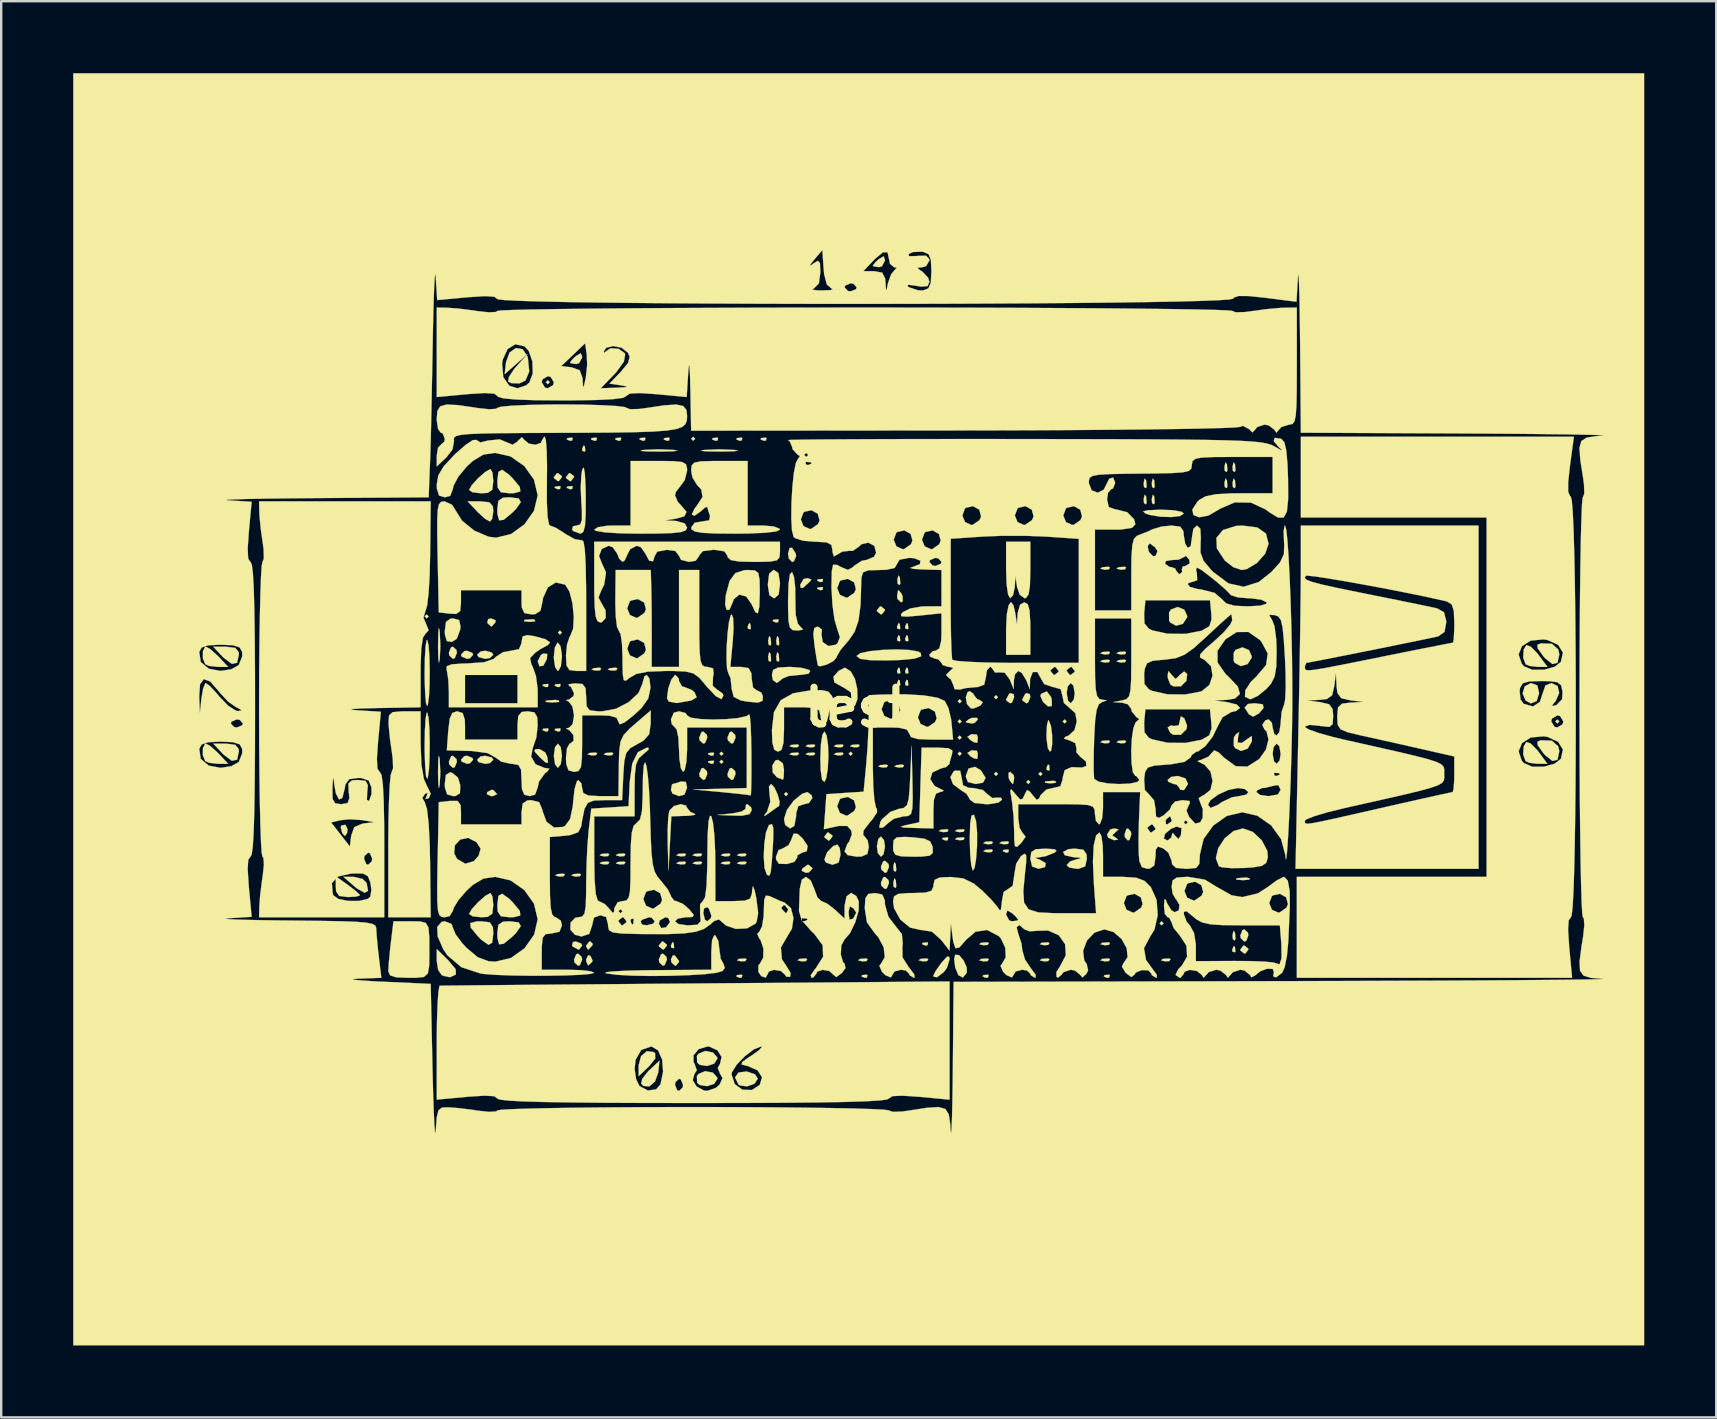
<source format=kicad_pcb>
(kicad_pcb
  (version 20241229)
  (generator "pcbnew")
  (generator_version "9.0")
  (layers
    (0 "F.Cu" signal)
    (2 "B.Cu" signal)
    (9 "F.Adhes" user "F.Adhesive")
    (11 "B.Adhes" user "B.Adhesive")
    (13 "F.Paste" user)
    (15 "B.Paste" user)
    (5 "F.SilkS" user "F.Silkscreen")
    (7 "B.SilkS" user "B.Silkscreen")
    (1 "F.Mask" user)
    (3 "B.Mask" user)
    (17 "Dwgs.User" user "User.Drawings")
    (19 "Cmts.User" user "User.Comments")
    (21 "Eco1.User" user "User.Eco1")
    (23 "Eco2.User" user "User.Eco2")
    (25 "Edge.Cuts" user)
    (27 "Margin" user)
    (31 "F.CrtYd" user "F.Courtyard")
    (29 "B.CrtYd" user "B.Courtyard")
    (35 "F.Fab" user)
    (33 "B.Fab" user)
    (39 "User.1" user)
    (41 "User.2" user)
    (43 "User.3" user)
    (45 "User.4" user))
  (footprint "test"
    (layer "F.Cu")
    (at 32.638 26.414)
    (property "Reference" "test" (at 0 0 0) (layer "F.SilkS") (effects (font (size 1.524 1.524) (thickness 0.3))))
    (attr through_hole)
    (fp_poly (pts (xy -13.751 -14.671) (xy -13.755 -14.677) (xy -13.709 -14.717) (xy -13.751 -14.671)) (stroke (width 0.01) (type solid)) (fill yes) (layer "F.SilkS"))
    (fp_poly (pts (xy -17.83 -3.785) (xy -17.915 -3.701) (xy -17.999 -3.785) (xy -17.915 -3.869) (xy -17.83 -3.785)) (stroke (width 0.01) (type solid)) (fill yes) (layer "F.SilkS"))
    (fp_poly (pts (xy -12.784 -13.541) (xy -12.868 -13.457) (xy -12.952 -13.541) (xy -12.868 -13.625) (xy -12.784 -13.541)) (stroke (width 0.01) (type solid)) (fill yes) (layer "F.SilkS"))
    (fp_poly (pts (xy -12.279 -3.112) (xy -12.364 -3.028) (xy -12.448 -3.112) (xy -12.364 -3.196) (xy -12.279 -3.112)) (stroke (width 0.01) (type solid)) (fill yes) (layer "F.SilkS"))
    (fp_poly (pts (xy -6.728 -11.186) (xy -6.813 -11.102) (xy -6.897 -11.186) (xy -6.813 -11.27) (xy -6.728 -11.186)) (stroke (width 0.01) (type solid)) (fill yes) (layer "F.SilkS"))
    (fp_poly (pts (xy -5.551 1.934) (xy -5.635 2.019) (xy -5.719 1.934) (xy -5.635 1.85) (xy -5.551 1.934)) (stroke (width 0.01) (type solid)) (fill yes) (layer "F.SilkS"))
    (fp_poly (pts (xy -5.551 2.271) (xy -5.635 2.355) (xy -5.719 2.271) (xy -5.635 2.187) (xy -5.551 2.271)) (stroke (width 0.01) (type solid)) (fill yes) (layer "F.SilkS"))
    (fp_poly (pts (xy -2.86 3.617) (xy -2.944 3.701) (xy -3.028 3.617) (xy -2.944 3.532) (xy -2.86 3.617)) (stroke (width 0.01) (type solid)) (fill yes) (layer "F.SilkS"))
    (fp_poly (pts (xy -0.168 1.934) (xy -0.252 2.019) (xy -0.336 1.934) (xy -0.252 1.85) (xy -0.168 1.934)) (stroke (width 0.01) (type solid)) (fill yes) (layer "F.SilkS"))
    (fp_poly (pts (xy 4.374 -0.252) (xy 4.289 -0.168) (xy 4.205 -0.252) (xy 4.289 -0.336) (xy 4.374 -0.252)) (stroke (width 0.01) (type solid)) (fill yes) (layer "F.SilkS"))
    (fp_poly (pts (xy 4.374 0.589) (xy 4.289 0.673) (xy 4.205 0.589) (xy 4.289 0.505) (xy 4.374 0.589)) (stroke (width 0.01) (type solid)) (fill yes) (layer "F.SilkS"))
    (fp_poly (pts (xy 4.374 1.262) (xy 4.289 1.346) (xy 4.205 1.262) (xy 4.289 1.177) (xy 4.374 1.262)) (stroke (width 0.01) (type solid)) (fill yes) (layer "F.SilkS"))
    (fp_poly (pts (xy 4.374 1.934) (xy 4.289 2.019) (xy 4.205 1.934) (xy 4.289 1.85) (xy 4.374 1.934)) (stroke (width 0.01) (type solid)) (fill yes) (layer "F.SilkS"))
    (fp_poly (pts (xy 5.887 -0.421) (xy 5.803 -0.336) (xy 5.719 -0.421) (xy 5.803 -0.505) (xy 5.887 -0.421)) (stroke (width 0.01) (type solid)) (fill yes) (layer "F.SilkS"))
    (fp_poly (pts (xy 5.887 2.775) (xy 5.803 2.86) (xy 5.719 2.775) (xy 5.803 2.691) (xy 5.887 2.775)) (stroke (width 0.01) (type solid)) (fill yes) (layer "F.SilkS"))
    (fp_poly (pts (xy 7.233 3.112) (xy 7.149 3.196) (xy 7.065 3.112) (xy 7.149 3.028) (xy 7.233 3.112)) (stroke (width 0.01) (type solid)) (fill yes) (layer "F.SilkS"))
    (fp_poly (pts (xy 7.738 2.775) (xy 7.654 2.86) (xy 7.57 2.775) (xy 7.654 2.691) (xy 7.738 2.775)) (stroke (width 0.01) (type solid)) (fill yes) (layer "F.SilkS"))
    (fp_poly (pts (xy 8.747 0.589) (xy 8.663 0.673) (xy 8.579 0.589) (xy 8.663 0.505) (xy 8.747 0.589)) (stroke (width 0.01) (type solid)) (fill yes) (layer "F.SilkS"))
    (fp_poly (pts (xy 12.784 8.999) (xy 12.7 9.083) (xy 12.616 8.999) (xy 12.7 8.915) (xy 12.784 8.999)) (stroke (width 0.01) (type solid)) (fill yes) (layer "F.SilkS"))
    (fp_poly (pts (xy 29.269 0.589) (xy 29.185 0.673) (xy 29.101 0.589) (xy 29.185 0.505) (xy 29.269 0.589)) (stroke (width 0.01) (type solid)) (fill yes) (layer "F.SilkS"))
    (fp_poly (pts (xy -13.415 -3.644) (xy -13.394 -3.582) (xy -13.625 -3.559) (xy -13.864 -3.585) (xy -13.835 -3.644) (xy -13.491 -3.666) (xy -13.415 -3.644)) (stroke (width 0.01) (type solid)) (fill yes) (layer "F.SilkS"))
    (fp_poly (pts (xy -12.84 -0.953) (xy -12.863 -0.853) (xy -12.952 -0.841) (xy -13.091 -0.903) (xy -13.064 -0.953) (xy -12.865 -0.973) (xy -12.84 -0.953)) (stroke (width 0.01) (type solid)) (fill yes) (layer "F.SilkS"))
    (fp_poly (pts (xy -12.84 0.897) (xy -12.863 0.997) (xy -12.952 1.009) (xy -13.091 0.948) (xy -13.064 0.897) (xy -12.865 0.877) (xy -12.84 0.897)) (stroke (width 0.01) (type solid)) (fill yes) (layer "F.SilkS"))
    (fp_poly (pts (xy -12.336 -9.196) (xy -12.359 -9.096) (xy -12.448 -9.083) (xy -12.586 -9.145) (xy -12.56 -9.196) (xy -12.36 -9.216) (xy -12.336 -9.196)) (stroke (width 0.01) (type solid)) (fill yes) (layer "F.SilkS"))
    (fp_poly (pts (xy -12.336 -0.953) (xy -12.359 -0.853) (xy -12.448 -0.841) (xy -12.586 -0.903) (xy -12.56 -0.953) (xy -12.36 -0.973) (xy -12.336 -0.953)) (stroke (width 0.01) (type solid)) (fill yes) (layer "F.SilkS"))
    (fp_poly (pts (xy -12.336 0.897) (xy -12.359 0.997) (xy -12.448 1.009) (xy -12.586 0.948) (xy -12.56 0.897) (xy -12.36 0.877) (xy -12.336 0.897)) (stroke (width 0.01) (type solid)) (fill yes) (layer "F.SilkS"))
    (fp_poly (pts (xy -12.157 6.963) (xy -12.207 7.04) (xy -12.378 7.052) (xy -12.557 7.011) (xy -12.479 6.95) (xy -12.216 6.93) (xy -12.157 6.963)) (stroke (width 0.01) (type solid)) (fill yes) (layer "F.SilkS"))
    (fp_poly (pts (xy -11.831 -11.214) (xy -11.854 -11.114) (xy -11.943 -11.102) (xy -12.082 -11.164) (xy -12.055 -11.214) (xy -11.856 -11.234) (xy -11.831 -11.214)) (stroke (width 0.01) (type solid)) (fill yes) (layer "F.SilkS"))
    (fp_poly (pts (xy -11.831 -9.196) (xy -11.854 -9.096) (xy -11.943 -9.083) (xy -12.082 -9.145) (xy -12.055 -9.196) (xy -11.856 -9.216) (xy -11.831 -9.196)) (stroke (width 0.01) (type solid)) (fill yes) (layer "F.SilkS"))
    (fp_poly (pts (xy -11.484 6.963) (xy -11.534 7.04) (xy -11.705 7.052) (xy -11.884 7.011) (xy -11.806 6.95) (xy -11.543 6.93) (xy -11.484 6.963)) (stroke (width 0.01) (type solid)) (fill yes) (layer "F.SilkS"))
    (fp_poly (pts (xy -11.326 -10.878) (xy -11.306 -10.678) (xy -11.326 -10.653) (xy -11.426 -10.677) (xy -11.438 -10.766) (xy -11.377 -10.904) (xy -11.326 -10.878)) (stroke (width 0.01) (type solid)) (fill yes) (layer "F.SilkS"))
    (fp_poly (pts (xy -10.822 -11.214) (xy -10.845 -11.114) (xy -10.934 -11.102) (xy -11.072 -11.164) (xy -11.046 -11.214) (xy -10.846 -11.234) (xy -10.822 -11.214)) (stroke (width 0.01) (type solid)) (fill yes) (layer "F.SilkS"))
    (fp_poly (pts (xy -10.811 1.917) (xy -10.861 1.993) (xy -11.032 2.005) (xy -11.211 1.964) (xy -11.134 1.904) (xy -10.871 1.884) (xy -10.811 1.917)) (stroke (width 0.01) (type solid)) (fill yes) (layer "F.SilkS"))
    (fp_poly (pts (xy -10.643 -1.616) (xy -10.693 -1.539) (xy -10.864 -1.527) (xy -11.043 -1.568) (xy -10.965 -1.629) (xy -10.702 -1.649) (xy -10.643 -1.616)) (stroke (width 0.01) (type solid)) (fill yes) (layer "F.SilkS"))
    (fp_poly (pts (xy -10.306 6.122) (xy -10.357 6.199) (xy -10.527 6.211) (xy -10.707 6.169) (xy -10.629 6.109) (xy -10.366 6.089) (xy -10.306 6.122)) (stroke (width 0.01) (type solid)) (fill yes) (layer "F.SilkS"))
    (fp_poly (pts (xy -10.306 6.459) (xy -10.357 6.535) (xy -10.527 6.547) (xy -10.707 6.506) (xy -10.629 6.445) (xy -10.366 6.425) (xy -10.306 6.459)) (stroke (width 0.01) (type solid)) (fill yes) (layer "F.SilkS"))
    (fp_poly (pts (xy -10.138 1.917) (xy -10.188 1.993) (xy -10.359 2.005) (xy -10.539 1.964) (xy -10.461 1.904) (xy -10.198 1.884) (xy -10.138 1.917)) (stroke (width 0.01) (type solid)) (fill yes) (layer "F.SilkS"))
    (fp_poly (pts (xy -9.97 -1.616) (xy -10.02 -1.539) (xy -10.191 -1.527) (xy -10.37 -1.568) (xy -10.292 -1.629) (xy -10.03 -1.649) (xy -9.97 -1.616)) (stroke (width 0.01) (type solid)) (fill yes) (layer "F.SilkS"))
    (fp_poly (pts (xy -9.812 -11.214) (xy -9.835 -11.114) (xy -9.925 -11.102) (xy -10.063 -11.164) (xy -10.037 -11.214) (xy -9.837 -11.234) (xy -9.812 -11.214)) (stroke (width 0.01) (type solid)) (fill yes) (layer "F.SilkS"))
    (fp_poly (pts (xy -9.634 6.122) (xy -9.684 6.199) (xy -9.854 6.211) (xy -10.034 6.169) (xy -9.956 6.109) (xy -9.693 6.089) (xy -9.634 6.122)) (stroke (width 0.01) (type solid)) (fill yes) (layer "F.SilkS"))
    (fp_poly (pts (xy -9.634 6.459) (xy -9.684 6.535) (xy -9.854 6.547) (xy -10.034 6.506) (xy -9.956 6.445) (xy -9.693 6.425) (xy -9.634 6.459)) (stroke (width 0.01) (type solid)) (fill yes) (layer "F.SilkS"))
    (fp_poly (pts (xy -8.803 -11.214) (xy -8.826 -11.114) (xy -8.915 -11.102) (xy -9.054 -11.164) (xy -9.027 -11.214) (xy -8.828 -11.234) (xy -8.803 -11.214)) (stroke (width 0.01) (type solid)) (fill yes) (layer "F.SilkS"))
    (fp_poly (pts (xy -7.794 -11.214) (xy -7.817 -11.114) (xy -7.906 -11.102) (xy -8.044 -11.164) (xy -8.018 -11.214) (xy -7.818 -11.234) (xy -7.794 -11.214)) (stroke (width 0.01) (type solid)) (fill yes) (layer "F.SilkS"))
    (fp_poly (pts (xy -7.626 9.812) (xy -7.605 10.012) (xy -7.626 10.037) (xy -7.726 10.014) (xy -7.738 9.925) (xy -7.676 9.786) (xy -7.626 9.812)) (stroke (width 0.01) (type solid)) (fill yes) (layer "F.SilkS"))
    (fp_poly (pts (xy -7.11 6.122) (xy -7.161 6.199) (xy -7.331 6.211) (xy -7.511 6.169) (xy -7.433 6.109) (xy -7.17 6.089) (xy -7.11 6.122)) (stroke (width 0.01) (type solid)) (fill yes) (layer "F.SilkS"))
    (fp_poly (pts (xy -7.11 6.459) (xy -7.161 6.535) (xy -7.331 6.547) (xy -7.511 6.506) (xy -7.433 6.445) (xy -7.17 6.425) (xy -7.11 6.459)) (stroke (width 0.01) (type solid)) (fill yes) (layer "F.SilkS"))
    (fp_poly (pts (xy -6.438 6.122) (xy -6.488 6.199) (xy -6.658 6.211) (xy -6.838 6.169) (xy -6.76 6.109) (xy -6.497 6.089) (xy -6.438 6.122)) (stroke (width 0.01) (type solid)) (fill yes) (layer "F.SilkS"))
    (fp_poly (pts (xy -6.438 6.459) (xy -6.488 6.535) (xy -6.658 6.547) (xy -6.838 6.506) (xy -6.76 6.445) (xy -6.497 6.425) (xy -6.438 6.459)) (stroke (width 0.01) (type solid)) (fill yes) (layer "F.SilkS"))
    (fp_poly (pts (xy -5.943 1.906) (xy -5.967 2.006) (xy -6.056 2.019) (xy -6.194 1.957) (xy -6.168 1.906) (xy -5.968 1.886) (xy -5.943 1.906)) (stroke (width 0.01) (type solid)) (fill yes) (layer "F.SilkS"))
    (fp_poly (pts (xy -5.943 2.243) (xy -5.967 2.343) (xy -6.056 2.355) (xy -6.194 2.293) (xy -6.168 2.243) (xy -5.968 2.223) (xy -5.943 2.243)) (stroke (width 0.01) (type solid)) (fill yes) (layer "F.SilkS"))
    (fp_poly (pts (xy -5.775 -11.214) (xy -5.798 -11.114) (xy -5.887 -11.102) (xy -6.026 -11.164) (xy -6 -11.214) (xy -5.8 -11.234) (xy -5.775 -11.214)) (stroke (width 0.01) (type solid)) (fill yes) (layer "F.SilkS"))
    (fp_poly (pts (xy -5.26 6.122) (xy -5.31 6.199) (xy -5.481 6.211) (xy -5.66 6.169) (xy -5.583 6.109) (xy -5.32 6.089) (xy -5.26 6.122)) (stroke (width 0.01) (type solid)) (fill yes) (layer "F.SilkS"))
    (fp_poly (pts (xy -5.26 6.459) (xy -5.31 6.535) (xy -5.481 6.547) (xy -5.66 6.506) (xy -5.583 6.445) (xy -5.32 6.425) (xy -5.26 6.459)) (stroke (width 0.01) (type solid)) (fill yes) (layer "F.SilkS"))
    (fp_poly (pts (xy -4.766 -11.214) (xy -4.789 -11.114) (xy -4.878 -11.102) (xy -5.017 -11.164) (xy -4.99 -11.214) (xy -4.791 -11.234) (xy -4.766 -11.214)) (stroke (width 0.01) (type solid)) (fill yes) (layer "F.SilkS"))
    (fp_poly (pts (xy -4.766 11.158) (xy -4.789 11.258) (xy -4.878 11.27) (xy -5.017 11.209) (xy -4.99 11.158) (xy -4.791 11.138) (xy -4.766 11.158)) (stroke (width 0.01) (type solid)) (fill yes) (layer "F.SilkS"))
    (fp_poly (pts (xy -4.587 6.122) (xy -4.637 6.199) (xy -4.808 6.211) (xy -4.988 6.169) (xy -4.91 6.109) (xy -4.647 6.089) (xy -4.587 6.122)) (stroke (width 0.01) (type solid)) (fill yes) (layer "F.SilkS"))
    (fp_poly (pts (xy -4.587 6.459) (xy -4.637 6.535) (xy -4.808 6.547) (xy -4.988 6.506) (xy -4.91 6.445) (xy -4.647 6.425) (xy -4.587 6.459)) (stroke (width 0.01) (type solid)) (fill yes) (layer "F.SilkS"))
    (fp_poly (pts (xy -4.587 10.496) (xy -4.637 10.572) (xy -4.808 10.584) (xy -4.988 10.543) (xy -4.91 10.482) (xy -4.647 10.462) (xy -4.587 10.496)) (stroke (width 0.01) (type solid)) (fill yes) (layer "F.SilkS"))
    (fp_poly (pts (xy -4.43 -3.476) (xy -4.409 -3.277) (xy -4.43 -3.252) (xy -4.53 -3.275) (xy -4.542 -3.364) (xy -4.48 -3.503) (xy -4.43 -3.476)) (stroke (width 0.01) (type solid)) (fill yes) (layer "F.SilkS"))
    (fp_poly (pts (xy -3.757 -11.214) (xy -3.78 -11.114) (xy -3.869 -11.102) (xy -4.007 -11.164) (xy -3.981 -11.214) (xy -3.781 -11.234) (xy -3.757 -11.214)) (stroke (width 0.01) (type solid)) (fill yes) (layer "F.SilkS"))
    (fp_poly (pts (xy -3.586 -2.891) (xy -3.566 -2.628) (xy -3.599 -2.569) (xy -3.675 -2.619) (xy -3.687 -2.79) (xy -3.646 -2.969) (xy -3.586 -2.891)) (stroke (width 0.01) (type solid)) (fill yes) (layer "F.SilkS"))
    (fp_poly (pts (xy -3.586 -2.218) (xy -3.566 -1.955) (xy -3.599 -1.896) (xy -3.675 -1.946) (xy -3.687 -2.117) (xy -3.646 -2.296) (xy -3.586 -2.218)) (stroke (width 0.01) (type solid)) (fill yes) (layer "F.SilkS"))
    (fp_poly (pts (xy -3.252 -3.645) (xy -3.275 -3.545) (xy -3.364 -3.532) (xy -3.503 -3.594) (xy -3.476 -3.645) (xy -3.277 -3.665) (xy -3.252 -3.645)) (stroke (width 0.01) (type solid)) (fill yes) (layer "F.SilkS"))
    (fp_poly (pts (xy -3.249 -2.891) (xy -3.229 -2.628) (xy -3.263 -2.569) (xy -3.339 -2.619) (xy -3.351 -2.79) (xy -3.31 -2.969) (xy -3.249 -2.891)) (stroke (width 0.01) (type solid)) (fill yes) (layer "F.SilkS"))
    (fp_poly (pts (xy -3.249 -2.218) (xy -3.229 -1.955) (xy -3.263 -1.896) (xy -3.339 -1.946) (xy -3.351 -2.117) (xy -3.31 -2.296) (xy -3.249 -2.218)) (stroke (width 0.01) (type solid)) (fill yes) (layer "F.SilkS"))
    (fp_poly (pts (xy -2.401 1.58) (xy -2.451 1.657) (xy -2.621 1.669) (xy -2.801 1.628) (xy -2.723 1.567) (xy -2.46 1.547) (xy -2.401 1.58)) (stroke (width 0.01) (type solid)) (fill yes) (layer "F.SilkS"))
    (fp_poly (pts (xy -2.401 1.917) (xy -2.451 1.993) (xy -2.621 2.005) (xy -2.801 1.964) (xy -2.723 1.904) (xy -2.46 1.884) (xy -2.401 1.917)) (stroke (width 0.01) (type solid)) (fill yes) (layer "F.SilkS"))
    (fp_poly (pts (xy -2.064 10.496) (xy -2.114 10.572) (xy -2.285 10.584) (xy -2.464 10.543) (xy -2.387 10.482) (xy -2.124 10.462) (xy -2.064 10.496)) (stroke (width 0.01) (type solid)) (fill yes) (layer "F.SilkS"))
    (fp_poly (pts (xy -1.728 1.58) (xy -1.778 1.657) (xy -1.948 1.669) (xy -2.128 1.628) (xy -2.05 1.567) (xy -1.787 1.547) (xy -1.728 1.58)) (stroke (width 0.01) (type solid)) (fill yes) (layer "F.SilkS"))
    (fp_poly (pts (xy -1.728 1.917) (xy -1.778 1.993) (xy -1.948 2.005) (xy -2.128 1.964) (xy -2.05 1.904) (xy -1.787 1.884) (xy -1.728 1.917)) (stroke (width 0.01) (type solid)) (fill yes) (layer "F.SilkS"))
    (fp_poly (pts (xy -1.402 -5.327) (xy -1.425 -5.227) (xy -1.514 -5.215) (xy -1.652 -5.276) (xy -1.626 -5.327) (xy -1.426 -5.347) (xy -1.402 -5.327)) (stroke (width 0.01) (type solid)) (fill yes) (layer "F.SilkS"))
    (fp_poly (pts (xy -1.402 -4.99) (xy -1.425 -4.89) (xy -1.514 -4.878) (xy -1.652 -4.94) (xy -1.626 -4.99) (xy -1.426 -5.01) (xy -1.402 -4.99)) (stroke (width 0.01) (type solid)) (fill yes) (layer "F.SilkS"))
    (fp_poly (pts (xy -0.55 1.58) (xy -0.6 1.657) (xy -0.771 1.669) (xy -0.95 1.628) (xy -0.873 1.567) (xy -0.61 1.547) (xy -0.55 1.58)) (stroke (width 0.01) (type solid)) (fill yes) (layer "F.SilkS"))
    (fp_poly (pts (xy -0.55 1.917) (xy -0.6 1.993) (xy -0.771 2.005) (xy -0.95 1.964) (xy -0.873 1.904) (xy -0.61 1.884) (xy -0.55 1.917)) (stroke (width 0.01) (type solid)) (fill yes) (layer "F.SilkS"))
    (fp_poly (pts (xy 0.123 1.58) (xy 0.072 1.657) (xy -0.098 1.669) (xy -0.278 1.628) (xy -0.2 1.567) (xy 0.063 1.547) (xy 0.123 1.58)) (stroke (width 0.01) (type solid)) (fill yes) (layer "F.SilkS"))
    (fp_poly (pts (xy 0.449 11.158) (xy 0.425 11.258) (xy 0.336 11.27) (xy 0.198 11.209) (xy 0.224 11.158) (xy 0.424 11.138) (xy 0.449 11.158)) (stroke (width 0.01) (type solid)) (fill yes) (layer "F.SilkS"))
    (fp_poly (pts (xy 0.459 10.496) (xy 0.409 10.572) (xy 0.238 10.584) (xy 0.059 10.543) (xy 0.137 10.482) (xy 0.4 10.462) (xy 0.459 10.496)) (stroke (width 0.01) (type solid)) (fill yes) (layer "F.SilkS"))
    (fp_poly (pts (xy 1.3 2.422) (xy 1.25 2.498) (xy 1.079 2.51) (xy 0.9 2.469) (xy 0.978 2.408) (xy 1.241 2.388) (xy 1.3 2.422)) (stroke (width 0.01) (type solid)) (fill yes) (layer "F.SilkS"))
    (fp_poly (pts (xy 1.629 6.529) (xy 1.649 6.792) (xy 1.616 6.851) (xy 1.539 6.801) (xy 1.527 6.63) (xy 1.568 6.451) (xy 1.629 6.529)) (stroke (width 0.01) (type solid)) (fill yes) (layer "F.SilkS"))
    (fp_poly (pts (xy 1.629 7.202) (xy 1.649 7.464) (xy 1.616 7.524) (xy 1.539 7.474) (xy 1.527 7.303) (xy 1.568 7.124) (xy 1.629 7.202)) (stroke (width 0.01) (type solid)) (fill yes) (layer "F.SilkS"))
    (fp_poly (pts (xy 1.794 -3.476) (xy 1.814 -3.277) (xy 1.794 -3.252) (xy 1.694 -3.275) (xy 1.682 -3.364) (xy 1.744 -3.503) (xy 1.794 -3.476)) (stroke (width 0.01) (type solid)) (fill yes) (layer "F.SilkS"))
    (fp_poly (pts (xy 1.794 -2.972) (xy 1.814 -2.772) (xy 1.794 -2.747) (xy 1.694 -2.771) (xy 1.682 -2.86) (xy 1.744 -2.998) (xy 1.794 -2.972)) (stroke (width 0.01) (type solid)) (fill yes) (layer "F.SilkS"))
    (fp_poly (pts (xy 1.794 -1.626) (xy 1.814 -1.426) (xy 1.794 -1.402) (xy 1.694 -1.425) (xy 1.682 -1.514) (xy 1.744 -1.652) (xy 1.794 -1.626)) (stroke (width 0.01) (type solid)) (fill yes) (layer "F.SilkS"))
    (fp_poly (pts (xy 1.794 -1.121) (xy 1.814 -0.922) (xy 1.794 -0.897) (xy 1.694 -0.92) (xy 1.682 -1.009) (xy 1.744 -1.148) (xy 1.794 -1.121)) (stroke (width 0.01) (type solid)) (fill yes) (layer "F.SilkS"))
    (fp_poly (pts (xy 1.797 -5.414) (xy 1.817 -5.151) (xy 1.784 -5.092) (xy 1.707 -5.142) (xy 1.695 -5.313) (xy 1.736 -5.492) (xy 1.797 -5.414)) (stroke (width 0.01) (type solid)) (fill yes) (layer "F.SilkS"))
    (fp_poly (pts (xy 1.973 2.422) (xy 1.923 2.498) (xy 1.752 2.51) (xy 1.573 2.469) (xy 1.651 2.408) (xy 1.913 2.388) (xy 1.973 2.422)) (stroke (width 0.01) (type solid)) (fill yes) (layer "F.SilkS"))
    (fp_poly (pts (xy 2.131 -3.476) (xy 2.151 -3.277) (xy 2.131 -3.252) (xy 2.031 -3.275) (xy 2.019 -3.364) (xy 2.08 -3.503) (xy 2.131 -3.476)) (stroke (width 0.01) (type solid)) (fill yes) (layer "F.SilkS"))
    (fp_poly (pts (xy 2.131 -2.972) (xy 2.151 -2.772) (xy 2.131 -2.747) (xy 2.031 -2.771) (xy 2.019 -2.86) (xy 2.08 -2.998) (xy 2.131 -2.972)) (stroke (width 0.01) (type solid)) (fill yes) (layer "F.SilkS"))
    (fp_poly (pts (xy 2.131 -1.626) (xy 2.151 -1.426) (xy 2.131 -1.402) (xy 2.031 -1.425) (xy 2.019 -1.514) (xy 2.08 -1.652) (xy 2.131 -1.626)) (stroke (width 0.01) (type solid)) (fill yes) (layer "F.SilkS"))
    (fp_poly (pts (xy 2.131 -1.121) (xy 2.151 -0.922) (xy 2.131 -0.897) (xy 2.031 -0.92) (xy 2.019 -1.009) (xy 2.08 -1.148) (xy 2.131 -1.121)) (stroke (width 0.01) (type solid)) (fill yes) (layer "F.SilkS"))
    (fp_poly (pts (xy 2.972 9.812) (xy 2.949 9.912) (xy 2.86 9.925) (xy 2.721 9.863) (xy 2.747 9.812) (xy 2.947 9.792) (xy 2.972 9.812)) (stroke (width 0.01) (type solid)) (fill yes) (layer "F.SilkS"))
    (fp_poly (pts (xy 2.982 10.496) (xy 2.932 10.572) (xy 2.761 10.584) (xy 2.582 10.543) (xy 2.66 10.482) (xy 2.923 10.462) (xy 2.982 10.496)) (stroke (width 0.01) (type solid)) (fill yes) (layer "F.SilkS"))
    (fp_poly (pts (xy 3.813 5.439) (xy 3.79 5.539) (xy 3.701 5.551) (xy 3.562 5.489) (xy 3.589 5.439) (xy 3.788 5.419) (xy 3.813 5.439)) (stroke (width 0.01) (type solid)) (fill yes) (layer "F.SilkS"))
    (fp_poly (pts (xy 3.823 5.113) (xy 3.773 5.189) (xy 3.603 5.201) (xy 3.423 5.16) (xy 3.501 5.1) (xy 3.764 5.08) (xy 3.823 5.113)) (stroke (width 0.01) (type solid)) (fill yes) (layer "F.SilkS"))
    (fp_poly (pts (xy 4.496 5.113) (xy 4.446 5.189) (xy 4.275 5.201) (xy 4.096 5.16) (xy 4.174 5.1) (xy 4.437 5.08) (xy 4.496 5.113)) (stroke (width 0.01) (type solid)) (fill yes) (layer "F.SilkS"))
    (fp_poly (pts (xy 4.496 5.449) (xy 4.446 5.526) (xy 4.275 5.538) (xy 4.096 5.497) (xy 4.174 5.436) (xy 4.437 5.416) (xy 4.496 5.449)) (stroke (width 0.01) (type solid)) (fill yes) (layer "F.SilkS"))
    (fp_poly (pts (xy 5.495 11.158) (xy 5.472 11.258) (xy 5.383 11.27) (xy 5.244 11.209) (xy 5.271 11.158) (xy 5.47 11.138) (xy 5.495 11.158)) (stroke (width 0.01) (type solid)) (fill yes) (layer "F.SilkS"))
    (fp_poly (pts (xy 5.505 9.823) (xy 5.455 9.899) (xy 5.285 9.911) (xy 5.105 9.87) (xy 5.183 9.81) (xy 5.446 9.79) (xy 5.505 9.823)) (stroke (width 0.01) (type solid)) (fill yes) (layer "F.SilkS"))
    (fp_poly (pts (xy 5.505 10.496) (xy 5.455 10.572) (xy 5.285 10.584) (xy 5.105 10.543) (xy 5.183 10.482) (xy 5.446 10.462) (xy 5.505 10.496)) (stroke (width 0.01) (type solid)) (fill yes) (layer "F.SilkS"))
    (fp_poly (pts (xy 5.674 5.618) (xy 5.623 5.694) (xy 5.453 5.706) (xy 5.273 5.665) (xy 5.351 5.604) (xy 5.614 5.584) (xy 5.674 5.618)) (stroke (width 0.01) (type solid)) (fill yes) (layer "F.SilkS"))
    (fp_poly (pts (xy 5.674 5.954) (xy 5.623 6.03) (xy 5.453 6.042) (xy 5.273 6.001) (xy 5.351 5.941) (xy 5.614 5.921) (xy 5.674 5.954)) (stroke (width 0.01) (type solid)) (fill yes) (layer "F.SilkS"))
    (fp_poly (pts (xy 6.336 5.943) (xy 6.313 6.043) (xy 6.224 6.056) (xy 6.085 5.994) (xy 6.112 5.943) (xy 6.311 5.923) (xy 6.336 5.943)) (stroke (width 0.01) (type solid)) (fill yes) (layer "F.SilkS"))
    (fp_poly (pts (xy 6.346 5.618) (xy 6.296 5.694) (xy 6.126 5.706) (xy 5.946 5.665) (xy 6.024 5.604) (xy 6.287 5.584) (xy 6.346 5.618)) (stroke (width 0.01) (type solid)) (fill yes) (layer "F.SilkS"))
    (fp_poly (pts (xy 8.018 2.411) (xy 8.038 2.611) (xy 8.018 2.635) (xy 7.918 2.612) (xy 7.906 2.523) (xy 7.968 2.385) (xy 8.018 2.411)) (stroke (width 0.01) (type solid)) (fill yes) (layer "F.SilkS"))
    (fp_poly (pts (xy 8.029 9.823) (xy 7.978 9.899) (xy 7.808 9.911) (xy 7.628 9.87) (xy 7.706 9.81) (xy 7.969 9.79) (xy 8.029 9.823)) (stroke (width 0.01) (type solid)) (fill yes) (layer "F.SilkS"))
    (fp_poly (pts (xy 8.029 10.496) (xy 7.978 10.572) (xy 7.808 10.584) (xy 7.628 10.543) (xy 7.706 10.482) (xy 7.969 10.462) (xy 8.029 10.496)) (stroke (width 0.01) (type solid)) (fill yes) (layer "F.SilkS"))
    (fp_poly (pts (xy 8.284 3.085) (xy 8.306 3.146) (xy 8.074 3.169) (xy 7.835 3.143) (xy 7.864 3.085) (xy 8.208 3.062) (xy 8.284 3.085)) (stroke (width 0.01) (type solid)) (fill yes) (layer "F.SilkS"))
    (fp_poly (pts (xy 10.541 11.158) (xy 10.518 11.258) (xy 10.429 11.27) (xy 10.291 11.209) (xy 10.317 11.158) (xy 10.517 11.138) (xy 10.541 11.158)) (stroke (width 0.01) (type solid)) (fill yes) (layer "F.SilkS"))
    (fp_poly (pts (xy 10.552 -5.821) (xy 10.502 -5.744) (xy 10.331 -5.732) (xy 10.152 -5.774) (xy 10.229 -5.834) (xy 10.492 -5.854) (xy 10.552 -5.821)) (stroke (width 0.01) (type solid)) (fill yes) (layer "F.SilkS"))
    (fp_poly (pts (xy 10.552 -2.288) (xy 10.502 -2.212) (xy 10.331 -2.2) (xy 10.152 -2.241) (xy 10.229 -2.302) (xy 10.492 -2.322) (xy 10.552 -2.288)) (stroke (width 0.01) (type solid)) (fill yes) (layer "F.SilkS"))
    (fp_poly (pts (xy 10.552 -1.952) (xy 10.502 -1.876) (xy 10.331 -1.864) (xy 10.152 -1.905) (xy 10.229 -1.965) (xy 10.492 -1.985) (xy 10.552 -1.952)) (stroke (width 0.01) (type solid)) (fill yes) (layer "F.SilkS"))
    (fp_poly (pts (xy 10.552 1.412) (xy 10.502 1.489) (xy 10.331 1.501) (xy 10.152 1.46) (xy 10.229 1.399) (xy 10.492 1.379) (xy 10.552 1.412)) (stroke (width 0.01) (type solid)) (fill yes) (layer "F.SilkS"))
    (fp_poly (pts (xy 10.552 9.823) (xy 10.502 9.899) (xy 10.331 9.911) (xy 10.152 9.87) (xy 10.229 9.81) (xy 10.492 9.79) (xy 10.552 9.823)) (stroke (width 0.01) (type solid)) (fill yes) (layer "F.SilkS"))
    (fp_poly (pts (xy 10.552 10.496) (xy 10.502 10.572) (xy 10.331 10.584) (xy 10.152 10.543) (xy 10.229 10.482) (xy 10.492 10.462) (xy 10.552 10.496)) (stroke (width 0.01) (type solid)) (fill yes) (layer "F.SilkS"))
    (fp_poly (pts (xy 11.225 -5.821) (xy 11.174 -5.744) (xy 11.004 -5.732) (xy 10.824 -5.774) (xy 10.902 -5.834) (xy 11.165 -5.854) (xy 11.225 -5.821)) (stroke (width 0.01) (type solid)) (fill yes) (layer "F.SilkS"))
    (fp_poly (pts (xy 11.225 -2.288) (xy 11.174 -2.212) (xy 11.004 -2.2) (xy 10.824 -2.241) (xy 10.902 -2.302) (xy 11.165 -2.322) (xy 11.225 -2.288)) (stroke (width 0.01) (type solid)) (fill yes) (layer "F.SilkS"))
    (fp_poly (pts (xy 11.225 -1.952) (xy 11.174 -1.876) (xy 11.004 -1.864) (xy 10.824 -1.905) (xy 10.902 -1.965) (xy 11.165 -1.985) (xy 11.225 -1.952)) (stroke (width 0.01) (type solid)) (fill yes) (layer "F.SilkS"))
    (fp_poly (pts (xy 11.225 1.412) (xy 11.174 1.489) (xy 11.004 1.501) (xy 10.824 1.46) (xy 10.902 1.399) (xy 11.165 1.379) (xy 11.225 1.412)) (stroke (width 0.01) (type solid)) (fill yes) (layer "F.SilkS"))
    (fp_poly (pts (xy 12.058 -9.451) (xy 12.078 -9.189) (xy 12.045 -9.129) (xy 11.968 -9.179) (xy 11.956 -9.35) (xy 11.997 -9.529) (xy 12.058 -9.451)) (stroke (width 0.01) (type solid)) (fill yes) (layer "F.SilkS"))
    (fp_poly (pts (xy 12.058 -8.779) (xy 12.078 -8.516) (xy 12.045 -8.456) (xy 11.968 -8.506) (xy 11.956 -8.677) (xy 11.997 -8.856) (xy 12.058 -8.779)) (stroke (width 0.01) (type solid)) (fill yes) (layer "F.SilkS"))
    (fp_poly (pts (xy 12.394 -9.451) (xy 12.414 -9.189) (xy 12.381 -9.129) (xy 12.305 -9.179) (xy 12.293 -9.35) (xy 12.334 -9.529) (xy 12.394 -9.451)) (stroke (width 0.01) (type solid)) (fill yes) (layer "F.SilkS"))
    (fp_poly (pts (xy 12.394 -8.779) (xy 12.414 -8.516) (xy 12.381 -8.456) (xy 12.305 -8.506) (xy 12.293 -8.677) (xy 12.334 -8.856) (xy 12.394 -8.779)) (stroke (width 0.01) (type solid)) (fill yes) (layer "F.SilkS"))
    (fp_poly (pts (xy 13.075 10.496) (xy 13.025 10.572) (xy 12.854 10.584) (xy 12.675 10.543) (xy 12.753 10.482) (xy 13.015 10.462) (xy 13.075 10.496)) (stroke (width 0.01) (type solid)) (fill yes) (layer "F.SilkS"))
    (fp_poly (pts (xy 15.422 -10.124) (xy 15.442 -9.861) (xy 15.409 -9.802) (xy 15.332 -9.852) (xy 15.321 -10.023) (xy 15.362 -10.202) (xy 15.422 -10.124)) (stroke (width 0.01) (type solid)) (fill yes) (layer "F.SilkS"))
    (fp_poly (pts (xy 15.422 -9.451) (xy 15.442 -9.189) (xy 15.409 -9.129) (xy 15.332 -9.179) (xy 15.321 -9.35) (xy 15.362 -9.529) (xy 15.422 -9.451)) (stroke (width 0.01) (type solid)) (fill yes) (layer "F.SilkS"))
    (fp_poly (pts (xy 15.756 9.981) (xy 15.776 10.18) (xy 15.756 10.205) (xy 15.656 10.182) (xy 15.644 10.093) (xy 15.705 9.954) (xy 15.756 9.981)) (stroke (width 0.01) (type solid)) (fill yes) (layer "F.SilkS"))
    (fp_poly (pts (xy 15.759 -10.124) (xy 15.779 -9.861) (xy 15.745 -9.802) (xy 15.669 -9.852) (xy 15.657 -10.023) (xy 15.698 -10.202) (xy 15.759 -10.124)) (stroke (width 0.01) (type solid)) (fill yes) (layer "F.SilkS"))
    (fp_poly (pts (xy 15.759 -9.451) (xy 15.779 -9.189) (xy 15.745 -9.129) (xy 15.669 -9.179) (xy 15.657 -9.35) (xy 15.698 -9.529) (xy 15.759 -9.451)) (stroke (width 0.01) (type solid)) (fill yes) (layer "F.SilkS"))
    (fp_poly (pts (xy 15.759 9.388) (xy 15.779 9.651) (xy 15.745 9.711) (xy 15.669 9.661) (xy 15.657 9.49) (xy 15.698 9.31) (xy 15.759 9.388)) (stroke (width 0.01) (type solid)) (fill yes) (layer "F.SilkS"))
    (fp_poly (pts (xy -21.21 5.081) (xy -21.23 5.238) (xy -21.323 5.364) (xy -21.433 5.237) (xy -21.495 4.99) (xy -21.464 4.923) (xy -21.298 4.895) (xy -21.21 5.081)) (stroke (width 0.01) (type solid)) (fill yes) (layer "F.SilkS"))
    (fp_poly (pts (xy -15.127 3.456) (xy -14.978 3.618) (xy -15.148 3.697) (xy -15.233 3.701) (xy -15.406 3.618) (xy -15.39 3.53) (xy -15.188 3.433) (xy -15.127 3.456)) (stroke (width 0.01) (type solid)) (fill yes) (layer "F.SilkS"))
    (fp_poly (pts (xy -13.911 -14.914) (xy -13.755 -14.677) (xy -14.187 -14.297) (xy -14.664 -13.877) (xy -14.607 -14.382) (xy -14.459 -14.782) (xy -14.194 -14.966) (xy -13.911 -14.914)) (stroke (width 0.01) (type solid)) (fill yes) (layer "F.SilkS"))
    (fp_poly (pts (xy -12.892 -2.221) (xy -12.907 -2.006) (xy -13.049 -1.739) (xy -13.211 -1.702) (xy -13.289 -1.916) (xy -13.154 -2.18) (xy -13.055 -2.24) (xy -12.892 -2.221)) (stroke (width 0.01) (type solid)) (fill yes) (layer "F.SilkS"))
    (fp_poly (pts (xy -11.099 10.347) (xy -11.002 10.548) (xy -11.025 10.609) (xy -11.187 10.758) (xy -11.267 10.588) (xy -11.27 10.503) (xy -11.187 10.33) (xy -11.099 10.347)) (stroke (width 0.01) (type solid)) (fill yes) (layer "F.SilkS"))
    (fp_poly (pts (xy 5.007 1.136) (xy 5.046 1.267) (xy 5.024 1.48) (xy 4.883 1.455) (xy 4.738 1.367) (xy 4.612 1.228) (xy 4.78 1.122) (xy 5.007 1.136)) (stroke (width 0.01) (type solid)) (fill yes) (layer "F.SilkS"))
    (fp_poly (pts (xy 5.007 1.809) (xy 5.046 1.94) (xy 5.024 2.153) (xy 4.883 2.128) (xy 4.738 2.039) (xy 4.612 1.901) (xy 4.78 1.795) (xy 5.007 1.809)) (stroke (width 0.01) (type solid)) (fill yes) (layer "F.SilkS"))
    (fp_poly (pts (xy -20.585 7.15) (xy -20.417 7.312) (xy -20.354 7.645) (xy -20.497 7.728) (xy -20.816 7.55) (xy -20.91 7.473) (xy -21.382 7.065) (xy -20.946 7.065) (xy -20.585 7.15)) (stroke (width 0.01) (type solid)) (fill yes) (layer "F.SilkS"))
    (fp_poly (pts (xy -16.672 -2.387) (xy -16.653 -2.271) (xy -16.744 -2.047) (xy -16.821 -2.019) (xy -16.97 -2.155) (xy -16.989 -2.271) (xy -16.899 -2.495) (xy -16.821 -2.523) (xy -16.672 -2.387)) (stroke (width 0.01) (type solid)) (fill yes) (layer "F.SilkS"))
    (fp_poly (pts (xy -16.672 2.155) (xy -16.653 2.271) (xy -16.744 2.495) (xy -16.821 2.523) (xy -16.97 2.387) (xy -16.989 2.271) (xy -16.899 2.047) (xy -16.821 2.019) (xy -16.672 2.155)) (stroke (width 0.01) (type solid)) (fill yes) (layer "F.SilkS"))
    (fp_poly (pts (xy -16.009 -2.264) (xy -15.98 -2.187) (xy -16.116 -2.038) (xy -16.232 -2.019) (xy -16.456 -2.109) (xy -16.485 -2.187) (xy -16.349 -2.336) (xy -16.232 -2.355) (xy -16.009 -2.264)) (stroke (width 0.01) (type solid)) (fill yes) (layer "F.SilkS"))
    (fp_poly (pts (xy -16.009 2.109) (xy -15.98 2.187) (xy -16.116 2.336) (xy -16.232 2.355) (xy -16.456 2.264) (xy -16.485 2.187) (xy -16.349 2.038) (xy -16.232 2.019) (xy -16.009 2.109)) (stroke (width 0.01) (type solid)) (fill yes) (layer "F.SilkS"))
    (fp_poly (pts (xy -15.202 -2.285) (xy -15.139 -2.187) (xy -15.28 -2.05) (xy -15.475 -2.019) (xy -15.749 -2.089) (xy -15.812 -2.187) (xy -15.671 -2.323) (xy -15.475 -2.355) (xy -15.202 -2.285)) (stroke (width 0.01) (type solid)) (fill yes) (layer "F.SilkS"))
    (fp_poly (pts (xy -15.202 2.089) (xy -15.139 2.187) (xy -15.28 2.323) (xy -15.475 2.355) (xy -15.749 2.285) (xy -15.812 2.187) (xy -15.671 2.05) (xy -15.475 2.019) (xy -15.202 2.089)) (stroke (width 0.01) (type solid)) (fill yes) (layer "F.SilkS"))
    (fp_poly (pts (xy -15.041 -3.622) (xy -15.055 -3.532) (xy -15.199 -3.372) (xy -15.223 -3.364) (xy -15.357 -3.482) (xy -15.391 -3.532) (xy -15.351 -3.675) (xy -15.223 -3.701) (xy -15.041 -3.622)) (stroke (width 0.01) (type solid)) (fill yes) (layer "F.SilkS"))
    (fp_poly (pts (xy -12.979 1.878) (xy -12.896 2.047) (xy -12.855 2.309) (xy -12.962 2.301) (xy -13.193 2.091) (xy -13.418 1.844) (xy -13.4 1.751) (xy -13.217 1.738) (xy -12.979 1.878)) (stroke (width 0.01) (type solid)) (fill yes) (layer "F.SilkS"))
    (fp_poly (pts (xy -12.402 -0.279) (xy -12.397 -0.223) (xy -12.66 -0.201) (xy -12.7 -0.201) (xy -12.961 -0.225) (xy -12.936 -0.276) (xy -12.907 -0.285) (xy -12.541 -0.309) (xy -12.402 -0.279)) (stroke (width 0.01) (type solid)) (fill yes) (layer "F.SilkS"))
    (fp_poly (pts (xy -12.284 -9.628) (xy -12.279 -9.588) (xy -12.407 -9.425) (xy -12.448 -9.42) (xy -12.611 -9.548) (xy -12.616 -9.588) (xy -12.488 -9.751) (xy -12.448 -9.756) (xy -12.284 -9.628)) (stroke (width 0.01) (type solid)) (fill yes) (layer "F.SilkS"))
    (fp_poly (pts (xy -11.78 -9.628) (xy -11.775 -9.588) (xy -11.903 -9.425) (xy -11.943 -9.42) (xy -12.106 -9.548) (xy -12.111 -9.588) (xy -11.983 -9.751) (xy -11.943 -9.756) (xy -11.78 -9.628)) (stroke (width 0.01) (type solid)) (fill yes) (layer "F.SilkS"))
    (fp_poly (pts (xy -11.471 9.844) (xy -11.438 9.925) (xy -11.559 10.088) (xy -11.597 10.093) (xy -11.825 9.97) (xy -11.859 9.925) (xy -11.821 9.78) (xy -11.701 9.756) (xy -11.471 9.844)) (stroke (width 0.01) (type solid)) (fill yes) (layer "F.SilkS"))
    (fp_poly (pts (xy -11.457 10.397) (xy -11.438 10.513) (xy -11.529 10.737) (xy -11.607 10.766) (xy -11.756 10.629) (xy -11.775 10.513) (xy -11.684 10.289) (xy -11.607 10.261) (xy -11.457 10.397)) (stroke (width 0.01) (type solid)) (fill yes) (layer "F.SilkS"))
    (fp_poly (pts (xy -10.992 9.859) (xy -11.018 9.925) (xy -11.169 10.085) (xy -11.196 10.093) (xy -11.268 9.963) (xy -11.27 9.925) (xy -11.141 9.763) (xy -11.092 9.756) (xy -10.992 9.859)) (stroke (width 0.01) (type solid)) (fill yes) (layer "F.SilkS"))
    (fp_poly (pts (xy -7.925 10.397) (xy -7.906 10.513) (xy -7.997 10.737) (xy -8.074 10.766) (xy -8.223 10.629) (xy -8.242 10.513) (xy -8.152 10.289) (xy -8.074 10.261) (xy -7.925 10.397)) (stroke (width 0.01) (type solid)) (fill yes) (layer "F.SilkS"))
    (fp_poly (pts (xy -7.911 9.884) (xy -7.906 9.925) (xy -8.034 10.088) (xy -8.074 10.093) (xy -8.237 9.965) (xy -8.242 9.925) (xy -8.114 9.761) (xy -8.074 9.756) (xy -7.911 9.884)) (stroke (width 0.01) (type solid)) (fill yes) (layer "F.SilkS"))
    (fp_poly (pts (xy -7.57 10.345) (xy -7.408 10.56) (xy -7.401 10.607) (xy -7.53 10.761) (xy -7.57 10.766) (xy -7.717 10.629) (xy -7.738 10.503) (xy -7.656 10.329) (xy -7.57 10.345)) (stroke (width 0.01) (type solid)) (fill yes) (layer "F.SilkS"))
    (fp_poly (pts (xy -6.243 1.146) (xy -6.224 1.262) (xy -6.315 1.485) (xy -6.392 1.514) (xy -6.541 1.378) (xy -6.56 1.262) (xy -6.469 1.038) (xy -6.392 1.009) (xy -6.243 1.146)) (stroke (width 0.01) (type solid)) (fill yes) (layer "F.SilkS"))
    (fp_poly (pts (xy -6.243 2.659) (xy -6.224 2.775) (xy -6.315 2.999) (xy -6.392 3.028) (xy -6.541 2.892) (xy -6.56 2.775) (xy -6.469 2.552) (xy -6.392 2.523) (xy -6.243 2.659)) (stroke (width 0.01) (type solid)) (fill yes) (layer "F.SilkS"))
    (fp_poly (pts (xy -5.065 1.146) (xy -5.046 1.262) (xy -5.137 1.485) (xy -5.215 1.514) (xy -5.364 1.378) (xy -5.383 1.262) (xy -5.292 1.038) (xy -5.215 1.009) (xy -5.065 1.146)) (stroke (width 0.01) (type solid)) (fill yes) (layer "F.SilkS"))
    (fp_poly (pts (xy -5.065 2.659) (xy -5.046 2.775) (xy -5.137 2.999) (xy -5.215 3.028) (xy -5.364 2.892) (xy -5.383 2.775) (xy -5.292 2.552) (xy -5.215 2.523) (xy -5.065 2.659)) (stroke (width 0.01) (type solid)) (fill yes) (layer "F.SilkS"))
    (fp_poly (pts (xy -2.537 -6.401) (xy -2.523 -6.298) (xy -2.617 -6.081) (xy -2.691 -6.056) (xy -2.827 -6.197) (xy -2.86 -6.402) (xy -2.795 -6.635) (xy -2.691 -6.644) (xy -2.537 -6.401)) (stroke (width 0.01) (type solid)) (fill yes) (layer "F.SilkS"))
    (fp_poly (pts (xy -1.889 -5.326) (xy -1.934 -5.252) (xy -2.197 -5.011) (xy -2.229 -4.974) (xy -2.334 -4.973) (xy -2.355 -5.102) (xy -2.218 -5.339) (xy -2.061 -5.38) (xy -1.889 -5.326)) (stroke (width 0.01) (type solid)) (fill yes) (layer "F.SilkS"))
    (fp_poly (pts (xy -1.855 6.689) (xy -1.85 6.728) (xy -1.987 6.876) (xy -2.113 6.897) (xy -2.287 6.815) (xy -2.271 6.728) (xy -2.056 6.567) (xy -2.009 6.56) (xy -1.855 6.689)) (stroke (width 0.01) (type solid)) (fill yes) (layer "F.SilkS"))
    (fp_poly (pts (xy -1.014 5.343) (xy -1.009 5.383) (xy -1.137 5.546) (xy -1.177 5.551) (xy -1.341 5.423) (xy -1.346 5.383) (xy -1.218 5.219) (xy -1.177 5.215) (xy -1.014 5.343)) (stroke (width 0.01) (type solid)) (fill yes) (layer "F.SilkS"))
    (fp_poly (pts (xy 1.136 5.527) (xy 1.177 5.803) (xy 1.12 6.119) (xy 1.009 6.224) (xy 0.883 6.08) (xy 0.841 5.803) (xy 0.899 5.487) (xy 1.009 5.383) (xy 1.136 5.527)) (stroke (width 0.01) (type solid)) (fill yes) (layer "F.SilkS"))
    (fp_poly (pts (xy 1.173 -4.077) (xy 1.177 -4.037) (xy 1.049 -3.874) (xy 1.009 -3.869) (xy 0.846 -3.997) (xy 0.841 -4.037) (xy 0.969 -4.2) (xy 1.009 -4.205) (xy 1.173 -4.077)) (stroke (width 0.01) (type solid)) (fill yes) (layer "F.SilkS"))
    (fp_poly (pts (xy 1.327 6.528) (xy 1.346 6.644) (xy 1.255 6.868) (xy 1.177 6.897) (xy 1.028 6.76) (xy 1.009 6.644) (xy 1.1 6.421) (xy 1.177 6.392) (xy 1.327 6.528)) (stroke (width 0.01) (type solid)) (fill yes) (layer "F.SilkS"))
    (fp_poly (pts (xy 1.327 7.201) (xy 1.346 7.317) (xy 1.255 7.541) (xy 1.177 7.57) (xy 1.028 7.433) (xy 1.009 7.317) (xy 1.1 7.093) (xy 1.177 7.065) (xy 1.327 7.201)) (stroke (width 0.01) (type solid)) (fill yes) (layer "F.SilkS"))
    (fp_poly (pts (xy 1.857 -4.747) (xy 1.911 -4.626) (xy 1.915 -4.409) (xy 1.845 -4.374) (xy 1.7 -4.51) (xy 1.682 -4.626) (xy 1.718 -4.85) (xy 1.748 -4.878) (xy 1.857 -4.747)) (stroke (width 0.01) (type solid)) (fill yes) (layer "F.SilkS"))
    (fp_poly (pts (xy 5.046 0.51) (xy 4.91 0.654) (xy 4.794 0.673) (xy 4.57 0.637) (xy 4.542 0.607) (xy 4.673 0.498) (xy 4.794 0.444) (xy 5.011 0.44) (xy 5.046 0.51)) (stroke (width 0.01) (type solid)) (fill yes) (layer "F.SilkS"))
    (fp_poly (pts (xy 5.171 2.624) (xy 5.371 2.939) (xy 5.262 3.141) (xy 4.962 3.196) (xy 4.63 3.114) (xy 4.542 2.874) (xy 4.657 2.553) (xy 4.927 2.48) (xy 5.171 2.624)) (stroke (width 0.01) (type solid)) (fill yes) (layer "F.SilkS"))
    (fp_poly (pts (xy 6.536 -0.551) (xy 6.56 -0.43) (xy 6.472 -0.2) (xy 6.392 -0.168) (xy 6.229 -0.289) (xy 6.224 -0.326) (xy 6.346 -0.554) (xy 6.392 -0.589) (xy 6.536 -0.551)) (stroke (width 0.01) (type solid)) (fill yes) (layer "F.SilkS"))
    (fp_poly (pts (xy 6.542 2.828) (xy 6.56 2.944) (xy 6.524 3.168) (xy 6.494 3.196) (xy 6.386 3.064) (xy 6.331 2.944) (xy 6.328 2.727) (xy 6.397 2.691) (xy 6.542 2.828)) (stroke (width 0.01) (type solid)) (fill yes) (layer "F.SilkS"))
    (fp_poly (pts (xy 7.209 -0.551) (xy 7.233 -0.43) (xy 7.145 -0.2) (xy 7.065 -0.168) (xy 6.902 -0.289) (xy 6.897 -0.326) (xy 7.019 -0.554) (xy 7.065 -0.589) (xy 7.209 -0.551)) (stroke (width 0.01) (type solid)) (fill yes) (layer "F.SilkS"))
    (fp_poly (pts (xy 8.093 -0.434) (xy 8.123 -0.336) (xy 8.129 -0.051) (xy 7.969 -0.036) (xy 7.76 -0.226) (xy 7.653 -0.471) (xy 7.683 -0.562) (xy 7.92 -0.662) (xy 8.093 -0.434)) (stroke (width 0.01) (type solid)) (fill yes) (layer "F.SilkS"))
    (fp_poly (pts (xy 11.423 5.183) (xy 11.438 5.299) (xy 11.362 5.523) (xy 11.298 5.551) (xy 11.174 5.414) (xy 11.158 5.299) (xy 11.234 5.075) (xy 11.298 5.046) (xy 11.423 5.183)) (stroke (width 0.01) (type solid)) (fill yes) (layer "F.SilkS"))
    (fp_poly (pts (xy 16.298 9.388) (xy 16.317 9.504) (xy 16.226 9.728) (xy 16.148 9.756) (xy 15.999 9.62) (xy 15.98 9.504) (xy 16.071 9.28) (xy 16.148 9.252) (xy 16.298 9.388)) (stroke (width 0.01) (type solid)) (fill yes) (layer "F.SilkS"))
    (fp_poly (pts (xy 16.312 10.053) (xy 16.317 10.093) (xy 16.189 10.256) (xy 16.148 10.261) (xy 15.985 10.133) (xy 15.98 10.093) (xy 16.108 9.929) (xy 16.148 9.925) (xy 16.312 10.053)) (stroke (width 0.01) (type solid)) (fill yes) (layer "F.SilkS"))
    (fp_poly (pts (xy 16.362 7.123) (xy 16.367 7.178) (xy 16.104 7.201) (xy 16.064 7.2) (xy 15.803 7.176) (xy 15.828 7.125) (xy 15.857 7.117) (xy 16.224 7.092) (xy 16.362 7.123)) (stroke (width 0.01) (type solid)) (fill yes) (layer "F.SilkS"))
    (fp_poly (pts (xy 16.916 -0.127) (xy 16.951 0.023) (xy 16.76 0.254) (xy 16.512 0.391) (xy 16.339 0.292) (xy 16.159 0.016) (xy 16.292 -0.137) (xy 16.569 -0.168) (xy 16.916 -0.127)) (stroke (width 0.01) (type solid)) (fill yes) (layer "F.SilkS"))
    (fp_poly (pts (xy -25.886 -2.475) (xy -25.744 -2.297) (xy -25.736 -2.197) (xy -25.812 -1.853) (xy -26.03 -1.808) (xy -26.374 -2.066) (xy -26.414 -2.108) (xy -26.804 -2.523) (xy -26.27 -2.523) (xy -25.886 -2.475)) (stroke (width 0.01) (type solid)) (fill yes) (layer "F.SilkS"))
    (fp_poly (pts (xy -25.886 1.562) (xy -25.744 1.74) (xy -25.736 1.84) (xy -25.812 2.184) (xy -26.03 2.229) (xy -26.374 1.972) (xy -26.414 1.929) (xy -26.804 1.514) (xy -26.27 1.514) (xy -25.886 1.562)) (stroke (width 0.01) (type solid)) (fill yes) (layer "F.SilkS"))
    (fp_poly (pts (xy -11.439 -14.597) (xy -11.438 -14.571) (xy -11.564 -14.335) (xy -11.691 -14.298) (xy -11.915 -14.333) (xy -11.943 -14.362) (xy -11.832 -14.507) (xy -11.691 -14.634) (xy -11.492 -14.752) (xy -11.439 -14.597)) (stroke (width 0.01) (type solid)) (fill yes) (layer "F.SilkS"))
    (fp_poly (pts (xy -8.461 14.36) (xy -8.397 14.412) (xy -8.392 14.634) (xy -8.66 14.968) (xy -8.661 14.969) (xy -9.083 15.366) (xy -9.083 14.911) (xy -8.982 14.532) (xy -8.743 14.325) (xy -8.461 14.36)) (stroke (width 0.01) (type solid)) (fill yes) (layer "F.SilkS"))
    (fp_poly (pts (xy -8.27 15.222) (xy -8.402 15.589) (xy -8.64 15.793) (xy -8.889 15.774) (xy -8.978 15.677) (xy -8.932 15.473) (xy -8.695 15.172) (xy -8.643 15.121) (xy -8.213 14.719) (xy -8.27 15.222)) (stroke (width 0.01) (type solid)) (fill yes) (layer "F.SilkS"))
    (fp_poly (pts (xy -4.228 15.293) (xy -4.121 15.475) (xy -4.26 15.683) (xy -4.563 15.791) (xy -4.864 15.753) (xy -4.927 15.707) (xy -5.068 15.42) (xy -4.925 15.215) (xy -4.584 15.17) (xy -4.228 15.293)) (stroke (width 0.01) (type solid)) (fill yes) (layer "F.SilkS"))
    (fp_poly (pts (xy -0.706 5.863) (xy -0.673 6.14) (xy -0.752 6.469) (xy -1.009 6.56) (xy -1.282 6.469) (xy -1.346 6.342) (xy -1.231 6.038) (xy -0.98 5.782) (xy -0.807 5.719) (xy -0.706 5.863)) (stroke (width 0.01) (type solid)) (fill yes) (layer "F.SilkS"))
    (fp_poly (pts (xy 1.177 -18.634) (xy 1.177 -18.608) (xy 1.052 -18.372) (xy 0.925 -18.335) (xy 0.701 -18.37) (xy 0.673 -18.399) (xy 0.784 -18.544) (xy 0.925 -18.672) (xy 1.124 -18.789) (xy 1.177 -18.634)) (stroke (width 0.01) (type solid)) (fill yes) (layer "F.SilkS"))
    (fp_poly (pts (xy 4.264 10.325) (xy 4.45 10.54) (xy 4.582 10.83) (xy 4.589 11.053) (xy 4.422 11.259) (xy 4.237 11.161) (xy 4.104 10.842) (xy 4.06 10.485) (xy 4.103 10.307) (xy 4.264 10.325)) (stroke (width 0.01) (type solid)) (fill yes) (layer "F.SilkS"))
    (fp_poly (pts (xy 28.355 -0.911) (xy 28.428 -0.589) (xy 28.324 -0.257) (xy 28.081 -0.162) (xy 27.867 -0.28) (xy 27.741 -0.579) (xy 27.829 -0.873) (xy 28.085 -1.009) (xy 28.091 -1.009) (xy 28.355 -0.911)) (stroke (width 0.01) (type solid)) (fill yes) (layer "F.SilkS"))
    (fp_poly (pts (xy -17.377 2.112) (xy -17.372 2.145) (xy -17.345 2.735) (xy -17.372 3.238) (xy -17.405 3.365) (xy -17.429 3.193) (xy -17.44 2.761) (xy -17.44 2.691) (xy -17.432 2.229) (xy -17.409 2.023) (xy -17.377 2.112)) (stroke (width 0.01) (type solid)) (fill yes) (layer "F.SilkS"))
    (fp_poly (pts (xy -17.011 10.545) (xy -16.706 10.912) (xy -16.696 11.125) (xy -16.717 11.141) (xy -16.943 11.246) (xy -17.2 11.192) (xy -17.284 11.159) (xy -17.434 10.947) (xy -17.494 10.573) (xy -17.494 10.072) (xy -17.011 10.545)) (stroke (width 0.01) (type solid)) (fill yes) (layer "F.SilkS"))
    (fp_poly (pts (xy -15.299 -8.539) (xy -15.156 -8.367) (xy -15.139 -8.158) (xy -15.187 -7.842) (xy -15.278 -7.738) (xy -15.477 -7.849) (xy -15.777 -8.122) (xy -15.812 -8.158) (xy -16.207 -8.579) (xy -15.673 -8.579) (xy -15.299 -8.539)) (stroke (width 0.01) (type solid)) (fill yes) (layer "F.SilkS"))
    (fp_poly (pts (xy -7.612 -10.72) (xy -7.464 -10.69) (xy -7.617 -10.667) (xy -8.037 -10.655) (xy -8.242 -10.654) (xy -8.748 -10.661) (xy -8.999 -10.681) (xy -8.962 -10.709) (xy -8.873 -10.72) (xy -8.242 -10.747) (xy -7.612 -10.72)) (stroke (width 0.01) (type solid)) (fill yes) (layer "F.SilkS"))
    (fp_poly (pts (xy -7.118 3.106) (xy -7.065 3.346) (xy -7.175 3.639) (xy -7.401 3.701) (xy -7.675 3.595) (xy -7.738 3.448) (xy -7.699 3.224) (xy -7.667 3.196) (xy -7.47 3.144) (xy -7.331 3.094) (xy -7.118 3.106)) (stroke (width 0.01) (type solid)) (fill yes) (layer "F.SilkS"))
    (fp_poly (pts (xy -5.993 14.378) (xy -5.81 14.58) (xy -5.803 14.637) (xy -5.939 14.847) (xy -6.239 14.943) (xy -6.542 14.893) (xy -6.647 14.798) (xy -6.657 14.524) (xy -6.597 14.436) (xy -6.308 14.316) (xy -5.993 14.378)) (stroke (width 0.01) (type solid)) (fill yes) (layer "F.SilkS"))
    (fp_poly (pts (xy -5.993 15.219) (xy -5.81 15.422) (xy -5.803 15.478) (xy -5.939 15.688) (xy -6.239 15.784) (xy -6.542 15.734) (xy -6.647 15.639) (xy -6.657 15.365) (xy -6.597 15.277) (xy -6.308 15.157) (xy -5.993 15.219)) (stroke (width 0.01) (type solid)) (fill yes) (layer "F.SilkS"))
    (fp_poly (pts (xy -5.088 -10.72) (xy -4.94 -10.69) (xy -5.094 -10.667) (xy -5.513 -10.655) (xy -5.719 -10.654) (xy -6.225 -10.661) (xy -6.476 -10.681) (xy -6.439 -10.709) (xy -6.35 -10.72) (xy -5.718 -10.747) (xy -5.088 -10.72)) (stroke (width 0.01) (type solid)) (fill yes) (layer "F.SilkS"))
    (fp_poly (pts (xy -3.077 2.333) (xy -3.028 2.607) (xy -3.042 2.918) (xy -3.07 3.015) (xy -3.24 2.949) (xy -3.322 2.916) (xy -3.499 2.715) (xy -3.516 2.428) (xy -3.385 2.215) (xy -3.28 2.187) (xy -3.077 2.333)) (stroke (width 0.01) (type solid)) (fill yes) (layer "F.SilkS"))
    (fp_poly (pts (xy 10.91 5.082) (xy 10.789 5.197) (xy 10.644 5.335) (xy 10.789 5.433) (xy 10.889 5.511) (xy 10.724 5.538) (xy 10.475 5.432) (xy 10.429 5.299) (xy 10.567 5.087) (xy 10.724 5.049) (xy 10.91 5.082)) (stroke (width 0.01) (type solid)) (fill yes) (layer "F.SilkS"))
    (fp_poly (pts (xy 13.649 -4.065) (xy 13.768 -3.801) (xy 13.762 -3.745) (xy 13.588 -3.477) (xy 13.303 -3.399) (xy 13.055 -3.537) (xy 13.014 -3.615) (xy 13.012 -3.944) (xy 13.087 -4.071) (xy 13.373 -4.179) (xy 13.649 -4.065)) (stroke (width 0.01) (type solid)) (fill yes) (layer "F.SilkS"))
    (fp_poly (pts (xy 16.341 -2.383) (xy 16.459 -2.118) (xy 16.453 -2.063) (xy 16.28 -1.795) (xy 15.995 -1.717) (xy 15.747 -1.855) (xy 15.705 -1.933) (xy 15.703 -2.262) (xy 15.778 -2.389) (xy 16.065 -2.497) (xy 16.341 -2.383)) (stroke (width 0.01) (type solid)) (fill yes) (layer "F.SilkS"))
    (fp_poly (pts (xy 28.077 -2.528) (xy 28.344 -2.261) (xy 28.406 -2.18) (xy 28.774 -1.682) (xy 28.377 -1.682) (xy 28.022 -1.725) (xy 27.867 -1.794) (xy 27.764 -2.066) (xy 27.786 -2.405) (xy 27.896 -2.591) (xy 28.077 -2.528)) (stroke (width 0.01) (type solid)) (fill yes) (layer "F.SilkS"))
    (fp_poly (pts (xy 28.077 1.509) (xy 28.344 1.776) (xy 28.406 1.857) (xy 28.774 2.355) (xy 28.377 2.355) (xy 28.022 2.312) (xy 27.867 2.243) (xy 27.764 1.972) (xy 27.786 1.632) (xy 27.896 1.446) (xy 28.077 1.509)) (stroke (width 0.01) (type solid)) (fill yes) (layer "F.SilkS"))
    (fp_poly (pts (xy 28.962 -2.645) (xy 29.228 -2.405) (xy 29.269 -2.202) (xy 29.193 -1.853) (xy 28.984 -1.8) (xy 28.673 -2.047) (xy 28.593 -2.143) (xy 28.369 -2.457) (xy 28.355 -2.605) (xy 28.506 -2.664) (xy 28.962 -2.645)) (stroke (width 0.01) (type solid)) (fill yes) (layer "F.SilkS"))
    (fp_poly (pts (xy 28.962 1.392) (xy 29.228 1.632) (xy 29.269 1.835) (xy 29.193 2.185) (xy 28.984 2.237) (xy 28.673 1.99) (xy 28.593 1.894) (xy 28.369 1.58) (xy 28.355 1.432) (xy 28.506 1.374) (xy 28.962 1.392)) (stroke (width 0.01) (type solid)) (fill yes) (layer "F.SilkS"))
    (fp_poly (pts (xy -26.913 -2.412) (xy -26.613 -2.139) (xy -26.577 -2.103) (xy -26.182 -1.682) (xy -26.604 -1.682) (xy -26.969 -1.723) (xy -27.138 -1.794) (xy -27.236 -2.031) (xy -27.236 -2.329) (xy -27.145 -2.514) (xy -27.111 -2.523) (xy -26.913 -2.412)) (stroke (width 0.01) (type solid)) (fill yes) (layer "F.SilkS"))
    (fp_poly (pts (xy -26.913 1.625) (xy -26.613 1.898) (xy -26.577 1.934) (xy -26.182 2.355) (xy -26.604 2.355) (xy -26.969 2.314) (xy -27.138 2.243) (xy -27.236 2.006) (xy -27.236 1.708) (xy -27.145 1.523) (xy -27.111 1.514) (xy -26.913 1.625)) (stroke (width 0.01) (type solid)) (fill yes) (layer "F.SilkS"))
    (fp_poly (pts (xy -21.195 7.401) (xy -20.866 7.653) (xy -20.696 7.818) (xy -20.69 7.833) (xy -20.837 7.884) (xy -21.189 7.906) (xy -21.195 7.906) (xy -21.555 7.861) (xy -21.687 7.669) (xy -21.699 7.474) (xy -21.699 7.042) (xy -21.195 7.401)) (stroke (width 0.01) (type solid)) (fill yes) (layer "F.SilkS"))
    (fp_poly (pts (xy -17.38 -3.221) (xy -17.371 -3.15) (xy -17.344 -2.556) (xy -17.37 -1.992) (xy -17.373 -1.973) (xy -17.404 -1.857) (xy -17.428 -2.038) (xy -17.439 -2.476) (xy -17.439 -2.607) (xy -17.43 -3.085) (xy -17.409 -3.3) (xy -17.38 -3.221)) (stroke (width 0.01) (type solid)) (fill yes) (layer "F.SilkS"))
    (fp_poly (pts (xy -16.863 2.723) (xy -16.612 2.926) (xy -16.516 3.24) (xy -16.526 3.579) (xy -16.71 3.695) (xy -16.81 3.701) (xy -17.061 3.628) (xy -17.152 3.351) (xy -17.158 3.184) (xy -17.114 2.82) (xy -16.952 2.713) (xy -16.863 2.723)) (stroke (width 0.01) (type solid)) (fill yes) (layer "F.SilkS"))
    (fp_poly (pts (xy -16.562 -3.634) (xy -16.504 -3.373) (xy -16.516 -3.24) (xy -16.659 -2.856) (xy -16.863 -2.723) (xy -17.075 -2.759) (xy -17.153 -3.029) (xy -17.158 -3.184) (xy -17.109 -3.557) (xy -16.922 -3.693) (xy -16.81 -3.701) (xy -16.562 -3.634)) (stroke (width 0.01) (type solid)) (fill yes) (layer "F.SilkS"))
    (fp_poly (pts (xy -15.286 8.957) (xy -15.155 9.154) (xy -15.139 9.42) (xy -15.185 9.807) (xy -15.34 9.895) (xy -15.632 9.688) (xy -15.783 9.535) (xy -16.076 9.18) (xy -16.098 8.991) (xy -15.838 8.92) (xy -15.644 8.915) (xy -15.286 8.957)) (stroke (width 0.01) (type solid)) (fill yes) (layer "F.SilkS"))
    (fp_poly (pts (xy -14.478 -9.688) (xy -14.327 -9.535) (xy -14.034 -9.18) (xy -14.012 -8.991) (xy -14.271 -8.92) (xy -14.466 -8.915) (xy -14.824 -8.957) (xy -14.955 -9.154) (xy -14.971 -9.42) (xy -14.925 -9.807) (xy -14.77 -9.895) (xy -14.478 -9.688)) (stroke (width 0.01) (type solid)) (fill yes) (layer "F.SilkS"))
    (fp_poly (pts (xy -14.478 7.974) (xy -14.327 8.127) (xy -14.034 8.482) (xy -14.012 8.671) (xy -14.271 8.742) (xy -14.466 8.747) (xy -14.824 8.705) (xy -14.955 8.509) (xy -14.971 8.242) (xy -14.925 7.855) (xy -14.77 7.767) (xy -14.478 7.974)) (stroke (width 0.01) (type solid)) (fill yes) (layer "F.SilkS"))
    (fp_poly (pts (xy -14.079 -8.701) (xy -13.991 -8.546) (xy -14.198 -8.254) (xy -14.351 -8.103) (xy -14.706 -7.81) (xy -14.895 -7.788) (xy -14.966 -8.048) (xy -14.971 -8.242) (xy -14.929 -8.6) (xy -14.733 -8.732) (xy -14.466 -8.747) (xy -14.079 -8.701)) (stroke (width 0.01) (type solid)) (fill yes) (layer "F.SilkS"))
    (fp_poly (pts (xy -14.079 8.961) (xy -13.991 9.116) (xy -14.198 9.408) (xy -14.351 9.559) (xy -14.706 9.852) (xy -14.895 9.874) (xy -14.966 9.615) (xy -14.971 9.42) (xy -14.929 9.062) (xy -14.733 8.931) (xy -14.466 8.915) (xy -14.079 8.961)) (stroke (width 0.01) (type solid)) (fill yes) (layer "F.SilkS"))
    (fp_poly (pts (xy -13.709 -14.605) (xy -13.7 -14.575) (xy -13.641 -13.986) (xy -13.798 -13.612) (xy -14.054 -13.492) (xy -14.389 -13.504) (xy -14.518 -13.564) (xy -14.492 -13.751) (xy -14.284 -14.073) (xy -14.174 -14.202) (xy -13.751 -14.671) (xy -13.709 -14.605)) (stroke (width 0.01) (type solid)) (fill yes) (layer "F.SilkS"))
    (fp_poly (pts (xy 3.858 10.397) (xy 3.869 10.503) (xy 3.756 10.858) (xy 3.629 11.03) (xy 3.348 11.246) (xy 3.204 11.223) (xy 3.196 11.171) (xy 3.29 10.982) (xy 3.517 10.663) (xy 3.532 10.643) (xy 3.763 10.386) (xy 3.858 10.397)) (stroke (width 0.01) (type solid)) (fill yes) (layer "F.SilkS"))
    (fp_poly (pts (xy 8.003 0.545) (xy 8.091 0.772) (xy 8.14 1.147) (xy 8.144 1.536) (xy 8.099 1.804) (xy 8.051 1.85) (xy 7.962 1.701) (xy 7.911 1.325) (xy 7.906 1.149) (xy 7.926 0.743) (xy 7.977 0.545) (xy 8.003 0.545)) (stroke (width 0.01) (type solid)) (fill yes) (layer "F.SilkS"))
    (fp_poly (pts (xy -12.336 -2.544) (xy -12.281 -2.18) (xy -12.279 -2.103) (xy -12.322 -1.714) (xy -12.426 -1.519) (xy -12.448 -1.514) (xy -12.559 -1.662) (xy -12.614 -2.025) (xy -12.616 -2.103) (xy -12.574 -2.492) (xy -12.47 -2.686) (xy -12.448 -2.691) (xy -12.336 -2.544)) (stroke (width 0.01) (type solid)) (fill yes) (layer "F.SilkS"))
    (fp_poly (pts (xy -12.33 1.66) (xy -12.279 2.012) (xy -12.279 2.019) (xy -12.328 2.373) (xy -12.446 2.523) (xy -12.448 2.523) (xy -12.566 2.377) (xy -12.616 2.025) (xy -12.616 2.019) (xy -12.567 1.664) (xy -12.45 1.514) (xy -12.448 1.514) (xy -12.33 1.66)) (stroke (width 0.01) (type solid)) (fill yes) (layer "F.SilkS"))
    (fp_poly (pts (xy -4.394 4.173) (xy -4.374 4.289) (xy -4.467 4.454) (xy -4.789 4.516) (xy -5.088 4.513) (xy -5.803 4.485) (xy -5.169 4.419) (xy -4.79 4.341) (xy -4.626 4.229) (xy -4.632 4.195) (xy -4.609 4.048) (xy -4.552 4.037) (xy -4.394 4.173)) (stroke (width 0.01) (type solid)) (fill yes) (layer "F.SilkS"))
    (fp_poly (pts (xy -3.262 -5.592) (xy -3.196 -5.184) (xy -3.196 -5.13) (xy -3.251 -4.695) (xy -3.425 -4.543) (xy -3.448 -4.542) (xy -3.635 -4.669) (xy -3.7 -5.077) (xy -3.701 -5.13) (xy -3.646 -5.566) (xy -3.471 -5.718) (xy -3.448 -5.719) (xy -3.262 -5.592)) (stroke (width 0.01) (type solid)) (fill yes) (layer "F.SilkS"))
    (fp_poly (pts (xy -1.256 1.162) (xy -1.195 1.561) (xy -1.177 2.009) (xy -1.204 2.56) (xy -1.272 2.964) (xy -1.346 3.112) (xy -1.442 3.02) (xy -1.499 2.625) (xy -1.514 2.113) (xy -1.49 1.537) (xy -1.428 1.143) (xy -1.346 1.009) (xy -1.256 1.162)) (stroke (width 0.01) (type solid)) (fill yes) (layer "F.SilkS"))
    (fp_poly (pts (xy 4.873 -0.554) (xy 4.878 -0.517) (xy 5.014 -0.344) (xy 5.114 -0.307) (xy 5.257 -0.211) (xy 5.152 -0.071) (xy 4.861 0.052) (xy 4.748 0.041) (xy 4.591 -0.136) (xy 4.546 -0.417) (xy 4.622 -0.637) (xy 4.71 -0.673) (xy 4.873 -0.554)) (stroke (width 0.01) (type solid)) (fill yes) (layer "F.SilkS"))
    (fp_poly (pts (xy 13.186 -8.21) (xy 13.534 -8.145) (xy 13.625 -8.074) (xy 13.479 -7.969) (xy 13.117 -7.924) (xy 12.657 -7.939) (xy 12.212 -8.012) (xy 12.027 -8.074) (xy 11.928 -8.158) (xy 12.121 -8.208) (xy 12.627 -8.23) (xy 12.658 -8.231) (xy 13.186 -8.21)) (stroke (width 0.01) (type solid)) (fill yes) (layer "F.SilkS"))
    (fp_poly (pts (xy 13.648 0.46) (xy 13.762 0.765) (xy 13.737 0.914) (xy 13.504 1.145) (xy 13.183 1.145) (xy 13.064 1.065) (xy 12.952 0.842) (xy 13.09 0.753) (xy 13.205 0.78) (xy 13.416 0.752) (xy 13.457 0.573) (xy 13.504 0.376) (xy 13.648 0.46)) (stroke (width 0.01) (type solid)) (fill yes) (layer "F.SilkS"))
    (fp_poly (pts (xy 13.695 2.962) (xy 13.803 3.192) (xy 13.647 3.434) (xy 13.625 3.448) (xy 13.47 3.435) (xy 13.457 3.374) (xy 13.321 3.216) (xy 13.205 3.196) (xy 12.981 3.105) (xy 12.952 3.028) (xy 13.096 2.901) (xy 13.373 2.86) (xy 13.695 2.962)) (stroke (width 0.01) (type solid)) (fill yes) (layer "F.SilkS"))
    (fp_poly (pts (xy -3.434 3.33) (xy -3.295 3.628) (xy -3.209 3.938) (xy -3.23 4.105) (xy -3.388 4.214) (xy -3.617 4.379) (xy -3.845 4.537) (xy -3.837 4.481) (xy -3.735 4.348) (xy -3.599 3.939) (xy -3.628 3.633) (xy -3.656 3.305) (xy -3.569 3.196) (xy -3.434 3.33)) (stroke (width 0.01) (type solid)) (fill yes) (layer "F.SilkS"))
    (fp_poly (pts (xy -15.173 -9.778) (xy -15.139 -9.426) (xy -15.139 -9.42) (xy -15.181 -9.062) (xy -15.377 -8.931) (xy -15.644 -8.915) (xy -15.998 -8.955) (xy -16.148 -9.052) (xy -16.148 -9.054) (xy -16.033 -9.258) (xy -15.768 -9.547) (xy -15.469 -9.808) (xy -15.257 -9.924) (xy -15.254 -9.925) (xy -15.173 -9.778)) (stroke (width 0.01) (type solid)) (fill yes) (layer "F.SilkS"))
    (fp_poly (pts (xy -15.173 7.884) (xy -15.139 8.237) (xy -15.139 8.242) (xy -15.181 8.6) (xy -15.377 8.732) (xy -15.644 8.747) (xy -15.998 8.707) (xy -16.148 8.61) (xy -16.148 8.608) (xy -16.033 8.405) (xy -15.768 8.115) (xy -15.469 7.854) (xy -15.257 7.738) (xy -15.254 7.738) (xy -15.173 7.884)) (stroke (width 0.01) (type solid)) (fill yes) (layer "F.SilkS"))
    (fp_poly (pts (xy 13.097 -1.385) (xy 13.123 -1.346) (xy 13.282 -1.179) (xy 13.43 -1.314) (xy 13.448 -1.341) (xy 13.641 -1.494) (xy 13.766 -1.386) (xy 13.735 -1.101) (xy 13.503 -0.872) (xy 13.181 -0.874) (xy 13.064 -0.953) (xy 12.965 -1.204) (xy 12.955 -1.332) (xy 12.981 -1.508) (xy 13.097 -1.385)) (stroke (width 0.01) (type solid)) (fill yes) (layer "F.SilkS"))
    (fp_poly (pts (xy 16.693 -7.49) (xy 17.048 -7.238) (xy 17.158 -6.808) (xy 17.017 -6.4) (xy 16.675 -6.011) (xy 16.251 -5.758) (xy 16.041 -5.719) (xy 15.689 -5.836) (xy 15.337 -6.109) (xy 15.004 -6.617) (xy 14.985 -7.058) (xy 15.258 -7.385) (xy 15.8 -7.555) (xy 16.064 -7.57) (xy 16.693 -7.49)) (stroke (width 0.01) (type solid)) (fill yes) (layer "F.SilkS"))
    (fp_poly (pts (xy -17.837 -2.593) (xy -17.802 -2.146) (xy -17.787 -1.571) (xy -17.793 -0.971) (xy -17.818 -0.452) (xy -17.864 -0.116) (xy -17.892 -0.051) (xy -17.939 -0.157) (xy -17.975 -0.531) (xy -17.996 -1.104) (xy -17.999 -1.43) (xy -17.988 -2.074) (xy -17.958 -2.552) (xy -17.915 -2.795) (xy -17.892 -2.809) (xy -17.837 -2.593)) (stroke (width 0.01) (type solid)) (fill yes) (layer "F.SilkS"))
    (fp_poly (pts (xy -17.837 0.435) (xy -17.802 0.882) (xy -17.787 1.457) (xy -17.793 2.057) (xy -17.818 2.576) (xy -17.864 2.912) (xy -17.892 2.977) (xy -17.939 2.871) (xy -17.975 2.497) (xy -17.996 1.924) (xy -17.999 1.598) (xy -17.988 0.954) (xy -17.958 0.476) (xy -17.915 0.232) (xy -17.892 0.219) (xy -17.837 0.435)) (stroke (width 0.01) (type solid)) (fill yes) (layer "F.SilkS"))
    (fp_poly (pts (xy -3.475 5.023) (xy -3.475 5.44) (xy -3.492 5.767) (xy -3.537 6.437) (xy -3.577 6.828) (xy -3.625 7) (xy -3.693 7.009) (xy -3.746 6.963) (xy -3.84 6.694) (xy -3.872 6.225) (xy -3.849 5.686) (xy -3.778 5.208) (xy -3.663 4.919) (xy -3.648 4.904) (xy -3.53 4.862) (xy -3.475 5.023)) (stroke (width 0.01) (type solid)) (fill yes) (layer "F.SilkS"))
    (fp_poly (pts (xy -1.873 3.668) (xy -1.85 3.785) (xy -1.991 3.99) (xy -2.187 4.037) (xy -2.433 4.116) (xy -2.52 4.411) (xy -2.523 4.542) (xy -2.598 4.942) (xy -2.775 5.046) (xy -2.979 4.902) (xy -3.028 4.655) (xy -2.909 4.279) (xy -2.622 3.888) (xy -2.274 3.603) (xy -2.05 3.532) (xy -1.873 3.668)) (stroke (width 0.01) (type solid)) (fill yes) (layer "F.SilkS"))
    (fp_poly (pts (xy -0.25 -1.499) (xy -0.074 -1.187) (xy 0.024 -0.758) (xy 0.031 -0.346) (xy -0.066 -0.081) (xy -0.113 -0.051) (xy -0.242 -0.113) (xy -0.22 -0.324) (xy -0.24 -0.619) (xy -0.532 -0.819) (xy -0.57 -0.834) (xy -0.933 -1.039) (xy -0.968 -1.274) (xy -0.749 -1.521) (xy -0.49 -1.65) (xy -0.25 -1.499)) (stroke (width 0.01) (type solid)) (fill yes) (layer "F.SilkS"))
    (fp_poly (pts (xy 2.179 -2.389) (xy 2.556 -2.325) (xy 2.667 -2.267) (xy 2.687 -2.124) (xy 2.406 -2.026) (xy 1.812 -1.969) (xy 1.265 -1.952) (xy 0.561 -1.961) (xy 0.153 -2.016) (xy 0.003 -2.123) (xy -0.000044 -2.145) (xy 0.152 -2.254) (xy 0.542 -2.338) (xy 1.075 -2.391) (xy 1.653 -2.41) (xy 2.179 -2.389)) (stroke (width 0.01) (type solid)) (fill yes) (layer "F.SilkS"))
    (fp_poly (pts (xy 4.886 4.483) (xy 4.971 4.736) (xy 5.016 5.225) (xy 5.013 5.793) (xy 4.971 6.338) (xy 4.909 6.7) (xy 4.84 6.803) (xy 4.836 6.8) (xy 4.773 6.579) (xy 4.728 6.119) (xy 4.71 5.518) (xy 4.71 5.489) (xy 4.728 4.843) (xy 4.783 4.512) (xy 4.88 4.476) (xy 4.886 4.483)) (stroke (width 0.01) (type solid)) (fill yes) (layer "F.SilkS"))
    (fp_poly (pts (xy 15.892 1.209) (xy 15.888 1.22) (xy 15.87 1.467) (xy 16.044 1.485) (xy 16.299 1.304) (xy 16.457 1.197) (xy 16.466 1.375) (xy 16.457 1.428) (xy 16.289 1.719) (xy 16.012 1.82) (xy 15.761 1.699) (xy 15.705 1.599) (xy 15.714 1.26) (xy 15.8 1.124) (xy 15.934 1.028) (xy 15.892 1.209)) (stroke (width 0.01) (type solid)) (fill yes) (layer "F.SilkS"))
    (fp_poly (pts (xy -7.418 -1.209) (xy -7.401 -1.093) (xy -7.277 -0.87) (xy -7.17 -0.841) (xy -6.869 -0.723) (xy -6.746 -0.609) (xy -6.665 -0.416) (xy -6.871 -0.293) (xy -6.935 -0.275) (xy -7.502 -0.177) (xy -7.832 -0.239) (xy -7.904 -0.378) (xy -7.848 -0.791) (xy -7.721 -1.157) (xy -7.572 -1.342) (xy -7.55 -1.346) (xy -7.418 -1.209)) (stroke (width 0.01) (type solid)) (fill yes) (layer "F.SilkS"))
    (fp_poly (pts (xy -7.112 4.09) (xy -7.065 4.193) (xy -6.926 4.361) (xy -6.771 4.426) (xy -6.723 4.478) (xy -6.959 4.515) (xy -7.099 4.522) (xy -7.722 4.542) (xy -7.781 5.677) (xy -7.84 6.813) (xy -7.873 5.691) (xy -7.875 5.074) (xy -7.849 4.569) (xy -7.804 4.303) (xy -7.617 4.116) (xy -7.337 4.037) (xy -7.112 4.09)) (stroke (width 0.01) (type solid)) (fill yes) (layer "F.SilkS"))
    (fp_poly (pts (xy -2.31 -1.647) (xy -1.991 -1.56) (xy -1.934 -1.514) (xy -2.005 -1.399) (xy -2.346 -1.347) (xy -2.419 -1.346) (xy -2.842 -1.302) (xy -3.098 -1.195) (xy -3.112 -1.177) (xy -3.325 -1.012) (xy -3.494 -1.136) (xy -3.532 -1.346) (xy -3.482 -1.557) (xy -3.274 -1.656) (xy -2.822 -1.682) (xy -2.785 -1.682) (xy -2.31 -1.647)) (stroke (width 0.01) (type solid)) (fill yes) (layer "F.SilkS"))
    (fp_poly (pts (xy 2.313 5.416) (xy 2.809 5.471) (xy 3.06 5.584) (xy 3.158 5.8) (xy 3.166 5.845) (xy 3.168 6.069) (xy 3.041 6.181) (xy 2.704 6.22) (xy 2.367 6.224) (xy 1.863 6.211) (xy 1.611 6.144) (xy 1.523 5.979) (xy 1.514 5.794) (xy 1.538 5.537) (xy 1.67 5.419) (xy 1.996 5.399) (xy 2.313 5.416)) (stroke (width 0.01) (type solid)) (fill yes) (layer "F.SilkS"))
    (fp_poly (pts (xy 6.533 -4.244) (xy 6.608 -3.911) (xy 6.678 -3.448) (xy 6.703 -3.911) (xy 6.805 -4.275) (xy 6.981 -4.374) (xy 7.122 -4.301) (xy 7.201 -4.04) (xy 7.231 -3.528) (xy 7.233 -3.28) (xy 7.233 -2.187) (xy 6.224 -2.187) (xy 6.224 -3.28) (xy 6.253 -3.869) (xy 6.328 -4.247) (xy 6.428 -4.384) (xy 6.533 -4.244)) (stroke (width 0.01) (type solid)) (fill yes) (layer "F.SilkS"))
    (fp_poly (pts (xy 7.233 -5.719) (xy 7.217 -5.072) (xy 7.16 -4.703) (xy 7.052 -4.553) (xy 6.992 -4.542) (xy 6.793 -4.688) (xy 6.681 -5.004) (xy 6.611 -5.467) (xy 6.585 -5.004) (xy 6.514 -4.668) (xy 6.392 -4.542) (xy 6.306 -4.697) (xy 6.246 -5.114) (xy 6.224 -5.718) (xy 6.224 -6.897) (xy 7.233 -6.897) (xy 7.233 -5.719)) (stroke (width 0.01) (type solid)) (fill yes) (layer "F.SilkS"))
    (fp_poly (pts (xy 8.246 5.913) (xy 8.325 5.985) (xy 8.242 6.056) (xy 7.858 6.207) (xy 7.654 6.241) (xy 7.437 6.269) (xy 7.544 6.322) (xy 7.612 6.34) (xy 7.875 6.492) (xy 7.845 6.659) (xy 7.57 6.728) (xy 7.306 6.63) (xy 7.233 6.308) (xy 7.273 6.031) (xy 7.457 5.913) (xy 7.864 5.89) (xy 8.246 5.913)) (stroke (width 0.01) (type solid)) (fill yes) (layer "F.SilkS"))
    (fp_poly (pts (xy 16.502 5.191) (xy 16.876 5.544) (xy 17.106 5.983) (xy 17.129 6.249) (xy 17.061 6.479) (xy 16.88 6.606) (xy 16.502 6.67) (xy 16.142 6.694) (xy 15.607 6.701) (xy 15.217 6.667) (xy 15.09 6.624) (xy 14.962 6.289) (xy 15.061 5.871) (xy 15.326 5.462) (xy 15.698 5.156) (xy 16.088 5.046) (xy 16.502 5.191)) (stroke (width 0.01) (type solid)) (fill yes) (layer "F.SilkS"))
    (fp_poly (pts (xy -2.463 5.273) (xy -2.259 5.455) (xy -2.044 5.773) (xy -2.079 5.996) (xy -2.271 6.056) (xy -2.47 6.165) (xy -2.481 6.266) (xy -2.594 6.436) (xy -2.902 6.529) (xy -3.242 6.519) (xy -3.359 6.337) (xy -3.364 6.235) (xy -3.255 5.947) (xy -3.096 5.887) (xy -2.841 5.746) (xy -2.74 5.551) (xy -2.628 5.264) (xy -2.463 5.273)) (stroke (width 0.01) (type solid)) (fill yes) (layer "F.SilkS"))
    (fp_poly (pts (xy 9.444 5.933) (xy 9.576 6.125) (xy 9.588 6.308) (xy 9.519 6.628) (xy 9.245 6.727) (xy 9.168 6.728) (xy 8.851 6.675) (xy 8.747 6.572) (xy 8.89 6.422) (xy 9.125 6.343) (xy 9.347 6.289) (xy 9.259 6.26) (xy 9.041 6.247) (xy 8.671 6.166) (xy 8.598 6.028) (xy 8.814 5.912) (xy 9.083 5.887) (xy 9.444 5.933)) (stroke (width 0.01) (type solid)) (fill yes) (layer "F.SilkS"))
    (fp_poly (pts (xy -2.694 -5.637) (xy -2.61 -5.426) (xy -2.561 -4.984) (xy -2.556 -4.52) (xy -2.542 -3.858) (xy -2.449 -3.476) (xy -2.343 -3.354) (xy -2.23 -3.238) (xy -2.42 -3.2) (xy -2.481 -3.199) (xy -2.673 -3.218) (xy -2.786 -3.328) (xy -2.841 -3.598) (xy -2.858 -4.097) (xy -2.86 -4.468) (xy -2.84 -5.136) (xy -2.783 -5.537) (xy -2.694 -5.637) (xy -2.694 -5.637)) (stroke (width 0.01) (type solid)) (fill yes) (layer "F.SilkS"))
    (fp_poly (pts (xy -18.176 8.921) (xy -17.949 8.984) (xy -17.84 9.175) (xy -17.805 9.566) (xy -17.802 10.177) (xy -17.808 10.764) (xy -17.865 11.092) (xy -18.034 11.235) (xy -18.376 11.27) (xy -18.672 11.27) (xy -19.183 11.249) (xy -19.437 11.168) (xy -19.511 11) (xy -19.511 10.976) (xy -19.491 10.644) (xy -19.441 10.125) (xy -19.404 9.798) (xy -19.298 8.915) (xy -18.564 8.915) (xy -18.176 8.921)) (stroke (width 0.01) (type solid)) (fill yes) (layer "F.SilkS"))
    (fp_poly (pts (xy -11.323 -9.727) (xy -11.294 -9.178) (xy -11.287 -8.789) (xy -11.289 -8.035) (xy -11.319 -7.561) (xy -11.386 -7.312) (xy -11.497 -7.234) (xy -11.513 -7.233) (xy -11.799 -7.336) (xy -11.859 -7.401) (xy -11.817 -7.542) (xy -11.677 -7.57) (xy -11.518 -7.615) (xy -11.447 -7.803) (xy -11.448 -8.208) (xy -11.472 -8.537) (xy -11.496 -9.151) (xy -11.47 -9.688) (xy -11.428 -9.925) (xy -11.368 -9.983) (xy -11.323 -9.727)) (stroke (width 0.01) (type solid)) (fill yes) (layer "F.SilkS"))
    (fp_poly (pts (xy -4.244 -5.702) (xy -4.1 -5.595) (xy -4.046 -5.316) (xy -4.037 -4.794) (xy -4.056 -4.193) (xy -4.115 -3.918) (xy -4.221 -3.959) (xy -4.374 -4.289) (xy -4.604 -4.618) (xy -4.886 -4.693) (xy -5.116 -4.505) (xy -5.166 -4.374) (xy -5.297 -4.068) (xy -5.417 -4.053) (xy -5.481 -4.28) (xy -5.453 -4.668) (xy -5.294 -5.266) (xy -5.052 -5.593) (xy -4.669 -5.714) (xy -4.521 -5.719) (xy -4.244 -5.702)) (stroke (width 0.01) (type solid)) (fill yes) (layer "F.SilkS"))
    (fp_poly (pts (xy 2.321 3.07) (xy 2.334 3.774) (xy 2.32 4.208) (xy 2.265 4.437) (xy 2.152 4.526) (xy 1.964 4.542) (xy 1.955 4.542) (xy 1.553 4.642) (xy 1.346 4.794) (xy 1.081 5.023) (xy 0.938 5.006) (xy 0.987 4.773) (xy 1.05 4.668) (xy 1.4 4.358) (xy 1.736 4.237) (xy 1.957 4.193) (xy 2.092 4.077) (xy 2.167 3.817) (xy 2.208 3.339) (xy 2.23 2.891) (xy 2.287 1.598) (xy 2.321 3.07)) (stroke (width 0.01) (type solid)) (fill yes) (layer "F.SilkS"))
    (fp_poly (pts (xy 4.313 2.646) (xy 4.373 2.932) (xy 4.374 2.949) (xy 4.432 3.25) (xy 4.674 3.357) (xy 4.86 3.364) (xy 5.251 3.444) (xy 5.443 3.614) (xy 5.653 3.782) (xy 5.797 3.764) (xy 6.017 3.768) (xy 6.056 3.851) (xy 5.905 3.97) (xy 5.522 4.033) (xy 5.383 4.037) (xy 4.904 3.987) (xy 4.712 3.846) (xy 4.71 3.825) (xy 4.573 3.601) (xy 4.332 3.446) (xy 4.011 3.202) (xy 3.903 2.909) (xy 4.037 2.672) (xy 4.113 2.634) (xy 4.313 2.646)) (stroke (width 0.01) (type solid)) (fill yes) (layer "F.SilkS"))
    (fp_poly (pts (xy -5.887 9.504) (xy -5.765 9.732) (xy -5.719 10.093) (xy -5.666 10.478) (xy -5.55 10.682) (xy -5.495 10.862) (xy -5.592 10.987) (xy -5.831 11.059) (xy -6.33 11.118) (xy -7.009 11.16) (xy -7.793 11.186) (xy -8.604 11.193) (xy -9.364 11.179) (xy -9.996 11.144) (xy -10.424 11.086) (xy -10.462 11.077) (xy -10.445 11.037) (xy -10.139 11.002) (xy -9.591 10.973) (xy -8.85 10.955) (xy -8.453 10.951) (xy -6.056 10.934) (xy -6.056 10.167) (xy -6.024 9.699) (xy -5.936 9.499) (xy -5.887 9.504)) (stroke (width 0.01) (type solid)) (fill yes) (layer "F.SilkS"))
    (fp_poly (pts (xy 3.822 1.706) (xy 3.988 1.799) (xy 3.971 1.948) (xy 3.88 2.261) (xy 3.869 2.357) (xy 3.726 2.489) (xy 3.492 2.554) (xy 3.151 2.718) (xy 3.064 2.997) (xy 3.244 3.273) (xy 3.394 3.354) (xy 3.627 3.471) (xy 3.549 3.518) (xy 3.49 3.522) (xy 3.303 3.598) (xy 3.215 3.861) (xy 3.196 4.289) (xy 3.196 5.046) (xy 2.397 5.026) (xy 1.957 5.009) (xy 1.83 4.978) (xy 1.989 4.924) (xy 2.103 4.899) (xy 2.607 4.791) (xy 2.704 1.682) (xy 3.389 1.682) (xy 3.822 1.706)) (stroke (width 0.01) (type solid)) (fill yes) (layer "F.SilkS"))
    (fp_poly (pts (xy -5.146 -3.716) (xy -5.13 -3.318) (xy -5.161 -2.775) (xy -5.263 -1.682) (xy -4.818 -1.682) (xy -4.502 -1.632) (xy -4.385 -1.413) (xy -4.374 -1.177) (xy -4.316 -0.818) (xy -4.173 -0.715) (xy -3.975 -0.615) (xy -3.909 -0.463) (xy -3.921 -0.267) (xy -4.113 -0.195) (xy -4.542 -0.234) (xy -4.836 -0.287) (xy -5.123 -0.434) (xy -5.214 -0.785) (xy -5.215 -0.843) (xy -5.254 -1.217) (xy -5.341 -1.403) (xy -5.401 -1.597) (xy -5.424 -2.01) (xy -5.415 -2.541) (xy -5.378 -3.09) (xy -5.321 -3.553) (xy -5.247 -3.831) (xy -5.207 -3.869) (xy -5.146 -3.716)) (stroke (width 0.01) (type solid)) (fill yes) (layer "F.SilkS"))
    (fp_poly (pts (xy -1.175 -0.649) (xy -1.029 -0.467) (xy -0.993 -0.378) (xy -0.938 -0.079) (xy -1.015 0) (xy -1.147 0.141) (xy -1.177 0.336) (xy -1.248 0.61) (xy -1.346 0.673) (xy -1.482 0.532) (xy -1.514 0.336) (xy -1.563 0.126) (xy -1.769 0.027) (xy -2.216 0.000128) (xy -2.271 0) (xy -3.028 0) (xy -3.028 0.925) (xy -3.05 1.483) (xy -3.13 1.77) (xy -3.28 1.85) (xy -3.434 1.765) (xy -3.513 1.467) (xy -3.532 0.954) (xy -3.447 0.205) (xy -3.164 -0.295) (xy -2.645 -0.585) (xy -1.955 -0.699) (xy -1.449 -0.715) (xy -1.175 -0.649)) (stroke (width 0.01) (type solid)) (fill yes) (layer "F.SilkS"))
    (fp_poly (pts (xy -7.627 -10.254) (xy -7.274 -10.217) (xy -7.112 -10.125) (xy -7.067 -9.954) (xy -7.065 -9.861) (xy -7.165 -9.459) (xy -7.317 -9.252) (xy -7.53 -8.976) (xy -7.57 -8.831) (xy -7.452 -8.555) (xy -7.317 -8.411) (xy -7.088 -8.139) (xy -7.179 -7.956) (xy -7.527 -7.858) (xy -7.99 -7.788) (xy -7.527 -7.763) (xy -7.163 -7.661) (xy -7.065 -7.485) (xy -7.117 -7.375) (xy -7.307 -7.301) (xy -7.687 -7.257) (xy -8.311 -7.237) (xy -8.999 -7.233) (xy -9.86 -7.247) (xy -10.494 -7.287) (xy -10.859 -7.349) (xy -10.934 -7.401) (xy -10.783 -7.502) (xy -10.403 -7.562) (xy -10.177 -7.57) (xy -9.42 -7.57) (xy -9.42 -10.261) (xy -8.242 -10.261) (xy -7.627 -10.254)) (stroke (width 0.01) (type solid)) (fill yes) (layer "F.SilkS"))
    (fp_poly (pts (xy 1.064 7.797) (xy 1.171 8.041) (xy 1.177 8.213) (xy 1.322 8.727) (xy 1.59 9.075) (xy 1.881 9.448) (xy 1.92 9.854) (xy 1.903 9.953) (xy 1.907 10.414) (xy 2.168 10.829) (xy 2.194 10.857) (xy 2.4 11.129) (xy 2.408 11.266) (xy 2.384 11.27) (xy 2.198 11.158) (xy 2.187 11.102) (xy 2.046 10.965) (xy 1.85 10.934) (xy 1.577 11.004) (xy 1.514 11.102) (xy 1.422 11.256) (xy 1.194 11.158) (xy 1.053 11.02) (xy 0.944 10.771) (xy 1.011 10.68) (xy 1.17 10.409) (xy 1.125 10.003) (xy 0.899 9.576) (xy 0.757 9.42) (xy 0.429 8.963) (xy 0.336 8.381) (xy 0.362 7.96) (xy 0.48 7.777) (xy 0.754 7.738) (xy 0.757 7.738) (xy 1.064 7.797)) (stroke (width 0.01) (type solid)) (fill yes) (layer "F.SilkS"))
    (fp_poly (pts (xy -18.167 1.52) (xy -18.133 2.401) (xy -18.028 2.996) (xy -17.905 3.27) (xy -17.746 3.595) (xy -17.82 3.776) (xy -17.847 3.795) (xy -17.97 3.826) (xy -17.915 3.701) (xy -17.87 3.56) (xy -17.981 3.606) (xy -18.096 3.777) (xy -17.989 3.964) (xy -17.9 4.246) (xy -17.832 4.832) (xy -17.787 5.691) (xy -17.771 6.473) (xy -17.746 8.747) (xy -18.629 8.747) (xy -19.513 8.747) (xy -19.513 5.719) (xy -19.505 4.752) (xy -19.484 3.913) (xy -19.453 3.254) (xy -19.413 2.83) (xy -19.371 2.691) (xy -19.314 2.543) (xy -19.325 2.166) (xy -19.361 1.892) (xy -19.444 1.304) (xy -19.496 0.776) (xy -19.503 0.631) (xy -19.479 0.334) (xy -19.328 0.202) (xy -18.955 0.169) (xy -18.84 0.168) (xy -18.167 0.168) (xy -18.167 1.52)) (stroke (width 0.01) (type solid)) (fill yes) (layer "F.SilkS"))
    (fp_poly (pts (xy -4.542 -7.57) (xy -3.869 -7.57) (xy -3.448 -7.532) (xy -3.213 -7.439) (xy -3.196 -7.401) (xy -3.357 -7.325) (xy -3.811 -7.27) (xy -4.515 -7.239) (xy -5.046 -7.233) (xy -5.875 -7.24) (xy -6.42 -7.267) (xy -6.736 -7.32) (xy -6.875 -7.407) (xy -6.897 -7.485) (xy -6.75 -7.688) (xy -6.458 -7.738) (xy -6.148 -7.788) (xy -6.109 -7.966) (xy -6.122 -8.004) (xy -6.211 -8.279) (xy -6.224 -8.352) (xy -6.322 -8.317) (xy -6.496 -8.162) (xy -6.766 -7.973) (xy -6.868 -8.035) (xy -6.751 -8.285) (xy -6.671 -8.381) (xy -6.422 -8.763) (xy -6.474 -9.073) (xy -6.644 -9.252) (xy -6.846 -9.578) (xy -6.897 -9.861) (xy -6.877 -10.07) (xy -6.768 -10.19) (xy -6.497 -10.245) (xy -5.992 -10.26) (xy -5.719 -10.261) (xy -4.542 -10.261) (xy -4.542 -7.57)) (stroke (width 0.01) (type solid)) (fill yes) (layer "F.SilkS"))
    (fp_poly (pts (xy -13.427 -2.963) (xy -12.964 -2.835) (xy -12.77 -2.7) (xy -12.876 -2.582) (xy -12.886 -2.578) (xy -13.163 -2.43) (xy -13.391 -2.275) (xy -13.606 -2.046) (xy -13.55 -1.783) (xy -13.499 -1.695) (xy -13.361 -1.302) (xy -13.291 -0.776) (xy -13.289 -0.675) (xy -13.289 0) (xy -16.989 0) (xy -16.989 -0.659) (xy -17.013 -1.152) (xy -17.043 -1.346) (xy -16.317 -1.346) (xy -16.317 -0.168) (xy -14.13 -0.168) (xy -14.13 -1.346) (xy -16.317 -1.346) (xy -17.043 -1.346) (xy -17.071 -1.522) (xy -17.085 -1.567) (xy -17.078 -1.71) (xy -16.876 -1.789) (xy -16.421 -1.823) (xy -16.204 -1.827) (xy -15.516 -1.878) (xy -15.121 -2.017) (xy -15.038 -2.097) (xy -14.737 -2.294) (xy -14.406 -2.355) (xy -14.068 -2.422) (xy -13.963 -2.669) (xy -13.962 -2.712) (xy -13.918 -2.95) (xy -13.722 -3.008) (xy -13.427 -2.963)) (stroke (width 0.01) (type solid)) (fill yes) (layer "F.SilkS"))
    (fp_poly (pts (xy -7.128 0.239) (xy -7.065 0.336) (xy -6.914 0.432) (xy -6.528 0.489) (xy -6.003 0.51) (xy -5.439 0.495) (xy -4.933 0.446) (xy -4.583 0.365) (xy -4.485 0.294) (xy -4.45 0.363) (xy -4.419 0.709) (xy -4.397 1.276) (xy -4.387 1.892) (xy -4.385 2.623) (xy -4.391 3.206) (xy -4.402 3.575) (xy -4.416 3.671) (xy -4.591 3.642) (xy -5.013 3.594) (xy -5.592 3.536) (xy -5.635 3.532) (xy -6.813 3.424) (xy -5.696 3.394) (xy -4.579 3.364) (xy -4.579 0.841) (xy -7.065 0.841) (xy -7.065 1.766) (xy -7.093 2.273) (xy -7.164 2.609) (xy -7.233 2.691) (xy -7.325 2.539) (xy -7.386 2.147) (xy -7.401 1.766) (xy -7.429 1.26) (xy -7.5 0.924) (xy -7.57 0.841) (xy -7.706 0.7) (xy -7.738 0.505) (xy -7.619 0.224) (xy -7.401 0.168) (xy -7.128 0.239)) (stroke (width 0.01) (type solid)) (fill yes) (layer "F.SilkS"))
    (fp_poly (pts (xy -13.425 0.212) (xy -13.309 0.409) (xy -13.289 0.759) (xy -13.345 1.26) (xy -13.481 1.658) (xy -13.489 1.671) (xy -13.564 2.049) (xy -13.379 2.373) (xy -13.005 2.527) (xy -12.974 2.529) (xy -12.798 2.558) (xy -12.894 2.679) (xy -12.994 2.757) (xy -13.236 3.096) (xy -13.289 3.341) (xy -13.396 3.637) (xy -13.625 3.701) (xy -13.845 3.644) (xy -13.943 3.416) (xy -13.962 3.028) (xy -13.984 2.595) (xy -14.091 2.403) (xy -14.348 2.355) (xy -14.406 2.355) (xy -14.811 2.264) (xy -15.037 2.098) (xy -15.369 1.911) (xy -16.015 1.823) (xy -16.149 1.818) (xy -17.074 1.794) (xy -17.015 0.981) (xy -16.955 0.48) (xy -16.846 0.235) (xy -16.649 0.168) (xy -16.637 0.168) (xy -16.414 0.241) (xy -16.326 0.516) (xy -16.317 0.757) (xy -16.317 1.346) (xy -14.13 1.346) (xy -14.13 0.757) (xy -14.098 0.359) (xy -13.957 0.196) (xy -13.709 0.168) (xy -13.425 0.212)) (stroke (width 0.01) (type solid)) (fill yes) (layer "F.SilkS"))
    (fp_poly (pts (xy -3.631 7.864) (xy -3.575 7.892) (xy -3.179 8.071) (xy -3.008 8.132) (xy -2.74 8.366) (xy -2.633 8.773) (xy -2.698 9.223) (xy -2.873 9.515) (xy -3.16 10.008) (xy -3.114 10.499) (xy -2.917 10.795) (xy -2.752 11.072) (xy -2.772 11.229) (xy -2.935 11.223) (xy -2.981 11.144) (xy -3.162 10.984) (xy -3.444 10.938) (xy -3.664 11.013) (xy -3.701 11.102) (xy -3.792 11.262) (xy -3.976 11.201) (xy -4.096 11.023) (xy -4.094 10.753) (xy -4.03 10.677) (xy -3.894 10.427) (xy -3.887 10.042) (xy -4.005 9.698) (xy -4.052 9.641) (xy -4.144 9.438) (xy -4.052 9.345) (xy -3.941 9.121) (xy -3.876 8.69) (xy -3.869 8.483) (xy -3.864 8.345) (xy -3.138 8.345) (xy -3.112 8.411) (xy -2.961 8.571) (xy -2.934 8.579) (xy -2.862 8.449) (xy -2.86 8.411) (xy -2.989 8.249) (xy -3.038 8.242) (xy -3.138 8.345) (xy -3.864 8.345) (xy -3.854 8.03) (xy -3.785 7.846) (xy -3.631 7.864)) (stroke (width 0.01) (type solid)) (fill yes) (layer "F.SilkS"))
    (fp_poly (pts (xy -3.196 -6.476) (xy -3.215 -6.25) (xy -3.323 -6.124) (xy -3.597 -6.069) (xy -4.111 -6.056) (xy -4.289 -6.056) (xy -4.903 -6.072) (xy -5.244 -6.133) (xy -5.375 -6.251) (xy -5.383 -6.308) (xy -5.51 -6.495) (xy -5.918 -6.56) (xy -5.972 -6.56) (xy -6.407 -6.506) (xy -6.559 -6.331) (xy -6.56 -6.308) (xy -6.706 -6.105) (xy -6.981 -6.056) (xy -7.319 -6.143) (xy -7.401 -6.308) (xy -7.552 -6.508) (xy -7.906 -6.56) (xy -8.307 -6.485) (xy -8.411 -6.308) (xy -8.486 -6.079) (xy -8.647 -6.11) (xy -8.792 -6.379) (xy -8.796 -6.392) (xy -8.987 -6.666) (xy -9.168 -6.728) (xy -9.435 -6.587) (xy -9.539 -6.392) (xy -9.664 -6.12) (xy -9.756 -6.056) (xy -9.897 -6.195) (xy -9.973 -6.392) (xy -10.16 -6.666) (xy -10.335 -6.728) (xy -10.621 -6.596) (xy -10.734 -6.302) (xy -10.62 -6.011) (xy -10.442 -5.615) (xy -10.518 -5.113) (xy -10.635 -4.88) (xy -10.757 -4.573) (xy -10.635 -4.344) (xy -10.459 -4.033) (xy -10.455 -3.721) (xy -10.617 -3.541) (xy -10.681 -3.532) (xy -10.799 -3.588) (xy -10.875 -3.792) (xy -10.916 -4.199) (xy -10.933 -4.865) (xy -10.934 -5.215) (xy -10.934 -6.897) (xy -3.196 -6.897) (xy -3.196 -6.476)) (stroke (width 0.01) (type solid)) (fill yes) (layer "F.SilkS"))
    (fp_poly (pts (xy -8.636 -1.199) (xy -8.592 -0.841) (xy -8.593 -0.799) (xy -8.681 -0.37) (xy -8.964 0.031) (xy -9.266 0.314) (xy -9.666 0.629) (xy -9.873 0.712) (xy -9.925 0.608) (xy -10.006 0.433) (xy -10.297 0.351) (xy -10.681 0.336) (xy -11.438 0.336) (xy -11.438 1.514) (xy -11.447 2.133) (xy -11.488 2.487) (xy -11.582 2.649) (xy -11.748 2.691) (xy -11.775 2.691) (xy -12.007 2.626) (xy -12.1 2.368) (xy -12.111 2.103) (xy -12.069 1.714) (xy -11.965 1.519) (xy -11.943 1.514) (xy -11.793 1.397) (xy -11.804 1.158) (xy -11.963 0.963) (xy -11.985 0.952) (xy -12.109 0.876) (xy -11.985 0.854) (xy -11.834 0.698) (xy -11.775 0.35) (xy -11.84 -0.029) (xy -11.985 -0.225) (xy -12.109 -0.301) (xy -11.985 -0.323) (xy -11.795 -0.471) (xy -11.775 -0.575) (xy -11.902 -0.845) (xy -11.985 -0.898) (xy -11.999 -0.961) (xy -11.741 -0.996) (xy -11.733 -0.996) (xy -11.422 -0.969) (xy -11.294 -0.797) (xy -11.27 -0.421) (xy -11.25 -0.044) (xy -11.124 0.124) (xy -10.797 0.167) (xy -10.596 0.168) (xy -10.025 0.06) (xy -9.491 -0.218) (xy -9.089 -0.596) (xy -8.916 -1.006) (xy -8.915 -1.037) (xy -8.839 -1.295) (xy -8.747 -1.346) (xy -8.636 -1.199)) (stroke (width 0.01) (type solid)) (fill yes) (layer "F.SilkS"))
    (fp_poly (pts (xy -11.371 -12.608) (xy -10.593 -12.584) (xy -10.003 -12.55) (xy -9.656 -12.506) (xy -9.588 -12.474) (xy -9.44 -12.417) (xy -9.062 -12.428) (xy -8.789 -12.464) (xy -8.014 -12.579) (xy -7.51 -12.611) (xy -7.222 -12.548) (xy -7.092 -12.381) (xy -7.065 -12.132) (xy -7.076 -11.944) (xy -7.134 -11.794) (xy -7.271 -11.677) (xy -7.522 -11.59) (xy -7.922 -11.527) (xy -8.504 -11.485) (xy -9.303 -11.458) (xy -10.353 -11.443) (xy -11.689 -11.435) (xy -12.466 -11.433) (xy -13.793 -11.427) (xy -14.821 -11.419) (xy -15.587 -11.406) (xy -16.127 -11.383) (xy -16.48 -11.35) (xy -16.682 -11.302) (xy -16.771 -11.236) (xy -16.783 -11.151) (xy -16.773 -11.104) (xy -16.837 -10.74) (xy -17.092 -10.411) (xy -17.494 -10.034) (xy -17.494 -10.484) (xy -17.44 -10.814) (xy -17.326 -10.934) (xy -17.177 -11.07) (xy -17.158 -11.186) (xy -17.248 -11.41) (xy -17.326 -11.438) (xy -17.437 -11.586) (xy -17.493 -11.95) (xy -17.494 -12.027) (xy -17.468 -12.346) (xy -17.351 -12.536) (xy -17.086 -12.612) (xy -16.614 -12.589) (xy -15.877 -12.482) (xy -15.77 -12.464) (xy -15.308 -12.415) (xy -15.019 -12.434) (xy -14.971 -12.474) (xy -14.812 -12.522) (xy -14.373 -12.563) (xy -13.71 -12.594) (xy -12.88 -12.612) (xy -12.279 -12.616) (xy -11.371 -12.608)) (stroke (width 0.01) (type solid)) (fill yes) (layer "F.SilkS"))
    (fp_poly (pts (xy -1.916 7.211) (xy -1.768 7.562) (xy -1.766 7.57) (xy -1.635 7.923) (xy -1.473 8.074) (xy -1.469 8.074) (xy -1.226 8.18) (xy -0.898 8.436) (xy -0.894 8.44) (xy -0.505 8.806) (xy -0.505 8.579) (xy -0.336 8.579) (xy -0.303 8.846) (xy -0.176 8.819) (xy -0.135 8.781) (xy -0.019 8.552) (xy -0.135 8.377) (xy -0.285 8.294) (xy -0.335 8.498) (xy -0.336 8.579) (xy -0.505 8.579) (xy -0.505 8.272) (xy -0.423 7.877) (xy -0.233 7.731) (xy -0.019 7.86) (xy 0.087 8.084) (xy 0.083 8.46) (xy -0.059 8.954) (xy -0.281 9.414) (xy -0.509 9.675) (xy -0.642 9.92) (xy -0.662 10.295) (xy -0.57 10.613) (xy -0.503 10.682) (xy -0.467 10.865) (xy -0.616 11.069) (xy -0.854 11.24) (xy -0.968 11.143) (xy -1.145 10.984) (xy -1.425 10.938) (xy -1.646 11.014) (xy -1.682 11.102) (xy -1.814 11.26) (xy -1.88 11.27) (xy -1.917 11.168) (xy -1.747 10.92) (xy -1.711 10.881) (xy -1.399 10.39) (xy -1.417 9.916) (xy -1.767 9.438) (xy -1.884 9.333) (xy -2.261 8.905) (xy -2.187 8.915) (xy -2.048 8.854) (xy -2.075 8.803) (xy -2.274 8.783) (xy -2.299 8.803) (xy -2.28 8.884) (xy -2.294 8.868) (xy -2.405 8.477) (xy -2.387 7.997) (xy -2.372 7.57) (xy -2.287 7.181) (xy -2.116 7.065) (xy -1.916 7.211)) (stroke (width 0.01) (type solid)) (fill yes) (layer "F.SilkS"))
    (fp_poly (pts (xy -8.557 -5.004) (xy -8.547 -4.472) (xy -8.54 -3.756) (xy -8.538 -3.008) (xy -8.538 -2.986) (xy -8.541 -1.682) (xy -7.401 -1.682) (xy -7.401 -5.719) (xy -6.56 -5.719) (xy -6.56 -3.701) (xy -6.557 -2.849) (xy -6.541 -2.278) (xy -6.503 -1.931) (xy -6.434 -1.754) (xy -6.323 -1.69) (xy -6.221 -1.682) (xy -5.983 -1.623) (xy -5.959 -1.384) (xy -5.986 -1.263) (xy -5.997 -0.898) (xy -5.821 -0.741) (xy -5.588 -0.576) (xy -5.551 -0.487) (xy -5.635 -0.338) (xy -5.87 -0.463) (xy -6.234 -0.848) (xy -6.296 -0.925) (xy -6.559 -1.233) (xy -6.8 -1.409) (xy -7.124 -1.49) (xy -7.634 -1.513) (xy -7.953 -1.514) (xy -8.696 -1.485) (xy -9.178 -1.39) (xy -9.449 -1.236) (xy -9.612 -1.107) (xy -9.704 -1.132) (xy -9.745 -1.366) (xy -9.756 -1.863) (xy -9.756 -2.077) (xy -9.77 -2.439) (xy -9.561 -2.439) (xy -9.448 -2.163) (xy -9.183 -2.044) (xy -9.128 -2.05) (xy -8.847 -2.244) (xy -8.779 -2.399) (xy -8.856 -2.683) (xy -9.115 -2.827) (xy -9.41 -2.762) (xy -9.454 -2.725) (xy -9.561 -2.439) (xy -9.77 -2.439) (xy -9.778 -2.641) (xy -9.834 -3.043) (xy -9.912 -3.196) (xy -9.985 -3.35) (xy -10.036 -3.759) (xy -10.049 -4.121) (xy -9.561 -4.121) (xy -9.448 -3.845) (xy -9.183 -3.726) (xy -9.128 -3.732) (xy -8.847 -3.926) (xy -8.779 -4.082) (xy -8.856 -4.365) (xy -9.115 -4.509) (xy -9.41 -4.445) (xy -9.454 -4.407) (xy -9.561 -4.121) (xy -10.049 -4.121) (xy -10.056 -4.339) (xy -10.056 -4.458) (xy -10.042 -5.719) (xy -8.579 -5.719) (xy -8.557 -5.004)) (stroke (width 0.01) (type solid)) (fill yes) (layer "F.SilkS"))
    (fp_poly (pts (xy 2.803 -0.494) (xy 3.374 -0.396) (xy 3.667 -0.265) (xy 3.821 0.028) (xy 3.933 0.499) (xy 3.95 0.646) (xy 4.015 1.346) (xy 3.101 1.346) (xy 2.547 1.323) (xy 2.263 1.241) (xy 2.187 1.093) (xy 2.088 0.927) (xy 1.751 0.851) (xy 1.43 0.841) (xy 0.673 0.841) (xy 0.673 2.509) (xy 0.689 3.269) (xy 0.734 3.845) (xy 0.802 4.178) (xy 0.842 4.234) (xy 0.848 4.376) (xy 0.659 4.663) (xy 0.555 4.783) (xy 0.284 5.136) (xy 0.271 5.327) (xy 0.301 5.343) (xy 0.458 5.544) (xy 0.505 5.817) (xy 0.447 6.109) (xy 0.209 6.215) (xy 0 6.224) (xy -0.376 6.159) (xy -0.505 6.005) (xy -0.395 5.698) (xy -0.314 5.596) (xy -0.202 5.292) (xy -0.23 5.128) (xy -0.396 4.943) (xy -0.74 4.942) (xy -0.851 4.965) (xy -1.367 5.078) (xy -1.314 4.347) (xy -1.298 4.122) (xy -0.814 4.122) (xy -0.701 4.398) (xy -0.436 4.516) (xy -0.381 4.51) (xy -0.1 4.316) (xy -0.032 4.161) (xy -0.109 3.878) (xy -0.368 3.733) (xy -0.663 3.798) (xy -0.706 3.835) (xy -0.814 4.122) (xy -1.298 4.122) (xy -1.262 3.617) (xy -0.486 3.566) (xy 0.289 3.516) (xy 0.396 2.389) (xy 0.454 1.631) (xy 0.493 0.851) (xy 0.503 0.378) (xy 0.504 0.084) (xy 1.036 0.084) (xy 1.15 0.36) (xy 1.414 0.479) (xy 1.469 0.473) (xy 1.545 0.421) (xy 2.55 0.421) (xy 2.663 0.697) (xy 2.928 0.816) (xy 2.983 0.81) (xy 3.264 0.616) (xy 3.333 0.46) (xy 3.256 0.177) (xy 2.996 0.032) (xy 2.701 0.097) (xy 2.658 0.135) (xy 2.55 0.421) (xy 1.545 0.421) (xy 1.75 0.279) (xy 1.819 0.124) (xy 1.742 -0.159) (xy 1.482 -0.304) (xy 1.187 -0.239) (xy 1.144 -0.202) (xy 1.036 0.084) (xy 0.504 0.084) (xy 0.505 -0.505) (xy 1.135 -0.532) (xy 2.034 -0.542) (xy 2.803 -0.494)) (stroke (width 0.01) (type solid)) (fill yes) (layer "F.SilkS"))
    (fp_poly (pts (xy 29.713 -10.06) (xy 29.638 -9.381) (xy 29.638 -8.978) (xy 29.716 -8.799) (xy 29.745 -8.784) (xy 29.79 -8.608) (xy 29.829 -8.135) (xy 29.863 -7.403) (xy 29.891 -6.451) (xy 29.915 -5.316) (xy 29.933 -4.037) (xy 29.946 -2.652) (xy 29.954 -1.198) (xy 29.956 0.285) (xy 29.953 1.761) (xy 29.945 3.192) (xy 29.931 4.538) (xy 29.912 5.763) (xy 29.888 6.827) (xy 29.858 7.694) (xy 29.823 8.324) (xy 29.782 8.68) (xy 29.754 8.747) (xy 29.66 8.872) (xy 29.635 9.266) (xy 29.679 9.958) (xy 29.684 10.009) (xy 29.802 11.27) (xy 18.335 11.27) (xy 18.335 7.065) (xy 26.241 7.065) (xy 26.241 1.834) (xy 27.573 1.834) (xy 27.702 2.219) (xy 27.796 2.329) (xy 28.144 2.476) (xy 28.625 2.476) (xy 29.081 2.347) (xy 29.335 2.145) (xy 29.421 1.761) (xy 29.22 1.436) (xy 28.781 1.235) (xy 28.61 1.208) (xy 28.076 1.26) (xy 27.714 1.492) (xy 27.573 1.834) (xy 26.241 1.834) (xy 26.241 0.589) (xy 28.932 0.589) (xy 29.067 0.812) (xy 29.185 0.841) (xy 29.408 0.706) (xy 29.437 0.589) (xy 29.302 0.366) (xy 29.185 0.336) (xy 28.962 0.471) (xy 28.932 0.589) (xy 26.241 0.589) (xy 26.241 -0.692) (xy 27.614 -0.692) (xy 27.654 -0.326) (xy 27.782 -0.145) (xy 28.174 -0.035) (xy 28.46 -0.224) (xy 28.565 -0.548) (xy 28.692 -0.912) (xy 28.944 -1.009) (xy 29.201 -0.886) (xy 29.264 -0.596) (xy 29.116 -0.256) (xy 29.059 -0.192) (xy 28.949 -0.048) (xy 29.114 -0.081) (xy 29.152 -0.096) (xy 29.385 -0.333) (xy 29.404 -0.652) (xy 29.346 -0.915) (xy 29.188 -1.045) (xy 28.841 -1.089) (xy 28.512 -1.093) (xy 28.007 -1.077) (xy 27.746 -0.999) (xy 27.638 -0.82) (xy 27.614 -0.692) (xy 26.241 -0.692) (xy 26.241 -2.203) (xy 27.573 -2.203) (xy 27.702 -1.818) (xy 27.796 -1.708) (xy 28.144 -1.561) (xy 28.625 -1.561) (xy 29.081 -1.69) (xy 29.335 -1.892) (xy 29.421 -2.276) (xy 29.22 -2.601) (xy 28.781 -2.802) (xy 28.61 -2.829) (xy 28.076 -2.777) (xy 27.714 -2.546) (xy 27.573 -2.203) (xy 26.241 -2.203) (xy 26.241 -7.906) (xy 18.503 -7.906) (xy 18.503 -11.27) (xy 29.877 -11.27) (xy 29.713 -10.06)) (stroke (width 0.01) (type solid)) (fill yes) (layer "F.SilkS"))
    (fp_poly (pts (xy -12.947 -11.114) (xy -12.914 -10.688) (xy -12.9 -10.063) (xy -12.905 -9.42) (xy -12.908 -8.549) (xy -12.877 -7.936) (xy -12.816 -7.613) (xy -12.772 -7.57) (xy -12.533 -7.477) (xy -12.172 -7.251) (xy -12.12 -7.213) (xy -11.754 -7.006) (xy -11.481 -6.96) (xy -11.454 -6.971) (xy -11.38 -6.9) (xy -11.326 -6.567) (xy -11.291 -5.953) (xy -11.273 -5.036) (xy -11.27 -4.299) (xy -11.27 -1.514) (xy -11.691 -1.514) (xy -11.967 -1.553) (xy -12.086 -1.736) (xy -12.111 -2.153) (xy -12.067 -2.616) (xy -11.959 -2.938) (xy -11.933 -2.97) (xy -11.812 -3.279) (xy -11.786 -3.776) (xy -11.841 -4.332) (xy -11.964 -4.818) (xy -12.142 -5.105) (xy -12.153 -5.112) (xy -12.537 -5.198) (xy -12.863 -4.997) (xy -13.064 -4.562) (xy -13.089 -4.399) (xy -13.175 -4.021) (xy -13.386 -3.881) (xy -13.552 -3.869) (xy -13.845 -3.925) (xy -13.952 -4.162) (xy -13.962 -4.374) (xy -13.962 -4.878) (xy -16.485 -4.878) (xy -16.485 -4.362) (xy -16.519 -4.005) (xy -16.686 -3.888) (xy -16.947 -3.9) (xy -17.41 -3.953) (xy -17.457 -6.266) (xy -17.473 -7.188) (xy -17.473 -7.826) (xy -17.452 -8.232) (xy -17.401 -8.458) (xy -17.316 -8.556) (xy -17.19 -8.579) (xy -17.174 -8.579) (xy -16.859 -8.438) (xy -16.739 -8.25) (xy -16.439 -7.771) (xy -15.93 -7.36) (xy -15.338 -7.106) (xy -15.025 -7.065) (xy -14.397 -7.218) (xy -13.841 -7.621) (xy -13.443 -8.185) (xy -13.289 -8.824) (xy -13.289 -8.831) (xy -13.443 -9.483) (xy -13.848 -10.051) (xy -14.42 -10.451) (xy -15.055 -10.597) (xy -15.548 -10.527) (xy -15.984 -10.269) (xy -16.249 -10.025) (xy -16.591 -9.613) (xy -16.795 -9.231) (xy -16.821 -9.1) (xy -16.932 -8.808) (xy -17.158 -8.747) (xy -17.399 -8.821) (xy -17.488 -9.102) (xy -17.494 -9.28) (xy -17.431 -9.657) (xy -17.204 -10.04) (xy -16.76 -10.517) (xy -16.704 -10.57) (xy -16.297 -10.927) (xy -15.99 -11.131) (xy -15.852 -11.139) (xy -15.674 -11.034) (xy -15.375 -11.108) (xy -14.873 -11.162) (xy -14.624 -11.058) (xy -14.333 -10.938) (xy -14.139 -11.065) (xy -14.112 -11.102) (xy -13.946 -11.254) (xy -13.851 -11.144) (xy -13.662 -10.984) (xy -13.377 -10.938) (xy -13.156 -11.014) (xy -13.121 -11.102) (xy -13.024 -11.266) (xy -12.994 -11.27) (xy -12.947 -11.114)) (stroke (width 0.01) (type solid)) (fill yes) (layer "F.SilkS"))
    (fp_poly (pts (xy 3.869 16.345) (xy 2.607 16.227) (xy 1.896 16.179) (xy 1.486 16.199) (xy 1.346 16.289) (xy 1.346 16.297) (xy 1.239 16.344) (xy 0.907 16.383) (xy 0.334 16.415) (xy -0.494 16.441) (xy -1.595 16.461) (xy -2.984 16.474) (xy -4.677 16.482) (xy -6.69 16.485) (xy -6.813 16.485) (xy -8.844 16.482) (xy -10.554 16.475) (xy -11.96 16.461) (xy -13.076 16.442) (xy -13.92 16.417) (xy -14.506 16.385) (xy -14.851 16.346) (xy -14.971 16.3) (xy -14.971 16.297) (xy -15.096 16.203) (xy -15.49 16.178) (xy -16.182 16.222) (xy -16.232 16.227) (xy -17.494 16.345) (xy -17.494 15.055) (xy -9.252 15.055) (xy -9.19 15.491) (xy -9.05 15.778) (xy -8.701 15.963) (xy -8.357 15.917) (xy -8.189 15.728) (xy -7.57 15.728) (xy -7.479 15.952) (xy -7.401 15.98) (xy -7.252 15.844) (xy -7.233 15.728) (xy -7.314 15.529) (xy -6.832 15.529) (xy -6.672 15.796) (xy -6.36 15.965) (xy -6.224 15.98) (xy -5.874 15.859) (xy -5.713 15.721) (xy -5.588 15.447) (xy -5.678 15.289) (xy -5.215 15.289) (xy -5.082 15.698) (xy -4.76 15.931) (xy -4.364 15.944) (xy -4.037 15.728) (xy -3.942 15.413) (xy -4.127 15.126) (xy -4.537 14.944) (xy -4.596 14.933) (xy -4.797 14.879) (xy -4.769 14.777) (xy -4.485 14.574) (xy -4.374 14.503) (xy -4.058 14.278) (xy -3.951 14.145) (xy -3.982 14.13) (xy -4.282 14.248) (xy -4.658 14.535) (xy -5 14.889) (xy -5.199 15.207) (xy -5.215 15.289) (xy -5.678 15.289) (xy -5.689 15.271) (xy -5.789 15.024) (xy -5.695 14.857) (xy -5.627 14.567) (xy -5.8 14.29) (xy -6.135 14.136) (xy -6.224 14.13) (xy -6.583 14.241) (xy -6.8 14.5) (xy -6.793 14.797) (xy -6.753 14.857) (xy -6.66 15.12) (xy -6.759 15.271) (xy -6.832 15.529) (xy -7.314 15.529) (xy -7.324 15.504) (xy -7.401 15.475) (xy -7.551 15.612) (xy -7.57 15.728) (xy -8.189 15.728) (xy -8.176 15.714) (xy -8.065 15.183) (xy -8.105 14.675) (xy -8.274 14.291) (xy -8.547 14.13) (xy -8.563 14.13) (xy -8.975 14.274) (xy -9.209 14.681) (xy -9.252 15.055) (xy -17.494 15.055) (xy -17.494 13.976) (xy -17.486 13.126) (xy -17.462 12.41) (xy -17.428 11.888) (xy -17.385 11.62) (xy -17.368 11.598) (xy -17.182 11.595) (xy -16.688 11.59) (xy -15.916 11.582) (xy -14.894 11.573) (xy -13.651 11.562) (xy -12.216 11.55) (xy -10.618 11.537) (xy -8.886 11.523) (xy -7.049 11.508) (xy -6.686 11.505) (xy 3.869 11.422) (xy 3.869 16.345)) (stroke (width 0.01) (type solid)) (fill yes) (layer "F.SilkS"))
    (fp_poly (pts (xy 17.958 7.222) (xy 18.038 7.659) (xy 18.043 8.323) (xy 18.043 8.326) (xy 18.027 8.667) (xy 18.003 9.216) (xy 17.979 9.756) (xy 17.923 10.355) (xy 17.827 10.83) (xy 17.724 11.06) (xy 17.467 11.252) (xy 17.348 11.205) (xy 17.379 11.037) (xy 17.331 10.898) (xy 17.102 10.891) (xy 16.813 10.995) (xy 16.598 11.171) (xy 16.444 11.251) (xy 16.374 11.144) (xy 16.154 10.965) (xy 15.98 10.934) (xy 15.67 11.035) (xy 15.574 11.144) (xy 15.463 11.268) (xy 15.377 11.144) (xy 15.145 10.965) (xy 14.971 10.934) (xy 14.66 11.035) (xy 14.564 11.144) (xy 14.454 11.268) (xy 14.368 11.144) (xy 14.17 10.984) (xy 13.88 10.938) (xy 13.66 11.015) (xy 13.625 11.102) (xy 13.497 11.265) (xy 13.457 11.27) (xy 13.293 11.157) (xy 13.289 11.123) (xy 13.404 10.903) (xy 13.541 10.766) (xy 13.765 10.388) (xy 13.734 9.925) (xy 13.457 9.504) (xy 13.204 9.197) (xy 13.121 8.973) (xy 13.021 8.767) (xy 12.952 8.747) (xy 12.844 8.613) (xy 13.625 8.613) (xy 13.745 8.934) (xy 13.877 9.083) (xy 14.05 9.393) (xy 14.129 9.876) (xy 14.13 9.934) (xy 14.13 10.576) (xy 15.736 10.567) (xy 16.439 10.573) (xy 17.008 10.596) (xy 17.364 10.632) (xy 17.442 10.657) (xy 17.614 10.711) (xy 17.699 10.45) (xy 17.692 9.888) (xy 17.69 9.855) (xy 17.628 9.083) (xy 16.016 9.083) (xy 15.244 9.075) (xy 14.728 9.04) (xy 14.39 8.964) (xy 14.148 8.831) (xy 14.014 8.718) (xy 13.744 8.497) (xy 13.636 8.518) (xy 13.625 8.613) (xy 12.844 8.613) (xy 12.836 8.602) (xy 12.801 8.284) (xy 12.825 7.996) (xy 12.878 8.021) (xy 12.927 8.158) (xy 13.106 8.451) (xy 13.247 8.537) (xy 13.419 8.457) (xy 13.445 8.227) (xy 13.404 8.159) (xy 17.184 8.159) (xy 17.298 8.435) (xy 17.562 8.553) (xy 17.618 8.547) (xy 17.898 8.353) (xy 17.967 8.198) (xy 17.89 7.915) (xy 17.631 7.77) (xy 17.336 7.835) (xy 17.292 7.872) (xy 17.184 8.159) (xy 13.404 8.159) (xy 13.313 8.007) (xy 13.289 7.99) (xy 13.159 7.758) (xy 13.145 7.654) (xy 13.652 7.654) (xy 13.765 7.93) (xy 14.03 8.049) (xy 14.085 8.043) (xy 14.366 7.849) (xy 14.435 7.693) (xy 14.358 7.41) (xy 14.098 7.265) (xy 13.803 7.33) (xy 13.76 7.368) (xy 13.652 7.654) (xy 13.145 7.654) (xy 13.121 7.476) (xy 13.158 7.213) (xy 13.331 7.095) (xy 13.734 7.065) (xy 13.811 7.065) (xy 14.505 7.181) (xy 15.002 7.485) (xy 15.619 7.832) (xy 16.064 7.906) (xy 16.711 7.752) (xy 17.127 7.485) (xy 17.495 7.213) (xy 17.774 7.071) (xy 17.813 7.065) (xy 17.958 7.222)) (stroke (width 0.01) (type solid)) (fill yes) (layer "F.SilkS"))
    (fp_poly (pts (xy -8.583 0.695) (xy -8.644 1.121) (xy -8.886 1.393) (xy -9.129 1.528) (xy -9.43 1.699) (xy -9.599 1.903) (xy -9.681 2.24) (xy -9.721 2.81) (xy -9.722 2.832) (xy -9.772 3.869) (xy -10.518 3.869) (xy -10.946 3.884) (xy -11.198 3.98) (xy -11.34 4.232) (xy -11.438 4.714) (xy -11.475 4.962) (xy -11.602 5.206) (xy -11.944 5.327) (xy -12.155 5.351) (xy -12.784 5.403) (xy -12.784 7.075) (xy -12.776 7.857) (xy -12.745 8.358) (xy -12.683 8.634) (xy -12.582 8.74) (xy -12.532 8.747) (xy -12.326 8.887) (xy -12.279 9.083) (xy -12.378 9.347) (xy -12.7 9.42) (xy -12.96 9.451) (xy -13.082 9.605) (xy -13.119 9.973) (xy -13.121 10.177) (xy -13.121 10.934) (xy -12.027 10.934) (xy -11.47 10.951) (xy -11.077 10.998) (xy -10.934 11.06) (xy -11.09 11.107) (xy -11.51 11.144) (xy -12.123 11.169) (xy -12.856 11.182) (xy -13.637 11.183) (xy -14.394 11.171) (xy -15.056 11.146) (xy -15.55 11.107) (xy -15.662 11.091) (xy -16.466 10.829) (xy -17.05 10.334) (xy -17.222 10.081) (xy -17.454 9.552) (xy -17.475 9.151) (xy -17.289 8.936) (xy -17.158 8.915) (xy -16.878 9.028) (xy -16.821 9.184) (xy -16.709 9.456) (xy -16.425 9.837) (xy -16.249 10.025) (xy -15.784 10.414) (xy -15.34 10.578) (xy -15.055 10.597) (xy -14.403 10.443) (xy -13.835 10.038) (xy -13.435 9.466) (xy -13.289 8.831) (xy -13.443 8.179) (xy -13.848 7.611) (xy -14.42 7.211) (xy -15.055 7.065) (xy -15.548 7.135) (xy -15.984 7.393) (xy -16.249 7.637) (xy -16.589 8.029) (xy -16.794 8.368) (xy -16.821 8.478) (xy -16.962 8.701) (xy -17.162 8.747) (xy -17.296 8.732) (xy -17.388 8.653) (xy -17.444 8.458) (xy -17.471 8.096) (xy -17.475 7.515) (xy -17.463 6.666) (xy -17.457 6.35) (xy -17.451 6.085) (xy -16.769 6.085) (xy -16.645 6.317) (xy -16.309 6.517) (xy -15.952 6.411) (xy -15.749 6.185) (xy -15.665 5.887) (xy -15.844 5.615) (xy -16.189 5.439) (xy -16.516 5.509) (xy -16.738 5.75) (xy -16.769 6.085) (xy -17.451 6.085) (xy -17.41 3.953) (xy -16.947 3.9) (xy -16.624 3.901) (xy -16.501 4.073) (xy -16.485 4.362) (xy -16.485 4.878) (xy -13.962 4.878) (xy -13.962 4.374) (xy -13.916 4.012) (xy -13.723 3.88) (xy -13.552 3.869) (xy -13.23 3.951) (xy -13.098 4.256) (xy -13.09 4.314) (xy -12.922 4.768) (xy -12.606 5.009) (xy -12.224 4.982) (xy -12.153 4.944) (xy -11.939 4.657) (xy -11.824 4.102) (xy -11.808 3.894) (xy -11.752 3.406) (xy -11.661 3.092) (xy -11.598 3.028) (xy -11.468 3.169) (xy -11.438 3.364) (xy -11.389 3.574) (xy -11.183 3.674) (xy -10.736 3.701) (xy -10.681 3.701) (xy -9.925 3.701) (xy -9.91 2.481) (xy -9.895 1.844) (xy -9.841 1.438) (xy -9.708 1.154) (xy -9.456 0.887) (xy -9.237 0.695) (xy -8.579 0.129) (xy -8.583 0.695)) (stroke (width 0.01) (type solid)) (fill yes) (layer "F.SilkS"))
    (fp_poly (pts (xy -17.769 -6.378) (xy -17.791 -5.483) (xy -17.834 -4.749) (xy -17.895 -4.236) (xy -17.967 -4.002) (xy -18.047 -3.732) (xy -17.945 -3.489) (xy -17.831 -3.209) (xy -17.949 -3.079) (xy -17.957 -3.076) (xy -18.07 -2.898) (xy -18.139 -2.446) (xy -18.166 -1.691) (xy -18.167 -1.5) (xy -18.167 0) (xy -19.975 0.032) (xy -20.643 0.049) (xy -21.016 0.071) (xy -21.081 0.096) (xy -20.825 0.123) (xy -20.803 0.125) (xy -19.822 0.186) (xy -19.939 1.439) (xy -19.987 2.147) (xy -19.966 2.555) (xy -19.874 2.691) (xy -19.869 2.691) (xy -19.794 2.821) (xy -19.739 3.221) (xy -19.703 3.909) (xy -19.684 4.904) (xy -19.681 5.719) (xy -19.681 8.747) (xy -24.895 8.747) (xy -24.885 8.284) (xy -24.851 7.831) (xy -24.788 7.328) (xy -21.864 7.328) (xy -21.826 7.768) (xy -21.803 7.832) (xy -21.59 7.985) (xy -21.187 8.065) (xy -20.735 8.067) (xy -20.375 7.984) (xy -20.264 7.896) (xy -20.217 7.61) (xy -20.259 7.298) (xy -20.364 7.034) (xy -20.571 6.925) (xy -20.987 6.923) (xy -21.073 6.929) (xy -21.616 7.052) (xy -21.864 7.328) (xy -24.788 7.328) (xy -24.778 7.243) (xy -24.744 7.023) (xy -24.694 6.561) (xy -24.711 6.308) (xy -20.522 6.308) (xy -20.431 6.532) (xy -20.354 6.56) (xy -20.204 6.424) (xy -20.185 6.308) (xy -20.276 6.084) (xy -20.354 6.056) (xy -20.503 6.192) (xy -20.522 6.308) (xy -24.711 6.308) (xy -24.713 6.272) (xy -24.754 6.224) (xy -24.786 6.062) (xy -24.816 5.601) (xy -24.842 4.878) (xy -24.844 4.796) (xy -21.896 4.796) (xy -21.503 5.298) (xy -21.111 5.799) (xy -21.058 5.349) (xy -20.93 4.991) (xy -20.593 4.848) (xy -20.554 4.842) (xy -20.101 4.786) (xy -20.608 4.699) (xy -21.116 4.665) (xy -21.506 4.704) (xy -21.896 4.796) (xy -24.844 4.796) (xy -24.864 3.93) (xy -24.872 3.406) (xy -21.841 3.406) (xy -21.832 3.822) (xy -21.723 4.001) (xy -21.476 4.037) (xy -21.207 3.991) (xy -21.134 3.785) (xy -21.159 3.532) (xy -21.177 3.178) (xy -21.032 3.045) (xy -20.774 3.028) (xy -20.459 3.064) (xy -20.364 3.244) (xy -20.39 3.538) (xy -20.404 3.859) (xy -20.321 3.903) (xy -20.311 3.894) (xy -20.212 3.621) (xy -20.213 3.342) (xy -20.328 3.05) (xy -20.626 2.949) (xy -20.774 2.944) (xy -21.143 2.995) (xy -21.299 3.213) (xy -21.332 3.406) (xy -21.429 3.78) (xy -21.566 3.839) (xy -21.695 3.592) (xy -21.746 3.322) (xy -21.791 2.985) (xy -21.815 2.954) (xy -21.833 3.241) (xy -21.841 3.406) (xy -24.872 3.406) (xy -24.881 2.795) (xy -24.891 1.51) (xy -24.895 0.112) (xy -24.895 0.084) (xy -24.892 -1.315) (xy -24.881 -2.603) (xy -24.864 -3.741) (xy -24.842 -4.693) (xy -24.816 -5.421) (xy -24.787 -5.887) (xy -24.754 -6.056) (xy -24.754 -6.056) (xy -24.696 -6.204) (xy -24.707 -6.581) (xy -24.744 -6.855) (xy -24.827 -7.443) (xy -24.878 -7.971) (xy -24.885 -8.116) (xy -24.895 -8.579) (xy -21.321 -8.579) (xy -17.746 -8.579) (xy -17.769 -6.378)) (stroke (width 0.01) (type solid)) (fill yes) (layer "F.SilkS"))
    (fp_poly (pts (xy 25.905 6.728) (xy 18.281 6.728) (xy 18.321 4.792) (xy 18.67 4.792) (xy 18.693 4.837) (xy 18.784 4.851) (xy 18.987 4.827) (xy 19.345 4.758) (xy 19.9 4.638) (xy 20.696 4.458) (xy 21.776 4.212) (xy 21.804 4.205) (xy 22.753 3.99) (xy 23.584 3.803) (xy 24.242 3.657) (xy 24.674 3.563) (xy 24.827 3.532) (xy 24.868 3.382) (xy 24.892 3.003) (xy 24.895 2.791) (xy 24.895 2.049) (xy 23.424 1.714) (xy 22.611 1.53) (xy 21.785 1.345) (xy 21.099 1.193) (xy 20.984 1.168) (xy 20.444 1.039) (xy 20.155 0.915) (xy 20.039 0.732) (xy 20.017 0.427) (xy 20.017 0.394) (xy 20.05 0.008) (xy 20.217 -0.152) (xy 20.564 -0.195) (xy 21.111 -0.222) (xy 20.564 -0.29) (xy 20.181 -0.381) (xy 20.025 -0.598) (xy 19.99 -0.894) (xy 19.963 -1.43) (xy 19.896 -0.883) (xy 19.805 -0.501) (xy 19.588 -0.344) (xy 19.292 -0.31) (xy 18.756 -0.283) (xy 19.302 -0.215) (xy 19.681 -0.127) (xy 19.828 0.078) (xy 19.849 0.366) (xy 19.826 0.702) (xy 19.691 0.819) (xy 19.344 0.783) (xy 19.26 0.768) (xy 18.859 0.733) (xy 18.675 0.802) (xy 18.672 0.82) (xy 18.825 0.922) (xy 19.238 1.069) (xy 19.84 1.238) (xy 20.312 1.35) (xy 21.587 1.637) (xy 22.572 1.86) (xy 23.304 2.034) (xy 23.821 2.169) (xy 24.159 2.28) (xy 24.356 2.379) (xy 24.449 2.48) (xy 24.477 2.593) (xy 24.475 2.734) (xy 24.475 2.775) (xy 24.478 2.925) (xy 24.461 3.044) (xy 24.388 3.146) (xy 24.221 3.245) (xy 23.923 3.351) (xy 23.456 3.48) (xy 22.783 3.642) (xy 21.866 3.851) (xy 20.669 4.12) (xy 20.312 4.201) (xy 19.622 4.37) (xy 19.075 4.532) (xy 18.741 4.664) (xy 18.672 4.724) (xy 18.67 4.792) (xy 18.321 4.792) (xy 18.392 1.402) (xy 18.42 -0.008) (xy 18.446 -1.401) (xy 18.468 -2.717) (xy 18.485 -3.895) (xy 18.497 -4.875) (xy 18.501 -5.398) (xy 18.666 -5.398) (xy 18.728 -5.319) (xy 18.943 -5.231) (xy 19.349 -5.121) (xy 19.989 -4.979) (xy 20.905 -4.791) (xy 21.292 -4.713) (xy 22.198 -4.53) (xy 23.011 -4.365) (xy 23.662 -4.231) (xy 24.084 -4.142) (xy 24.18 -4.12) (xy 24.467 -3.958) (xy 24.558 -3.597) (xy 24.559 -3.532) (xy 24.487 -3.139) (xy 24.229 -2.958) (xy 24.18 -2.945) (xy 23.893 -2.882) (xy 23.369 -2.774) (xy 22.676 -2.632) (xy 21.883 -2.471) (xy 21.055 -2.305) (xy 20.262 -2.147) (xy 19.57 -2.01) (xy 19.048 -1.908) (xy 18.762 -1.855) (xy 18.729 -1.85) (xy 18.673 -1.72) (xy 18.672 -1.682) (xy 18.675 -1.605) (xy 18.714 -1.556) (xy 18.831 -1.54) (xy 19.071 -1.562) (xy 19.475 -1.629) (xy 20.089 -1.746) (xy 20.953 -1.918) (xy 21.868 -2.103) (xy 22.812 -2.293) (xy 23.635 -2.457) (xy 24.283 -2.585) (xy 24.703 -2.667) (xy 24.84 -2.691) (xy 24.872 -2.843) (xy 24.892 -3.228) (xy 24.895 -3.514) (xy 24.875 -4.02) (xy 24.786 -4.285) (xy 24.591 -4.407) (xy 24.517 -4.426) (xy 23.837 -4.578) (xy 23.023 -4.747) (xy 22.135 -4.922) (xy 21.236 -5.09) (xy 20.388 -5.242) (xy 19.653 -5.366) (xy 19.091 -5.451) (xy 18.767 -5.485) (xy 18.713 -5.48) (xy 18.666 -5.398) (xy 18.501 -5.398) (xy 18.503 -5.597) (xy 18.503 -5.747) (xy 18.503 -7.57) (xy 25.905 -7.57) (xy 25.905 6.728)) (stroke (width 0.01) (type solid)) (fill yes) (layer "F.SilkS"))
    (fp_poly (pts (xy 18.335 -14.214) (xy 18.332 -13.262) (xy 18.32 -12.596) (xy 18.291 -12.165) (xy 18.239 -11.918) (xy 18.157 -11.805) (xy 18.039 -11.775) (xy 18.013 -11.775) (xy 17.696 -11.678) (xy 17.592 -11.565) (xy 17.482 -11.441) (xy 17.396 -11.565) (xy 17.164 -11.744) (xy 16.989 -11.775) (xy 16.686 -11.675) (xy 16.596 -11.565) (xy 16.483 -11.449) (xy 16.348 -11.586) (xy 16.096 -11.724) (xy 15.964 -11.681) (xy 15.762 -11.657) (xy 15.251 -11.635) (xy 14.461 -11.614) (xy 13.419 -11.594) (xy 12.153 -11.577) (xy 10.691 -11.562) (xy 9.062 -11.549) (xy 7.294 -11.54) (xy 5.415 -11.534) (xy 4.423 -11.533) (xy -6.897 -11.523) (xy -6.928 -13.205) (xy -6.946 -13.882) (xy -6.968 -14.224) (xy -6.993 -14.23) (xy -7.021 -13.906) (xy -7.082 -12.925) (xy -8.335 -13.043) (xy -9.044 -13.09) (xy -9.451 -13.069) (xy -9.588 -12.978) (xy -9.588 -12.972) (xy -9.722 -12.893) (xy -10.136 -12.836) (xy -10.846 -12.801) (xy -11.869 -12.785) (xy -12.279 -12.784) (xy -13.41 -12.793) (xy -14.222 -12.822) (xy -14.732 -12.872) (xy -14.956 -12.943) (xy -14.971 -12.972) (xy -15.096 -13.066) (xy -15.49 -13.091) (xy -16.182 -13.047) (xy -16.232 -13.042) (xy -17.494 -12.924) (xy -17.494 -14.312) (xy -14.772 -14.312) (xy -14.722 -13.752) (xy -14.471 -13.393) (xy -14.13 -13.289) (xy -13.773 -13.41) (xy -13.634 -13.53) (xy -13.63 -13.541) (xy -13.121 -13.541) (xy -12.986 -13.318) (xy -12.868 -13.289) (xy -10.663 -13.289) (xy -10 -13.314) (xy -9.626 -13.335) (xy -9.572 -13.365) (xy -9.817 -13.411) (xy -10.299 -13.483) (xy -9.822 -13.981) (xy -9.524 -14.342) (xy -9.457 -14.599) (xy -9.527 -14.767) (xy -9.79 -14.976) (xy -10.14 -15.05) (xy -10.433 -14.978) (xy -10.529 -14.84) (xy -10.522 -14.743) (xy -10.487 -14.798) (xy -10.254 -14.955) (xy -9.924 -14.935) (xy -9.67 -14.757) (xy -9.645 -14.707) (xy -9.696 -14.405) (xy -10 -13.977) (xy -10.103 -13.866) (xy -10.663 -13.289) (xy -12.868 -13.289) (xy -12.645 -13.423) (xy -12.616 -13.541) (xy -12.751 -13.764) (xy -12.868 -13.793) (xy -13.091 -13.659) (xy -13.121 -13.541) (xy -13.63 -13.541) (xy -13.493 -13.913) (xy -13.503 -14.214) (xy -12.306 -14.214) (xy -11.872 -14.161) (xy -11.538 -14.04) (xy -11.423 -13.722) (xy -11.419 -13.656) (xy -11.4 -13.361) (xy -11.367 -13.372) (xy -11.29 -13.701) (xy -11.288 -13.709) (xy -11.228 -14.253) (xy -11.245 -14.688) (xy -11.312 -15.162) (xy -12.306 -14.214) (xy -13.503 -14.214) (xy -13.509 -14.405) (xy -13.663 -14.847) (xy -13.835 -15.037) (xy -14.219 -15.123) (xy -14.544 -14.922) (xy -14.745 -14.483) (xy -14.772 -14.312) (xy -17.494 -14.312) (xy -17.494 -16.653) (xy -17.031 -16.643) (xy -16.578 -16.609) (xy -15.99 -16.535) (xy -15.77 -16.501) (xy -15.308 -16.452) (xy -15.019 -16.471) (xy -14.971 -16.511) (xy -14.807 -16.532) (xy -14.329 -16.552) (xy -13.563 -16.571) (xy -12.531 -16.588) (xy -11.257 -16.604) (xy -9.765 -16.618) (xy -8.078 -16.63) (xy -6.22 -16.639) (xy -4.214 -16.647) (xy -2.084 -16.651) (xy 0.146 -16.653) (xy 0.336 -16.653) (xy 2.574 -16.651) (xy 4.713 -16.647) (xy 6.73 -16.64) (xy 8.601 -16.63) (xy 10.304 -16.619) (xy 11.813 -16.605) (xy 13.106 -16.589) (xy 14.159 -16.572) (xy 14.949 -16.554) (xy 15.451 -16.534) (xy 15.643 -16.513) (xy 15.644 -16.511) (xy 15.792 -16.454) (xy 16.169 -16.465) (xy 16.443 -16.501) (xy 17.057 -16.585) (xy 17.634 -16.637) (xy 17.788 -16.643) (xy 18.335 -16.653) (xy 18.335 -14.214)) (stroke (width 0.01) (type solid)) (fill yes) (layer "F.SilkS"))
    (fp_poly (pts (xy 10.194 5.367) (xy 10.248 5.759) (xy 10.261 6.14) (xy 10.261 7.065) (xy 11.09 7.065) (xy 11.64 7.098) (xy 11.988 7.228) (xy 12.254 7.492) (xy 12.491 8.018) (xy 12.54 8.657) (xy 12.405 9.26) (xy 12.219 9.562) (xy 11.968 10.035) (xy 12.053 10.527) (xy 12.309 10.881) (xy 12.503 11.143) (xy 12.495 11.268) (xy 12.477 11.27) (xy 12.291 11.158) (xy 12.279 11.102) (xy 12.153 10.961) (xy 11.883 10.946) (xy 11.632 11.048) (xy 11.565 11.143) (xy 11.443 11.239) (xy 11.213 11.069) (xy 11.047 10.807) (xy 11.101 10.682) (xy 11.286 10.407) (xy 11.247 10.033) (xy 11.035 9.653) (xy 10.701 9.362) (xy 10.316 9.252) (xy 9.904 9.387) (xy 9.591 9.719) (xy 9.431 10.142) (xy 9.479 10.546) (xy 9.581 10.691) (xy 9.641 10.96) (xy 9.568 11.103) (xy 9.404 11.255) (xy 9.309 11.144) (xy 9.089 10.965) (xy 8.915 10.934) (xy 8.618 11.033) (xy 8.532 11.144) (xy 8.388 11.263) (xy 8.323 11.229) (xy 8.318 11.028) (xy 8.468 10.795) (xy 8.713 10.328) (xy 8.68 9.868) (xy 8.418 9.497) (xy 7.977 9.299) (xy 7.581 9.308) (xy 7.196 9.332) (xy 6.978 9.246) (xy 6.977 9.246) (xy 6.778 9.071) (xy 6.663 9.161) (xy 6.723 9.409) (xy 6.868 9.854) (xy 6.897 10.113) (xy 7.009 10.504) (xy 7.262 10.881) (xy 7.457 11.143) (xy 7.448 11.268) (xy 7.431 11.27) (xy 7.245 11.158) (xy 7.233 11.102) (xy 7.092 10.965) (xy 6.897 10.934) (xy 6.623 11.004) (xy 6.56 11.102) (xy 6.468 11.256) (xy 6.24 11.158) (xy 6.099 11.02) (xy 5.991 10.771) (xy 6.057 10.68) (xy 6.209 10.415) (xy 6.188 10.017) (xy 6.009 9.632) (xy 5.916 9.53) (xy 5.435 9.277) (xy 4.951 9.35) (xy 4.572 9.672) (xy 4.28 10.004) (xy 4.115 10.04) (xy 4.023 9.77) (xy 3.991 9.546) (xy 3.923 8.999) (xy 3.896 9.569) (xy 3.869 10.138) (xy 3.512 9.684) (xy 3.136 9.346) (xy 2.701 9.278) (xy 2.684 9.28) (xy 2.224 9.178) (xy 1.816 8.841) (xy 1.707 8.642) (xy 6.224 8.642) (xy 6.35 8.878) (xy 6.476 8.915) (xy 6.701 8.881) (xy 6.728 8.852) (xy 6.617 8.707) (xy 6.476 8.579) (xy 6.277 8.462) (xy 6.224 8.616) (xy 6.224 8.642) (xy 1.707 8.642) (xy 1.557 8.371) (xy 1.514 8.09) (xy 1.554 7.879) (xy 1.73 7.774) (xy 2.126 7.74) (xy 2.355 7.738) (xy 2.859 7.72) (xy 3.111 7.645) (xy 3.192 7.479) (xy 3.196 7.401) (xy 3.248 7.187) (xy 3.462 7.09) (xy 3.911 7.069) (xy 4.442 7.128) (xy 4.88 7.344) (xy 5.238 7.643) (xy 5.614 8.02) (xy 5.878 8.335) (xy 5.939 8.437) (xy 6.002 8.45) (xy 6.04 8.19) (xy 6.042 8.116) (xy 6.121 7.692) (xy 6.308 7.57) (xy 6.498 7.437) (xy 6.56 7.019) (xy 6.56 7.001) (xy 6.644 6.519) (xy 6.84 6.202) (xy 6.995 6.1) (xy 7.063 6.169) (xy 7.058 6.468) (xy 7.012 6.897) (xy 6.941 7.652) (xy 6.973 8.139) (xy 7.161 8.416) (xy 7.56 8.543) (xy 8.223 8.578) (xy 8.539 8.579) (xy 9.973 8.579) (xy 9.941 8.159) (xy 11.129 8.159) (xy 11.242 8.435) (xy 11.507 8.553) (xy 11.562 8.547) (xy 11.843 8.353) (xy 11.911 8.198) (xy 11.835 7.915) (xy 11.575 7.77) (xy 11.28 7.835) (xy 11.237 7.872) (xy 11.129 8.159) (xy 9.941 8.159) (xy 9.881 7.356) (xy 9.841 6.446) (xy 9.873 5.761) (xy 9.972 5.34) (xy 10.112 5.215) (xy 10.194 5.367)) (stroke (width 0.01) (type solid)) (fill yes) (layer "F.SilkS"))
    (fp_poly (pts (xy -8.666 1.76) (xy -8.878 1.944) (xy -9.079 2.128) (xy -9.193 2.387) (xy -9.242 2.812) (xy -9.252 3.374) (xy -9.252 4.542) (xy -10.934 4.542) (xy -10.934 6.308) (xy -10.918 7.204) (xy -10.87 7.779) (xy -10.787 8.049) (xy -10.742 8.074) (xy -10.495 8.195) (xy -10.327 8.369) (xy -10.155 8.571) (xy -10.103 8.5) (xy -10.103 8.495) (xy -9.925 8.495) (xy -9.84 8.579) (xy -9.756 8.495) (xy -9.84 8.411) (xy -9.925 8.495) (xy -10.103 8.495) (xy -10.098 8.369) (xy -9.956 8.121) (xy -9.756 8.074) (xy -9.599 8.05) (xy -9.548 7.99) (xy -8.889 7.99) (xy -8.775 8.266) (xy -8.51 8.385) (xy -8.455 8.379) (xy -8.174 8.185) (xy -8.106 8.03) (xy -8.183 7.747) (xy -8.442 7.602) (xy -8.737 7.667) (xy -8.781 7.704) (xy -8.889 7.99) (xy -9.548 7.99) (xy -9.5 7.935) (xy -9.446 7.667) (xy -9.424 7.182) (xy -9.42 6.494) (xy -9.409 5.717) (xy -9.369 5.217) (xy -9.292 4.937) (xy -9.168 4.818) (xy -9.168 4.817) (xy -9.025 4.671) (xy -8.945 4.326) (xy -8.916 3.722) (xy -8.915 3.548) (xy -8.902 2.822) (xy -8.867 2.41) (xy -8.818 2.29) (xy -8.76 2.439) (xy -8.702 2.835) (xy -8.651 3.457) (xy -8.612 4.282) (xy -8.606 4.517) (xy -8.579 5.445) (xy -8.546 6.1) (xy -8.495 6.545) (xy -8.417 6.843) (xy -8.3 7.058) (xy -8.143 7.242) (xy -7.869 7.586) (xy -7.739 7.853) (xy -7.738 7.873) (xy -7.604 8.056) (xy -7.512 8.074) (xy -7.237 8.189) (xy -6.981 8.411) (xy -6.783 8.654) (xy -6.852 8.738) (xy -7.123 8.747) (xy -7.451 8.802) (xy -7.57 8.915) (xy -7.422 9.029) (xy -7.062 9.083) (xy -7.01 9.083) (xy -6.633 9.058) (xy -6.502 8.917) (xy -6.524 8.579) (xy -6.524 8.569) (xy -6.392 8.569) (xy -6.323 8.848) (xy -6.224 8.915) (xy -6.073 8.78) (xy -6.056 8.673) (xy -6.158 8.386) (xy -6.224 8.326) (xy -6.356 8.378) (xy -6.392 8.569) (xy -6.524 8.569) (xy -6.525 8.206) (xy -6.411 8.074) (xy -6.317 7.917) (xy -6.255 7.441) (xy -6.225 6.639) (xy -6.221 6.182) (xy -6.208 5.301) (xy -6.172 4.749) (xy -6.111 4.519) (xy -6.056 4.542) (xy -5.985 4.812) (xy -5.929 5.331) (xy -5.896 6.011) (xy -5.89 6.434) (xy -5.887 8.074) (xy -5.13 8.074) (xy -4.663 8.057) (xy -4.439 7.97) (xy -4.364 7.757) (xy -4.355 7.612) (xy -4.323 7.448) (xy -4.255 7.616) (xy -4.18 7.965) (xy -4.105 8.573) (xy -4.17 8.94) (xy -4.219 9.016) (xy -4.567 9.209) (xy -5.033 9.233) (xy -5.448 9.09) (xy -5.556 8.994) (xy -5.74 8.837) (xy -5.94 8.906) (xy -6.123 9.065) (xy -6.363 9.233) (xy -6.7 9.349) (xy -7.188 9.419) (xy -7.884 9.449) (xy -8.843 9.448) (xy -9.181 9.442) (xy -9.801 9.423) (xy -10.156 9.379) (xy -10.319 9.285) (xy -10.359 9.117) (xy -10.358 9.041) (xy -10.392 8.915) (xy -9.925 8.915) (xy -9.796 9.079) (xy -9.756 9.083) (xy -9.593 8.955) (xy -9.588 8.915) (xy -9.42 8.915) (xy -9.358 9.054) (xy -9.308 9.027) (xy -9.296 8.915) (xy -8.999 8.915) (xy -8.948 9.048) (xy -8.757 9.083) (xy -8.478 9.015) (xy -8.477 9.013) (xy -8.242 9.013) (xy -8.144 9.198) (xy -7.943 9.168) (xy -7.776 8.947) (xy -7.85 8.775) (xy -7.976 8.747) (xy -8.208 8.882) (xy -8.242 9.013) (xy -8.477 9.013) (xy -8.411 8.915) (xy -8.546 8.764) (xy -8.653 8.747) (xy -8.939 8.85) (xy -8.999 8.915) (xy -9.296 8.915) (xy -9.288 8.828) (xy -9.308 8.803) (xy -9.408 8.826) (xy -9.42 8.915) (xy -9.588 8.915) (xy -9.716 8.752) (xy -9.756 8.747) (xy -9.92 8.875) (xy -9.925 8.915) (xy -10.392 8.915) (xy -10.439 8.737) (xy -10.681 8.663) (xy -10.947 8.763) (xy -11.021 9.082) (xy -11.141 9.441) (xy -11.463 9.548) (xy -11.733 9.479) (xy -11.931 9.262) (xy -11.92 8.973) (xy -11.728 8.77) (xy -11.607 8.747) (xy -11.441 8.72) (xy -11.341 8.593) (xy -11.289 8.3) (xy -11.271 7.775) (xy -11.269 7.359) (xy -11.254 6.566) (xy -11.218 5.774) (xy -11.167 5.143) (xy -11.162 5.097) (xy -11.057 4.222) (xy -10.281 4.172) (xy -9.504 4.121) (xy -9.456 3.112) (xy -9.349 2.339) (xy -9.115 1.868) (xy -8.747 1.685) (xy -8.677 1.682) (xy -8.666 1.76)) (stroke (width 0.01) (type solid)) (fill yes) (layer "F.SilkS"))
    (fp_poly (pts (xy 32.801 26.577) (xy -32.633 26.577) (xy -32.633 8.809) (xy -26.316 8.809) (xy -26.143 8.829) (xy -25.698 8.847) (xy -25.013 8.864) (xy -24.123 8.878) (xy -23.592 8.883) (xy -22.404 8.896) (xy -21.512 8.912) (xy -20.873 8.935) (xy -20.445 8.97) (xy -20.188 9.019) (xy -20.059 9.087) (xy -20.018 9.178) (xy -20.016 9.21) (xy -19.995 9.541) (xy -19.945 10.061) (xy -19.908 10.387) (xy -19.802 11.27) (xy -20.793 11.304) (xy -21.015 11.323) (xy -20.929 11.351) (xy -20.564 11.385) (xy -19.947 11.422) (xy -19.765 11.43) (xy -17.746 11.523) (xy -17.671 15.055) (xy -17.646 16.034) (xy -17.62 16.822) (xy -17.593 17.388) (xy -17.568 17.699) (xy -17.545 17.722) (xy -17.536 17.62) (xy -17.493 17.076) (xy -17.421 16.788) (xy -17.276 16.677) (xy -17.023 16.663) (xy -16.576 16.697) (xy -15.992 16.77) (xy -15.77 16.805) (xy -15.308 16.854) (xy -15.019 16.835) (xy -14.971 16.795) (xy -14.808 16.766) (xy -14.341 16.74) (xy -13.602 16.716) (xy -12.624 16.695) (xy -11.439 16.678) (xy -10.079 16.665) (xy -8.577 16.656) (xy -6.965 16.653) (xy -6.813 16.653) (xy -5.192 16.656) (xy -3.678 16.664) (xy -2.304 16.677) (xy -1.101 16.694) (xy -0.103 16.714) (xy 0.659 16.738) (xy 1.152 16.764) (xy 1.344 16.792) (xy 1.346 16.795) (xy 1.494 16.852) (xy 1.871 16.841) (xy 2.145 16.805) (xy 2.909 16.686) (xy 3.404 16.652) (xy 3.691 16.731) (xy 3.834 16.952) (xy 3.894 17.343) (xy 3.913 17.62) (xy 3.932 17.747) (xy 3.951 17.57) (xy 3.969 17.121) (xy 3.986 16.435) (xy 4 15.542) (xy 4.005 15.013) (xy 4.037 11.438) (xy 18.041 11.407) (xy 20.152 11.401) (xy 22.144 11.394) (xy 23.994 11.387) (xy 25.681 11.379) (xy 27.181 11.37) (xy 28.473 11.36) (xy 29.533 11.35) (xy 30.34 11.34) (xy 30.87 11.33) (xy 31.102 11.321) (xy 31.077 11.314) (xy 30.587 11.272) (xy 30.282 11.18) (xy 30.133 10.975) (xy 30.113 10.594) (xy 30.192 9.976) (xy 30.262 9.546) (xy 30.311 9.084) (xy 30.292 8.795) (xy 30.251 8.747) (xy 30.224 8.584) (xy 30.199 8.116) (xy 30.176 7.374) (xy 30.155 6.389) (xy 30.138 5.192) (xy 30.124 3.816) (xy 30.115 2.29) (xy 30.11 0.646) (xy 30.11 0) (xy 30.113 -1.68) (xy 30.12 -3.254) (xy 30.132 -4.691) (xy 30.148 -5.959) (xy 30.167 -7.028) (xy 30.19 -7.865) (xy 30.214 -8.441) (xy 30.241 -8.723) (xy 30.251 -8.747) (xy 30.309 -8.895) (xy 30.298 -9.273) (xy 30.262 -9.546) (xy 30.143 -10.31) (xy 30.109 -10.805) (xy 30.188 -11.093) (xy 30.409 -11.235) (xy 30.8 -11.295) (xy 31.077 -11.314) (xy 31.127 -11.328) (xy 30.869 -11.342) (xy 30.333 -11.356) (xy 29.548 -11.37) (xy 28.542 -11.382) (xy 27.346 -11.394) (xy 25.986 -11.403) (xy 25.274 -11.407) (xy 18.503 -11.438) (xy 18.471 -15.181) (xy 18.459 -16.192) (xy 18.445 -17.014) (xy 18.428 -17.616) (xy 18.409 -17.966) (xy 18.391 -18.032) (xy 18.38 -17.909) (xy 18.321 -16.894) (xy 17.035 -17.057) (xy 16.335 -17.131) (xy 15.911 -17.135) (xy 15.711 -17.067) (xy 15.682 -17.021) (xy 15.507 -16.986) (xy 15.026 -16.955) (xy 14.267 -16.927) (xy 13.258 -16.901) (xy 12.03 -16.879) (xy 10.609 -16.859) (xy 9.027 -16.843) (xy 7.31 -16.829) (xy 5.488 -16.819) (xy 3.589 -16.811) (xy 1.643 -16.807) (xy -0.322 -16.806) (xy -2.277 -16.807) (xy -4.193 -16.812) (xy -6.042 -16.82) (xy -7.794 -16.831) (xy -9.422 -16.846) (xy -10.896 -16.863) (xy -12.187 -16.883) (xy -13.267 -16.907) (xy -14.107 -16.934) (xy -14.678 -16.964) (xy -14.951 -16.997) (xy -14.971 -17.009) (xy -15.096 -17.104) (xy -15.492 -17.128) (xy -16.186 -17.083) (xy -16.224 -17.08) (xy -17.476 -16.962) (xy -17.538 -17.943) (xy -17.557 -18.066) (xy -17.58 -17.884) (xy -17.604 -17.431) (xy -17.628 -16.739) (xy -17.65 -15.839) (xy -17.663 -15.139) (xy -17.684 -13.981) (xy -17.706 -12.879) (xy -17.726 -11.897) (xy -17.745 -11.101) (xy -17.761 -10.553) (xy -17.765 -10.429) (xy -17.789 -9.833) (xy -17.809 -9.324) (xy -17.816 -9.125) (xy -17.83 -8.747) (xy -22.498 -8.715) (xy -23.654 -8.705) (xy -24.638 -8.692) (xy -25.421 -8.677) (xy -25.97 -8.66) (xy -26.254 -8.643) (xy -26.242 -8.627) (xy -26.185 -8.622) (xy -25.205 -8.561) (xy -25.322 -7.308) (xy -25.37 -6.6) (xy -25.349 -6.192) (xy -25.257 -6.056) (xy -25.252 -6.056) (xy -25.198 -5.944) (xy -25.154 -5.599) (xy -25.12 -5.003) (xy -25.094 -4.138) (xy -25.076 -2.987) (xy -25.066 -1.533) (xy -25.064 0.084) (xy -25.067 1.832) (xy -25.078 3.26) (xy -25.096 4.387) (xy -25.122 5.23) (xy -25.158 5.805) (xy -25.202 6.13) (xy -25.252 6.224) (xy -25.346 6.349) (xy -25.37 6.744) (xy -25.326 7.439) (xy -25.322 7.477) (xy -25.205 8.729) (xy -26.185 8.791) (xy -26.316 8.809) (xy -32.633 8.809) (xy -32.633 1.732) (xy -27.388 1.732) (xy -27.326 2.15) (xy -26.994 2.43) (xy -26.493 2.523) (xy -26.05 2.452) (xy -25.745 2.282) (xy -25.743 2.279) (xy -25.597 1.917) (xy -25.599 1.732) (xy -25.703 1.545) (xy -25.978 1.454) (xy -26.493 1.43) (xy -27.016 1.455) (xy -27.287 1.548) (xy -27.388 1.732) (xy -32.633 1.732) (xy -32.633 0.673) (xy -26.073 0.673) (xy -25.937 0.822) (xy -25.821 0.841) (xy -25.597 0.75) (xy -25.568 0.673) (xy -25.704 0.524) (xy -25.821 0.505) (xy -26.044 0.595) (xy -26.073 0.673) (xy -32.633 0.673) (xy -32.633 -0.463) (xy -27.39 -0.463) (xy -27.362 0.252) (xy -27.296 -0.378) (xy -27.226 -0.784) (xy -27.136 -0.999) (xy -27.114 -1.009) (xy -26.948 -0.889) (xy -26.665 -0.587) (xy -26.528 -0.421) (xy -26.181 -0.063) (xy -25.864 0.139) (xy -25.771 0.158) (xy -25.618 0.125) (xy -25.772 0.032) (xy -25.842 0.002) (xy -26.179 -0.23) (xy -26.53 -0.608) (xy -26.568 -0.66) (xy -26.933 -1.075) (xy -27.199 -1.173) (xy -27.356 -0.957) (xy -27.39 -0.463) (xy -32.633 -0.463) (xy -32.633 -2.305) (xy -27.388 -2.305) (xy -27.326 -1.887) (xy -26.994 -1.607) (xy -26.493 -1.514) (xy -26.05 -1.585) (xy -25.745 -1.755) (xy -25.743 -1.758) (xy -25.597 -2.12) (xy -25.599 -2.305) (xy -25.703 -2.492) (xy -25.978 -2.583) (xy -26.493 -2.607) (xy -27.016 -2.582) (xy -27.287 -2.489) (xy -27.388 -2.305) (xy -32.633 -2.305) (xy -32.633 -18.417) (xy -1.952 -18.417) (xy -1.909 -18.411) (xy -1.808 -18.485) (xy -1.614 -18.602) (xy -1.531 -18.502) (xy -1.514 -18.125) (xy -1.514 -18.116) (xy -1.575 -17.657) (xy -1.776 -17.452) (xy -1.808 -17.442) (xy -1.849 -17.395) (xy -1.608 -17.368) (xy -1.43 -17.365) (xy -1.082 -17.38) (xy -0.989 -17.419) (xy -1.043 -17.44) (xy -1.106 -17.494) (xy -0.505 -17.494) (xy -0.368 -17.345) (xy -0.252 -17.326) (xy -0.028 -17.417) (xy 0 -17.494) (xy -0.136 -17.643) (xy -0.252 -17.662) (xy -0.476 -17.571) (xy -0.505 -17.494) (xy -1.106 -17.494) (xy -1.246 -17.614) (xy -1.356 -18.038) (xy -1.368 -18.167) (xy 0.278 -18.167) (xy 0.728 -18.167) (xy 1.062 -18.107) (xy 1.187 -17.858) (xy 1.2 -17.704) (xy 1.221 -17.391) (xy 1.25 -17.404) (xy 1.279 -17.547) (xy 2.116 -17.547) (xy 2.187 -17.493) (xy 2.563 -17.369) (xy 2.775 -17.367) (xy 2.988 -17.451) (xy 3.087 -17.69) (xy 3.112 -18.167) (xy 3.09 -18.641) (xy 2.994 -18.877) (xy 2.776 -18.97) (xy 2.714 -18.98) (xy 2.343 -18.965) (xy 2.162 -18.882) (xy 2.183 -18.792) (xy 2.484 -18.798) (xy 2.518 -18.803) (xy 2.889 -18.813) (xy 3.023 -18.671) (xy 3.028 -18.607) (xy 2.89 -18.375) (xy 2.733 -18.33) (xy 2.529 -18.311) (xy 2.619 -18.222) (xy 2.733 -18.153) (xy 2.978 -17.892) (xy 3.028 -17.717) (xy 2.955 -17.545) (xy 2.684 -17.524) (xy 2.481 -17.557) (xy 2.148 -17.602) (xy 2.116 -17.547) (xy 1.279 -17.547) (xy 1.301 -17.662) (xy 1.432 -18.031) (xy 1.573 -18.206) (xy 1.668 -18.313) (xy 1.556 -18.333) (xy 1.385 -18.475) (xy 1.346 -18.672) (xy 1.284 -18.955) (xy 1.089 -18.952) (xy 0.743 -18.661) (xy 0.673 -18.587) (xy 0.278 -18.167) (xy -1.368 -18.167) (xy -1.379 -18.281) (xy -1.43 -19.047) (xy -1.766 -18.652) (xy -1.952 -18.417) (xy -32.633 -18.417) (xy -32.633 -26.409) (xy 32.801 -26.409) (xy 32.801 26.577)) (stroke (width 0.01) (type solid)) (fill yes) (layer "F.SilkS"))
    (fp_poly (pts (xy 17.688 -11.185) (xy 17.811 -11.048) (xy 17.894 -10.713) (xy 17.946 -10.131) (xy 17.97 -9.499) (xy 17.974 -8.673) (xy 17.921 -8.151) (xy 17.788 -7.905) (xy 17.554 -7.904) (xy 17.196 -8.119) (xy 17.035 -8.242) (xy 16.424 -8.526) (xy 15.745 -8.535) (xy 15.126 -8.267) (xy 15.093 -8.242) (xy 14.646 -7.983) (xy 14.27 -7.915) (xy 14.028 -8.007) (xy 13.98 -8.232) (xy 14.188 -8.559) (xy 14.269 -8.637) (xy 14.534 -8.788) (xy 14.961 -8.876) (xy 15.623 -8.913) (xy 15.951 -8.915) (xy 17.326 -8.915) (xy 17.326 -10.429) (xy 15.644 -10.429) (xy 14.878 -10.425) (xy 14.388 -10.403) (xy 14.113 -10.351) (xy 13.991 -10.258) (xy 13.962 -10.111) (xy 13.962 -10.093) (xy 13.939 -9.944) (xy 13.833 -9.846) (xy 13.583 -9.787) (xy 13.133 -9.756) (xy 12.421 -9.741) (xy 12.153 -9.738) (xy 11.194 -9.728) (xy 10.521 -9.714) (xy 10.082 -9.687) (xy 9.829 -9.64) (xy 9.71 -9.565) (xy 9.674 -9.453) (xy 9.672 -9.338) (xy 9.787 -9.038) (xy 10.04 -8.939) (xy 10.29 -9.063) (xy 10.377 -9.237) (xy 10.52 -9.521) (xy 10.681 -9.571) (xy 10.765 -9.363) (xy 10.766 -9.336) (xy 10.675 -9.112) (xy 10.597 -9.083) (xy 10.471 -8.939) (xy 10.429 -8.663) (xy 10.501 -8.34) (xy 10.773 -8.243) (xy 10.816 -8.242) (xy 11.271 -8.125) (xy 11.558 -7.83) (xy 11.607 -7.62) (xy 11.466 -7.474) (xy 11.027 -7.407) (xy 10.766 -7.401) (xy 9.925 -7.401) (xy 9.925 -4.037) (xy 11.438 -4.037) (xy 11.438 -5.129) (xy 13.793 -5.129) (xy 13.885 -5.011) (xy 14.217 -4.924) (xy 14.345 -4.91) (xy 14.908 -4.767) (xy 15.185 -4.531) (xy 15.393 -4.328) (xy 15.751 -4.229) (xy 16.283 -4.205) (xy 16.809 -4.233) (xy 17.064 -4.311) (xy 17.074 -4.374) (xy 16.853 -4.482) (xy 16.435 -4.539) (xy 16.317 -4.542) (xy 15.874 -4.578) (xy 15.595 -4.669) (xy 15.567 -4.698) (xy 15.388 -4.884) (xy 15.036 -5.193) (xy 14.771 -5.408) (xy 14.372 -5.714) (xy 14.178 -5.821) (xy 14.136 -5.743) (xy 14.17 -5.584) (xy 14.184 -5.295) (xy 14.073 -5.251) (xy 13.83 -5.18) (xy 13.793 -5.129) (xy 11.438 -5.129) (xy 11.438 -5.556) (xy 11.443 -5.986) (xy 12.842 -5.986) (xy 13.037 -5.841) (xy 13.1 -5.845) (xy 13.277 -5.775) (xy 13.289 -5.719) (xy 13.418 -5.557) (xy 13.467 -5.551) (xy 13.567 -5.654) (xy 13.541 -5.719) (xy 13.578 -5.864) (xy 13.694 -5.887) (xy 13.872 -5.993) (xy 13.849 -6.154) (xy 13.717 -6.306) (xy 13.644 -6.263) (xy 13.413 -6.151) (xy 13.158 -6.137) (xy 12.887 -6.096) (xy 12.842 -5.986) (xy 11.443 -5.986) (xy 11.447 -6.293) (xy 11.478 -6.713) (xy 12.119 -6.713) (xy 12.173 -6.473) (xy 12.343 -6.296) (xy 12.455 -6.312) (xy 12.531 -6.501) (xy 12.432 -6.663) (xy 12.209 -6.83) (xy 12.119 -6.713) (xy 11.478 -6.713) (xy 11.481 -6.759) (xy 11.553 -7.02) (xy 11.674 -7.143) (xy 11.733 -7.167) (xy 12.144 -7.328) (xy 12.319 -7.414) (xy 12.701 -7.529) (xy 13.118 -7.57) (xy 13.481 -7.524) (xy 13.613 -7.334) (xy 13.625 -7.159) (xy 13.687 -6.803) (xy 13.793 -6.644) (xy 13.913 -6.71) (xy 13.962 -7.037) (xy 13.962 -7.055) (xy 14.024 -7.434) (xy 14.176 -7.57) (xy 14.316 -7.439) (xy 14.337 -7.028) (xy 14.327 -6.897) (xy 14.321 -6.447) (xy 14.448 -6.103) (xy 14.768 -5.721) (xy 14.852 -5.636) (xy 15.489 -5.161) (xy 16.118 -5.021) (xy 16.748 -5.218) (xy 17.276 -5.636) (xy 17.638 -6.04) (xy 17.796 -6.38) (xy 17.81 -6.8) (xy 17.802 -6.897) (xy 17.785 -7.317) (xy 17.82 -7.552) (xy 17.842 -7.57) (xy 17.892 -7.41) (xy 17.942 -6.962) (xy 17.991 -6.277) (xy 18.036 -5.404) (xy 18.076 -4.39) (xy 18.109 -3.287) (xy 18.133 -2.143) (xy 18.145 -1.007) (xy 18.145 0.072) (xy 18.144 0.153) (xy 18.132 1.018) (xy 18.11 1.942) (xy 18.082 2.881) (xy 18.048 3.789) (xy 18.012 4.624) (xy 17.974 5.341) (xy 17.938 5.896) (xy 17.906 6.245) (xy 17.879 6.344) (xy 17.86 6.165) (xy 17.681 5.493) (xy 17.263 4.916) (xy 16.687 4.515) (xy 16.064 4.374) (xy 15.42 4.526) (xy 14.853 4.926) (xy 14.45 5.488) (xy 14.298 6.123) (xy 14.274 6.525) (xy 14.136 6.693) (xy 13.784 6.728) (xy 13.709 6.728) (xy 13.303 6.69) (xy 13.139 6.542) (xy 13.121 6.398) (xy 12.985 6.061) (xy 12.784 5.887) (xy 12.55 5.8) (xy 12.46 5.932) (xy 12.448 6.218) (xy 12.396 6.59) (xy 12.204 6.723) (xy 12.111 6.728) (xy 11.881 6.662) (xy 11.775 6.405) (xy 11.749 6.098) (xy 11.742 5.559) (xy 11.743 5.468) (xy 12.793 5.468) (xy 12.952 5.551) (xy 13.11 5.418) (xy 13.123 5.341) (xy 13.165 5.228) (xy 13.268 5.355) (xy 13.407 5.486) (xy 13.506 5.329) (xy 13.533 5.034) (xy 13.33 4.969) (xy 13.098 5.058) (xy 12.847 5.269) (xy 12.793 5.468) (xy 11.743 5.468) (xy 11.75 5.046) (xy 12.111 5.046) (xy 12.239 5.21) (xy 12.279 5.215) (xy 12.443 5.087) (xy 12.448 5.046) (xy 12.32 4.883) (xy 12.279 4.878) (xy 12.116 5.006) (xy 12.111 5.046) (xy 11.75 5.046) (xy 11.753 4.88) (xy 11.759 4.71) (xy 12.868 4.71) (xy 12.882 4.865) (xy 12.942 4.878) (xy 13.06 4.794) (xy 13.625 4.794) (xy 13.709 4.878) (xy 13.793 4.794) (xy 13.709 4.71) (xy 13.625 4.794) (xy 13.06 4.794) (xy 13.114 4.756) (xy 13.121 4.71) (xy 13.063 4.546) (xy 13.046 4.542) (xy 12.903 4.66) (xy 12.868 4.71) (xy 11.759 4.71) (xy 11.766 4.5) (xy 11.809 3.532) (xy 10.261 3.532) (xy 10.261 4.205) (xy 10.224 4.627) (xy 10.13 4.861) (xy 10.093 4.878) (xy 9.966 4.734) (xy 9.925 4.458) (xy 9.913 4.263) (xy 9.838 4.14) (xy 9.636 4.072) (xy 9.243 4.044) (xy 8.597 4.037) (xy 8.326 4.037) (xy 6.728 4.037) (xy 6.728 4.612) (xy 6.784 5.02) (xy 6.92 5.255) (xy 6.939 5.264) (xy 7.036 5.393) (xy 6.861 5.644) (xy 6.855 5.651) (xy 6.676 5.816) (xy 6.59 5.782) (xy 6.562 5.495) (xy 6.56 5.188) (xy 6.536 4.565) (xy 6.476 3.974) (xy 6.456 3.848) (xy 6.398 3.484) (xy 6.433 3.411) (xy 6.59 3.588) (xy 6.612 3.617) (xy 6.813 3.843) (xy 6.922 3.804) (xy 6.989 3.654) (xy 7.095 3.447) (xy 7.221 3.517) (xy 7.325 3.654) (xy 7.503 3.859) (xy 7.606 3.788) (xy 7.66 3.659) (xy 7.905 3.424) (xy 8.176 3.364) (xy 8.484 3.29) (xy 8.578 3.006) (xy 8.579 2.944) (xy 8.664 2.62) (xy 8.783 2.568) (xy 9.871 2.568) (xy 9.887 2.925) (xy 9.898 2.986) (xy 10.078 3.099) (xy 10.462 3.171) (xy 10.936 3.198) (xy 11.386 3.178) (xy 11.699 3.108) (xy 11.775 3.028) (xy 11.743 2.987) (xy 11.974 2.987) (xy 12.003 3.443) (xy 12.185 3.636) (xy 12.386 3.874) (xy 12.448 4.225) (xy 12.471 4.554) (xy 12.59 4.607) (xy 12.784 4.503) (xy 13.048 4.257) (xy 13.121 4.081) (xy 13.266 3.925) (xy 13.575 3.869) (xy 13.873 3.903) (xy 13.873 4.021) (xy 13.839 4.059) (xy 13.737 4.306) (xy 13.846 4.563) (xy 14.102 4.845) (xy 14.311 4.793) (xy 14.414 4.604) (xy 14.419 4.242) (xy 14.344 4.056) (xy 14.634 4.056) (xy 14.738 4.193) (xy 15.039 4.07) (xy 15.213 3.948) (xy 15.637 3.748) (xy 15.928 3.701) (xy 16.229 3.639) (xy 16.317 3.532) (xy 16.653 3.532) (xy 16.799 3.651) (xy 17.151 3.701) (xy 17.158 3.701) (xy 17.547 3.633) (xy 17.662 3.43) (xy 17.562 3.24) (xy 17.396 3.262) (xy 17.017 3.355) (xy 16.892 3.364) (xy 16.677 3.46) (xy 16.653 3.532) (xy 16.317 3.532) (xy 16.172 3.407) (xy 15.89 3.364) (xy 15.485 3.443) (xy 15.06 3.635) (xy 14.737 3.872) (xy 14.634 4.056) (xy 14.344 4.056) (xy 14.334 4.032) (xy 14.246 3.784) (xy 14.441 3.659) (xy 14.476 3.649) (xy 14.738 3.437) (xy 14.824 3.071) (xy 14.754 2.747) (xy 17.382 2.747) (xy 17.405 2.847) (xy 17.494 2.86) (xy 17.632 2.798) (xy 17.606 2.747) (xy 17.407 2.727) (xy 17.382 2.747) (xy 14.754 2.747) (xy 14.74 2.679) (xy 14.49 2.392) (xy 14.424 2.36) (xy 14.2 2.246) (xy 14.29 2.2) (xy 14.332 2.197) (xy 14.657 2.055) (xy 14.761 1.93) (xy 14.894 1.794) (xy 15.082 1.88) (xy 15.303 2.099) (xy 15.788 2.453) (xy 16.271 2.471) (xy 16.768 2.157) (xy 16.927 1.934) (xy 17.326 1.934) (xy 17.383 2.251) (xy 17.494 2.355) (xy 17.62 2.211) (xy 17.662 1.934) (xy 17.605 1.618) (xy 17.494 1.514) (xy 17.368 1.658) (xy 17.326 1.934) (xy 16.927 1.934) (xy 17.047 1.766) (xy 17.155 1.341) (xy 17.073 1.004) (xy 16.987 0.923) (xy 16.896 0.731) (xy 17.025 0.543) (xy 17.168 0.505) (xy 17.296 0.646) (xy 17.326 0.841) (xy 17.396 1.114) (xy 17.494 1.177) (xy 17.608 1.03) (xy 17.662 0.671) (xy 17.662 0.622) (xy 17.701 0.192) (xy 17.795 -0.087) (xy 17.8 -0.093) (xy 17.849 -0.318) (xy 17.871 -0.801) (xy 17.865 -1.464) (xy 17.842 -2.017) (xy 17.793 -2.81) (xy 17.741 -3.328) (xy 17.67 -3.631) (xy 17.566 -3.782) (xy 17.415 -3.841) (xy 17.41 -3.841) (xy 17.186 -3.851) (xy 17.25 -3.719) (xy 17.284 -3.683) (xy 17.404 -3.386) (xy 17.477 -2.835) (xy 17.494 -2.329) (xy 17.478 -1.689) (xy 17.409 -1.276) (xy 17.258 -0.98) (xy 17.066 -0.765) (xy 16.715 -0.477) (xy 16.421 -0.339) (xy 16.393 -0.336) (xy 16.175 -0.439) (xy 16.187 -0.699) (xy 16.409 -1.048) (xy 16.653 -1.287) (xy 17.055 -1.763) (xy 17.123 -2.241) (xy 16.857 -2.735) (xy 16.792 -2.807) (xy 16.317 -3.138) (xy 15.828 -3.134) (xy 15.36 -2.83) (xy 15.029 -2.353) (xy 15.033 -1.866) (xy 15.372 -1.38) (xy 15.475 -1.287) (xy 15.873 -0.871) (xy 15.966 -0.558) (xy 15.757 -0.364) (xy 15.433 -0.31) (xy 14.887 -0.283) (xy 15.433 -0.215) (xy 15.838 -0.113) (xy 15.969 0.026) (xy 15.805 0.154) (xy 15.605 0.199) (xy 15.243 0.413) (xy 15.058 0.754) (xy 14.828 1.227) (xy 14.521 1.622) (xy 14.223 1.837) (xy 14.148 1.85) (xy 13.963 1.984) (xy 13.904 2.094) (xy 13.66 2.271) (xy 13.103 2.374) (xy 12.919 2.388) (xy 12.401 2.429) (xy 12.13 2.512) (xy 12.016 2.694) (xy 11.974 2.987) (xy 11.743 2.987) (xy 11.647 2.864) (xy 11.607 2.86) (xy 11.506 2.71) (xy 11.45 2.332) (xy 11.436 1.83) (xy 11.461 1.307) (xy 11.525 0.87) (xy 11.62 0.632) (xy 11.974 0.632) (xy 11.987 1.046) (xy 12.173 1.271) (xy 12.311 1.336) (xy 12.948 1.477) (xy 13.695 1.484) (xy 14.353 1.356) (xy 14.382 1.346) (xy 14.689 1.168) (xy 14.783 0.879) (xy 14.771 0.631) (xy 14.719 0.084) (xy 12.027 0.084) (xy 11.974 0.632) (xy 11.62 0.632) (xy 11.624 0.621) (xy 11.649 0.603) (xy 11.772 0.492) (xy 11.649 0.407) (xy 11.455 0.17) (xy 11.438 0.07) (xy 11.296 -0.125) (xy 11.06 -0.191) (xy 10.681 -0.214) (xy 11.06 -0.287) (xy 11.233 -0.338) (xy 11.343 -0.455) (xy 11.404 -0.702) (xy 11.432 -1.143) (xy 11.434 -1.386) (xy 11.974 -1.386) (xy 11.987 -0.972) (xy 12.173 -0.748) (xy 12.311 -0.682) (xy 12.942 -0.542) (xy 13.684 -0.533) (xy 14.336 -0.656) (xy 14.371 -0.669) (xy 14.692 -0.931) (xy 14.824 -1.32) (xy 14.76 -1.71) (xy 14.49 -1.976) (xy 14.464 -1.986) (xy 14.3 -2.077) (xy 14.31 -2.208) (xy 14.526 -2.438) (xy 14.884 -2.746) (xy 15.295 -3.128) (xy 15.57 -3.459) (xy 15.644 -3.625) (xy 15.618 -3.844) (xy 15.597 -3.869) (xy 15.463 -3.762) (xy 15.146 -3.478) (xy 14.709 -3.072) (xy 14.582 -2.953) (xy 14.057 -2.477) (xy 13.663 -2.194) (xy 13.302 -2.049) (xy 12.875 -1.989) (xy 12.82 -1.985) (xy 12.338 -1.939) (xy 12.097 -1.836) (xy 12.002 -1.609) (xy 11.974 -1.386) (xy 11.434 -1.386) (xy 11.438 -1.842) (xy 11.438 -2.03) (xy 11.438 -3.701) (xy 9.925 -3.701) (xy 9.925 -2.019) (xy 9.931 -1.246) (xy 9.957 -0.75) (xy 10.013 -0.47) (xy 10.109 -0.345) (xy 10.219 -0.317) (xy 10.418 -0.291) (xy 10.286 -0.237) (xy 10.231 -0.223) (xy 10.088 -0.127) (xy 9.994 0.112) (xy 9.933 0.558) (xy 9.893 1.274) (xy 9.892 1.314) (xy 9.873 2) (xy 9.871 2.568) (xy 8.783 2.568) (xy 8.954 2.492) (xy 9.378 2.511) (xy 9.566 2.445) (xy 9.549 2.258) (xy 9.342 2.082) (xy 9.326 2.076) (xy 9.147 1.869) (xy 9.159 1.729) (xy 9.105 1.493) (xy 8.883 1.386) (xy 8.632 1.303) (xy 8.694 1.229) (xy 8.826 1.179) (xy 9.073 0.953) (xy 9.168 0.594) (xy 9.107 0.243) (xy 8.88 0.04) (xy 8.88 0.039) (xy 8.631 -0.181) (xy 8.579 -0.44) (xy 8.541 -0.589) (xy 8.747 -0.589) (xy 8.805 -0.273) (xy 8.915 -0.168) (xy 9.042 -0.312) (xy 9.083 -0.589) (xy 9.026 -0.905) (xy 8.915 -1.009) (xy 8.789 -0.865) (xy 8.747 -0.589) (xy 8.541 -0.589) (xy 8.5 -0.752) (xy 8.204 -0.841) (xy 8.178 -0.841) (xy 7.808 -0.968) (xy 7.689 -1.177) (xy 7.525 -1.469) (xy 7.335 -1.468) (xy 7.225 -1.185) (xy 7.222 -1.135) (xy 7.212 -0.757) (xy 7.06 -1.135) (xy 6.879 -1.427) (xy 6.734 -1.514) (xy 8.074 -1.514) (xy 8.202 -1.351) (xy 8.242 -1.346) (xy 8.406 -1.474) (xy 8.411 -1.514) (xy 8.747 -1.514) (xy 8.875 -1.351) (xy 8.915 -1.346) (xy 9.079 -1.474) (xy 9.083 -1.514) (xy 8.955 -1.677) (xy 8.915 -1.682) (xy 8.752 -1.554) (xy 8.747 -1.514) (xy 8.411 -1.514) (xy 8.283 -1.677) (xy 8.242 -1.682) (xy 8.079 -1.554) (xy 8.074 -1.514) (xy 6.734 -1.514) (xy 6.594 -1.371) (xy 6.55 -1.135) (xy 6.539 -0.757) (xy 6.38 -1.153) (xy 6.166 -1.441) (xy 5.97 -1.453) (xy 5.755 -1.45) (xy 5.719 -1.519) (xy 5.591 -1.677) (xy 5.551 -1.682) (xy 5.425 -1.538) (xy 5.383 -1.262) (xy 5.312 -0.94) (xy 5.04 -0.842) (xy 4.976 -0.841) (xy 4.54 -0.799) (xy 4.303 -0.739) (xy 4.077 -0.754) (xy 4.037 -0.893) (xy 3.918 -1.172) (xy 3.827 -1.235) (xy 3.72 -1.35) (xy 3.869 -1.499) (xy 4.025 -1.64) (xy 3.875 -1.679) (xy 3.827 -1.68) (xy 3.577 -1.761) (xy 3.532 -1.85) (xy 3.396 -2) (xy 3.28 -2.019) (xy 3.056 -2.109) (xy 3.028 -2.187) (xy 3.164 -2.336) (xy 3.28 -2.355) (xy 3.444 -2.451) (xy 3.521 -2.78) (xy 3.532 -3.135) (xy 3.532 -3.916) (xy 2.607 -3.82) (xy 2.093 -3.777) (xy 1.857 -3.793) (xy 1.847 -3.879) (xy 1.923 -3.965) (xy 2.238 -4.119) (xy 2.719 -4.201) (xy 2.848 -4.205) (xy 3.532 -4.205) (xy 3.532 -4.561) (xy 3.914 -4.561) (xy 3.918 -3.682) (xy 3.93 -2.925) (xy 3.949 -2.351) (xy 3.973 -2.025) (xy 3.984 -1.976) (xy 4.169 -1.933) (xy 4.63 -1.896) (xy 5.31 -1.868) (xy 6.147 -1.853) (xy 6.654 -1.85) (xy 9.252 -1.85) (xy 9.252 -3.909) (xy 11.974 -3.909) (xy 11.987 -3.495) (xy 12.173 -3.271) (xy 12.311 -3.205) (xy 12.948 -3.065) (xy 13.695 -3.058) (xy 14.353 -3.185) (xy 14.382 -3.196) (xy 14.689 -3.373) (xy 14.783 -3.663) (xy 14.771 -3.911) (xy 14.719 -4.458) (xy 12.027 -4.458) (xy 11.974 -3.909) (xy 9.252 -3.909) (xy 9.252 -7.017) (xy 7.906 -7.109) (xy 7.019 -7.144) (xy 6.033 -7.143) (xy 5.238 -7.111) (xy 3.916 -7.02) (xy 3.914 -4.561) (xy 3.532 -4.561) (xy 3.532 -5.719) (xy 2.733 -5.742) (xy 2.352 -5.767) (xy 2.229 -5.808) (xy 2.313 -5.838) (xy 2.635 -5.963) (xy 2.647 -6.056) (xy 3.028 -6.056) (xy 3.164 -5.906) (xy 3.28 -5.887) (xy 3.504 -5.978) (xy 3.532 -6.056) (xy 3.396 -6.205) (xy 3.28 -6.224) (xy 3.056 -6.133) (xy 3.028 -6.056) (xy 2.647 -6.056) (xy 2.654 -6.109) (xy 2.392 -6.211) (xy 2.187 -6.224) (xy 1.786 -6.149) (xy 1.682 -5.972) (xy 1.582 -5.804) (xy 1.241 -5.729) (xy 0.937 -5.719) (xy 0.477 -5.705) (xy 0.26 -5.617) (xy 0.194 -5.388) (xy 0.189 -5.173) (xy 0.161 -4.263) (xy 0.074 -3.611) (xy -0.089 -3.139) (xy -0.345 -2.771) (xy -0.386 -2.727) (xy -0.679 -2.379) (xy -0.834 -2.111) (xy -0.841 -2.071) (xy -0.972 -1.922) (xy -1.255 -1.776) (xy -1.525 -1.707) (xy -1.611 -1.731) (xy -1.649 -1.903) (xy -1.715 -2.299) (xy -1.755 -2.565) (xy -1.807 -3.059) (xy -1.766 -3.301) (xy -1.624 -3.364) (xy -1.449 -3.245) (xy -1.465 -3.03) (xy -1.417 -2.718) (xy -1.175 -2.552) (xy -0.871 -2.607) (xy -0.8 -2.666) (xy -0.698 -2.921) (xy -0.803 -3.235) (xy -0.925 -3.654) (xy -1.012 -4.288) (xy -1.049 -4.962) (xy -0.814 -4.962) (xy -0.701 -4.686) (xy -0.436 -4.567) (xy -0.381 -4.573) (xy -0.1 -4.767) (xy -0.032 -4.923) (xy -0.109 -5.206) (xy -0.368 -5.35) (xy -0.663 -5.286) (xy -0.706 -5.248) (xy -0.814 -4.962) (xy -1.049 -4.962) (xy -1.052 -5.015) (xy -1.037 -5.679) (xy -0.982 -5.94) (xy -0.809 -5.93) (xy -0.663 -5.847) (xy -0.363 -5.723) (xy -0.153 -5.842) (xy -0.116 -5.887) (xy 0.212 -6.102) (xy 0.418 -6.14) (xy 0.718 -6.267) (xy 0.809 -6.435) (xy 0.738 -6.723) (xy 0.487 -6.859) (xy 0.196 -6.792) (xy 0.102 -6.699) (xy -0.155 -6.52) (xy -0.3 -6.519) (xy -0.599 -6.485) (xy -0.763 -6.387) (xy -0.952 -6.285) (xy -1.008 -6.466) (xy -1.009 -6.54) (xy -1.054 -6.763) (xy -1.245 -6.868) (xy -1.672 -6.896) (xy -1.756 -6.897) (xy -2.238 -6.94) (xy -2.362 -6.98) (xy 1.541 -6.98) (xy 1.654 -6.704) (xy 1.919 -6.586) (xy 1.974 -6.592) (xy 2.255 -6.786) (xy 2.323 -6.941) (xy 2.313 -6.98) (xy 2.718 -6.98) (xy 2.832 -6.704) (xy 3.096 -6.586) (xy 3.152 -6.592) (xy 3.432 -6.786) (xy 3.501 -6.941) (xy 3.424 -7.224) (xy 3.164 -7.369) (xy 2.869 -7.304) (xy 2.826 -7.267) (xy 2.718 -6.98) (xy 2.313 -6.98) (xy 2.246 -7.224) (xy 1.987 -7.369) (xy 1.692 -7.304) (xy 1.648 -7.267) (xy 1.541 -6.98) (xy -2.362 -6.98) (xy -2.57 -7.048) (xy -2.631 -7.104) (xy -2.698 -7.387) (xy -2.721 -7.822) (xy -2.328 -7.822) (xy -2.215 -7.545) (xy -1.95 -7.427) (xy -1.895 -7.433) (xy -1.614 -7.627) (xy -1.545 -7.782) (xy -1.602 -7.99) (xy 4.4 -7.99) (xy 4.514 -7.714) (xy 4.778 -7.595) (xy 4.834 -7.601) (xy 5.114 -7.795) (xy 5.183 -7.95) (xy 5.172 -7.99) (xy 6.587 -7.99) (xy 6.701 -7.714) (xy 6.965 -7.595) (xy 7.02 -7.601) (xy 7.301 -7.795) (xy 7.37 -7.95) (xy 7.359 -7.99) (xy 8.605 -7.99) (xy 8.719 -7.714) (xy 8.984 -7.595) (xy 9.039 -7.601) (xy 9.32 -7.795) (xy 9.388 -7.95) (xy 9.311 -8.234) (xy 9.052 -8.378) (xy 8.757 -8.313) (xy 8.713 -8.276) (xy 8.605 -7.99) (xy 7.359 -7.99) (xy 7.293 -8.234) (xy 7.033 -8.378) (xy 6.738 -8.313) (xy 6.695 -8.276) (xy 6.587 -7.99) (xy 5.172 -7.99) (xy 5.106 -8.234) (xy 4.847 -8.378) (xy 4.552 -8.313) (xy 4.508 -8.276) (xy 4.4 -7.99) (xy -1.602 -7.99) (xy -1.622 -8.065) (xy -1.882 -8.21) (xy -2.177 -8.145) (xy -2.22 -8.108) (xy -2.328 -7.822) (xy -2.721 -7.822) (xy -2.725 -7.89) (xy -2.717 -8.515) (xy -2.68 -9.167) (xy -2.619 -9.75) (xy -2.538 -10.167) (xy -2.52 -10.205) (xy -2.131 -10.205) (xy -2.108 -10.105) (xy -2.019 -10.093) (xy -1.88 -10.154) (xy -1.906 -10.205) (xy -2.106 -10.225) (xy -2.131 -10.205) (xy -2.52 -10.205) (xy -2.465 -10.316) (xy -2.366 -10.463) (xy -2.441 -10.513) (xy -2.187 -10.513) (xy -2.103 -10.429) (xy -2.019 -10.513) (xy -2.103 -10.597) (xy -2.187 -10.513) (xy -2.441 -10.513) (xy -2.481 -10.54) (xy -2.677 -10.761) (xy -2.691 -10.85) (xy -2.797 -11.093) (xy -2.86 -11.13) (xy -2.727 -11.14) (xy -2.287 -11.149) (xy -1.567 -11.157) (xy -0.597 -11.163) (xy 0.595 -11.169) (xy 1.981 -11.173) (xy 3.531 -11.175) (xy 5.218 -11.176) (xy 6.94 -11.174) (xy 9.031 -11.171) (xy 10.811 -11.167) (xy 12.308 -11.161) (xy 13.547 -11.152) (xy 14.556 -11.139) (xy 15.361 -11.122) (xy 15.987 -11.1) (xy 16.462 -11.072) (xy 16.812 -11.037) (xy 17.063 -10.994) (xy 17.241 -10.944) (xy 17.374 -10.884) (xy 17.412 -10.862) (xy 17.691 -10.706) (xy 17.698 -10.736) (xy 17.59 -10.83) (xy 17.372 -11.087) (xy 17.415 -11.226) (xy 17.688 -11.185)) (stroke (width 0.01) (type solid)) (fill yes) (layer "F.SilkS")))
  (gr_rect
    (start -3 -3)
    (end 68.444 55.997)
    (stroke (width 0.1) (type default))
    (fill no)
    (layer "Edge.Cuts")))
</source>
